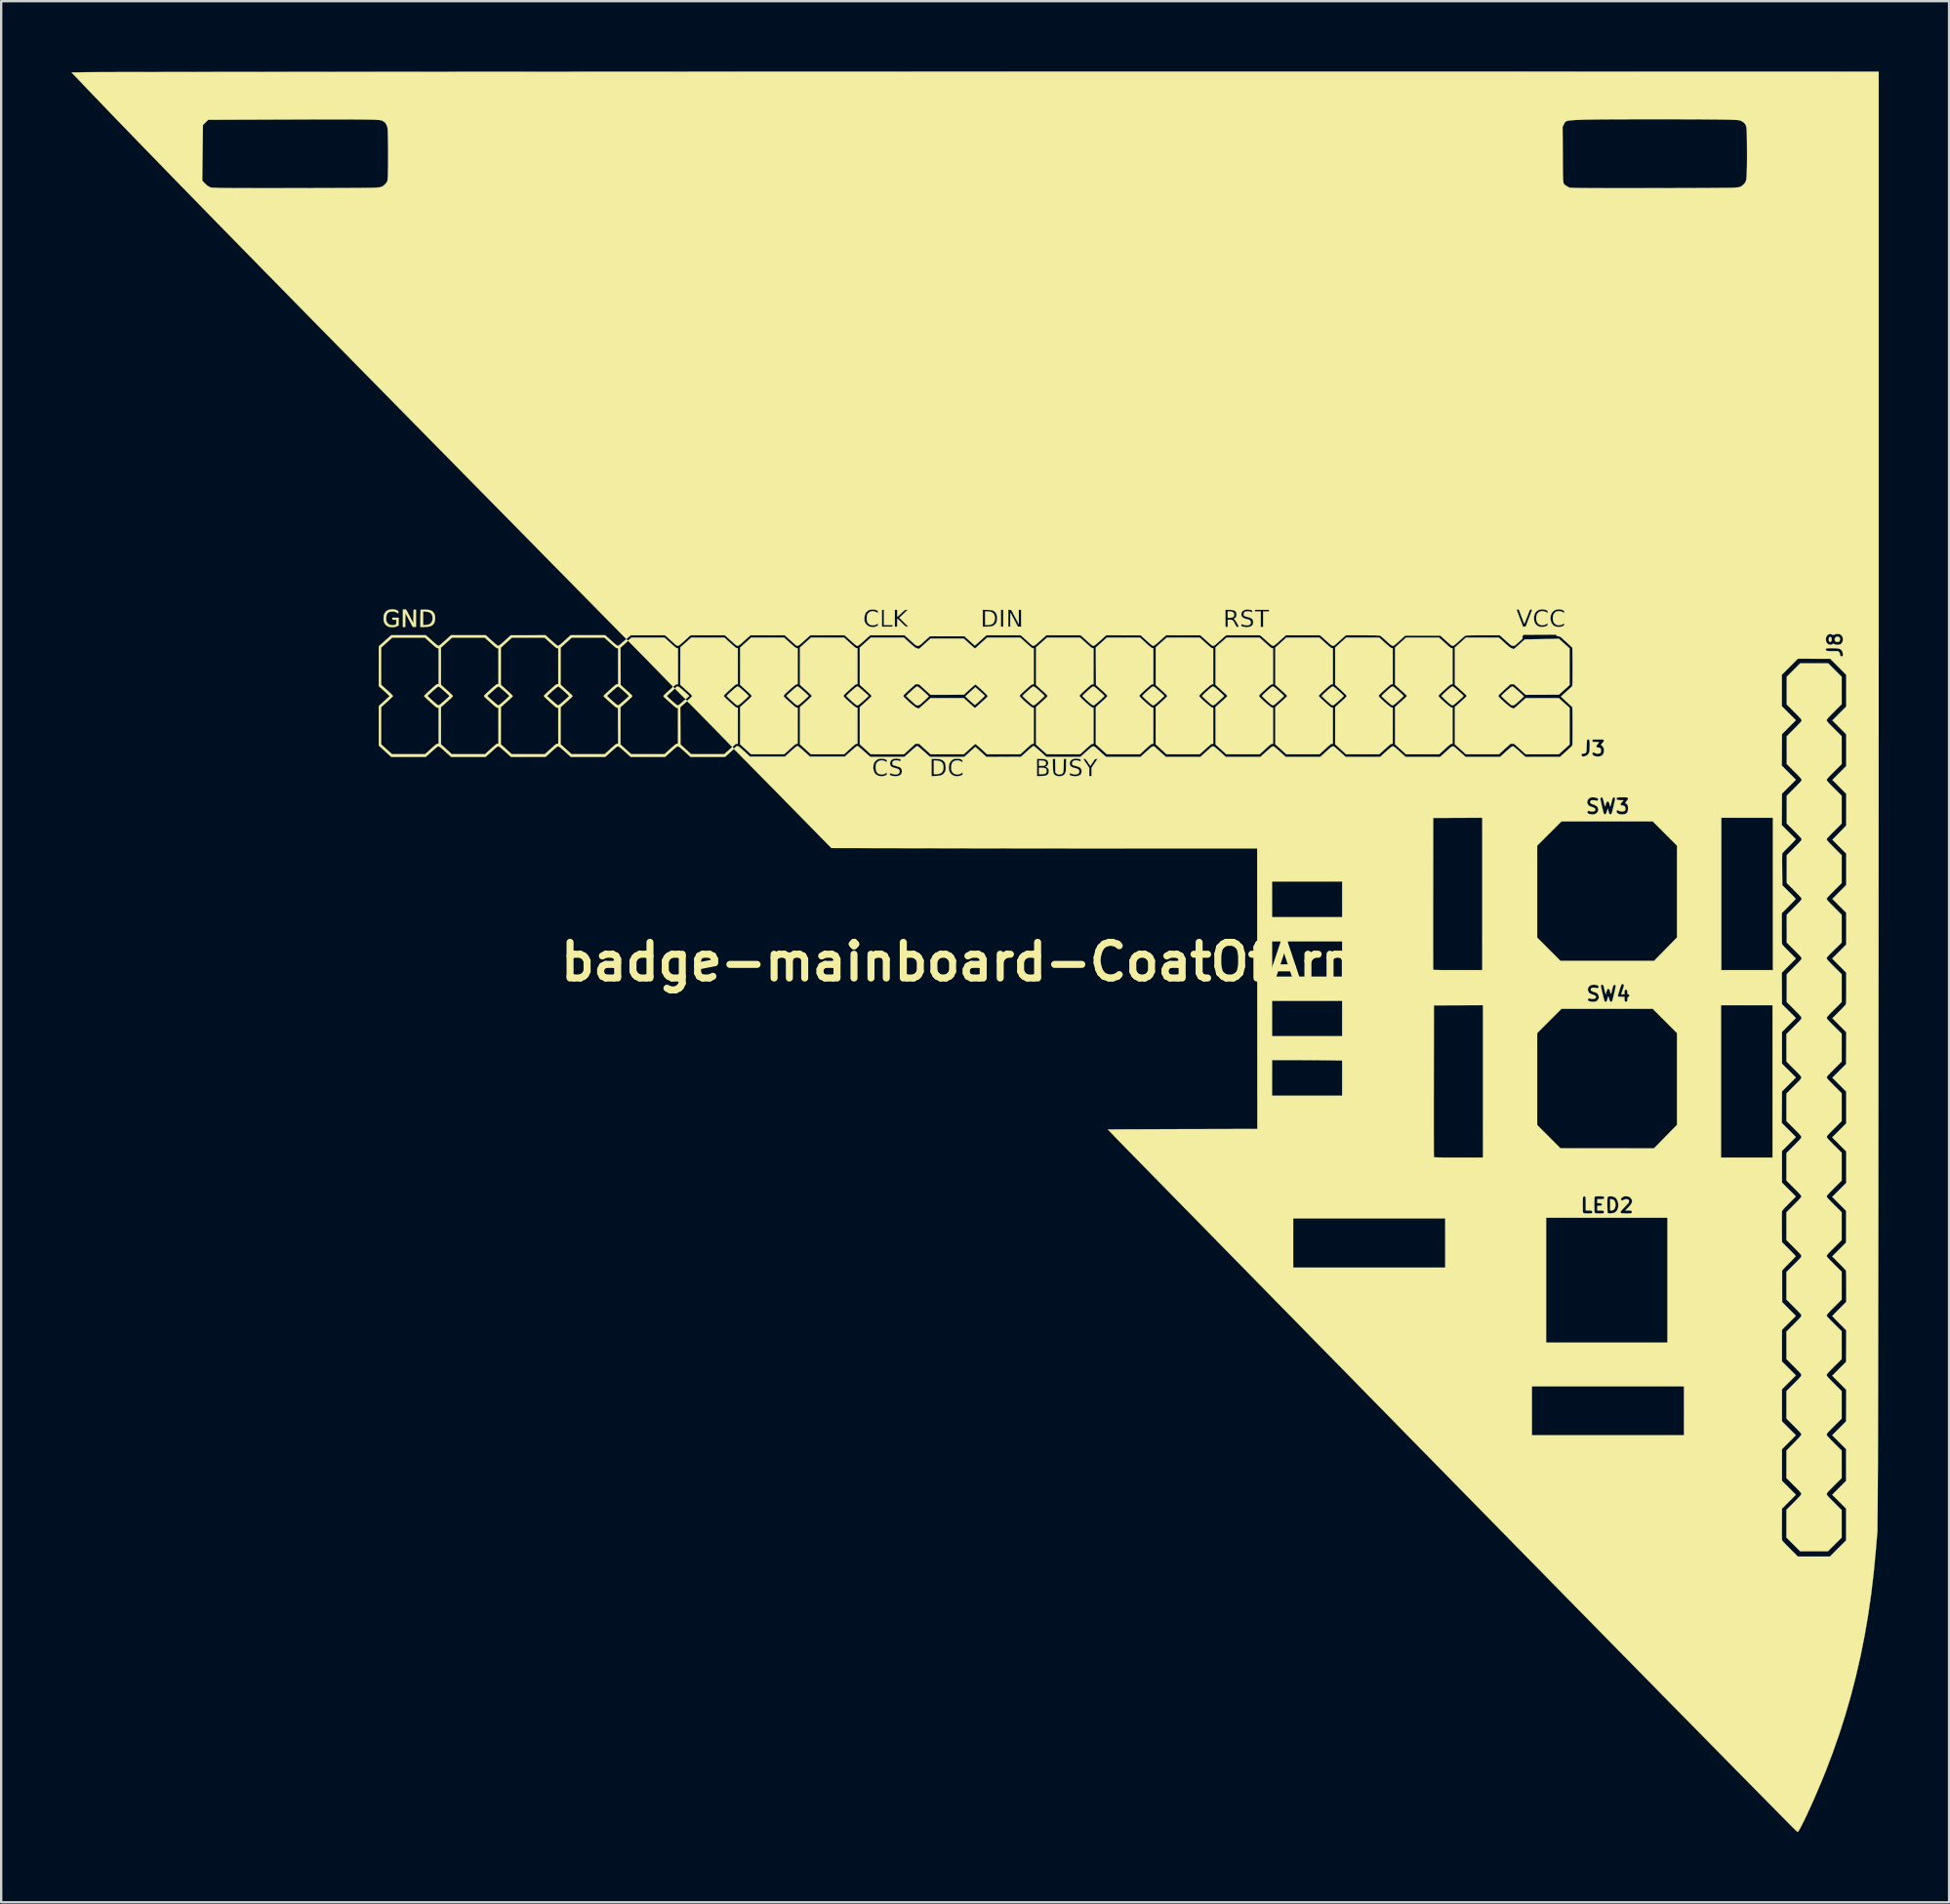
<source format=kicad_pcb>
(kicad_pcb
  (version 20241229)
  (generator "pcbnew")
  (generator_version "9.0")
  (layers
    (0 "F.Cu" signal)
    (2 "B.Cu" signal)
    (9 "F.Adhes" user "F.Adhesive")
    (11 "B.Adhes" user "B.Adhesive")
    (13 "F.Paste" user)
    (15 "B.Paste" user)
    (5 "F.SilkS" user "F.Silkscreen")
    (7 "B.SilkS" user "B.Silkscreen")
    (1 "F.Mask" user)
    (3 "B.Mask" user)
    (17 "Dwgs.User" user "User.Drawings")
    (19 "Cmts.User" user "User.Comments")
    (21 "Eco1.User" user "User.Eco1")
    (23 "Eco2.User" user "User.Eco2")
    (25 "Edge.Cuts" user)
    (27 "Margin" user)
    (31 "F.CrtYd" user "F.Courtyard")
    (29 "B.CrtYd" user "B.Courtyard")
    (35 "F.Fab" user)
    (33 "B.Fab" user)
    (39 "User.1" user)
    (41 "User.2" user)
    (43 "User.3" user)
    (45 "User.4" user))
  (footprint "badge-mainboard-CoatOfArms"
    (layer "F.Cu")
    (at 38.773 38.01)
    (property "Reference" "badge-mainboard-CoatOfArms" (at 0 0 0) (layer "F.SilkS") (effects (font (size 1.524 1.524) (thickness 0.3))))
    (attr through_hole)
    (fp_poly (pts (xy 2.645 -8.591) (xy 2.721 -8.584) (xy 2.772 -8.571) (xy 2.803 -8.55) (xy 2.819 -8.517) (xy 2.822 -8.479) (xy 2.817 -8.432) (xy 2.797 -8.399) (xy 2.761 -8.38) (xy 2.703 -8.37) (xy 2.643 -8.368) (xy 2.526 -8.368) (xy 2.526 -8.597) (xy 2.645 -8.591)) (stroke (width 0.01) (type solid)) (fill yes) (layer "F.SilkS"))
    (fp_poly (pts (xy -24.557 -15.042) (xy -24.49 -15.042) (xy -24.179 -14.453) (xy -24.172 -14.744) (xy -24.165 -15.035) (xy -24.067 -15.035) (xy -24.067 -14.302) (xy -24.205 -14.302) (xy -24.362 -14.597) (xy -24.518 -14.893) (xy -24.522 -14.594) (xy -24.526 -14.295) (xy -24.624 -14.295) (xy -24.624 -15.042) (xy -24.557 -15.042)) (stroke (width 0.01) (type solid)) (fill yes) (layer "F.SilkS"))
    (fp_poly (pts (xy 10.743 -14.951) (xy 10.802 -14.93) (xy 10.839 -14.893) (xy 10.851 -14.869) (xy 10.86 -14.805) (xy 10.843 -14.752) (xy 10.813 -14.718) (xy 10.784 -14.701) (xy 10.746 -14.693) (xy 10.689 -14.69) (xy 10.68 -14.69) (xy 10.583 -14.69) (xy 10.583 -14.958) (xy 10.661 -14.958) (xy 10.743 -14.951)) (stroke (width 0.01) (type solid)) (fill yes) (layer "F.SilkS"))
    (fp_poly (pts (xy 26.976 10.136) (xy 27.039 10.154) (xy 27.085 10.192) (xy 27.116 10.254) (xy 27.121 10.269) (xy 27.135 10.353) (xy 27.131 10.432) (xy 27.111 10.502) (xy 27.077 10.558) (xy 27.031 10.596) (xy 26.975 10.611) (xy 26.967 10.612) (xy 26.91 10.612) (xy 26.91 10.128) (xy 26.976 10.136)) (stroke (width 0.01) (type solid)) (fill yes) (layer "F.SilkS"))
    (fp_poly (pts (xy 36.336 -13.859) (xy 36.357 -13.823) (xy 36.364 -13.765) (xy 36.357 -13.707) (xy 36.335 -13.671) (xy 36.301 -13.66) (xy 36.267 -13.67) (xy 36.252 -13.687) (xy 36.242 -13.72) (xy 36.237 -13.762) (xy 36.237 -13.765) (xy 36.245 -13.824) (xy 36.266 -13.86) (xy 36.301 -13.871) (xy 36.336 -13.859)) (stroke (width 0.01) (type solid)) (fill yes) (layer "F.SilkS"))
    (fp_poly (pts (xy -1.844 -8.59) (xy -1.743 -8.577) (xy -1.666 -8.55) (xy -1.61 -8.507) (xy -1.574 -8.447) (xy -1.556 -8.366) (xy -1.552 -8.299) (xy -1.561 -8.203) (xy -1.589 -8.128) (xy -1.637 -8.073) (xy -1.704 -8.036) (xy -1.793 -8.018) (xy -1.852 -8.015) (xy -1.961 -8.015) (xy -1.961 -8.598) (xy -1.844 -8.59)) (stroke (width 0.01) (type solid)) (fill yes) (layer "F.SilkS"))
    (fp_poly (pts (xy 2.723 -8.28) (xy 2.783 -8.267) (xy 2.822 -8.244) (xy 2.843 -8.208) (xy 2.85 -8.157) (xy 2.85 -8.149) (xy 2.845 -8.096) (xy 2.825 -8.058) (xy 2.789 -8.033) (xy 2.732 -8.02) (xy 2.651 -8.015) (xy 2.639 -8.015) (xy 2.526 -8.015) (xy 2.526 -8.283) (xy 2.639 -8.283) (xy 2.723 -8.28)) (stroke (width 0.01) (type solid)) (fill yes) (layer "F.SilkS"))
    (fp_poly (pts (xy 0.321 -14.958) (xy 0.415 -14.952) (xy 0.489 -14.935) (xy 0.546 -14.905) (xy 0.573 -14.882) (xy 0.613 -14.823) (xy 0.638 -14.747) (xy 0.644 -14.66) (xy 0.636 -14.592) (xy 0.614 -14.515) (xy 0.579 -14.459) (xy 0.529 -14.419) (xy 0.46 -14.395) (xy 0.368 -14.383) (xy 0.35 -14.382) (xy 0.226 -14.376) (xy 0.226 -14.958) (xy 0.321 -14.958)) (stroke (width 0.01) (type solid)) (fill yes) (layer "F.SilkS"))
    (fp_poly (pts (xy 36.645 -13.878) (xy 36.665 -13.869) (xy 36.696 -13.848) (xy 36.711 -13.822) (xy 36.717 -13.78) (xy 36.717 -13.763) (xy 36.711 -13.71) (xy 36.688 -13.678) (xy 36.647 -13.662) (xy 36.604 -13.66) (xy 36.558 -13.662) (xy 36.53 -13.673) (xy 36.513 -13.691) (xy 36.492 -13.742) (xy 36.493 -13.791) (xy 36.513 -13.835) (xy 36.548 -13.867) (xy 36.594 -13.883) (xy 36.645 -13.878)) (stroke (width 0.01) (type solid)) (fill yes) (layer "F.SilkS"))
    (fp_poly (pts (xy -12.869 -11.748) (xy -12.83 -11.727) (xy -12.782 -11.69) (xy -12.719 -11.637) (xy -12.639 -11.567) (xy -12.624 -11.553) (xy -12.401 -11.352) (xy -12.475 -11.285) (xy -12.513 -11.252) (xy -12.543 -11.228) (xy -12.558 -11.218) (xy -12.558 -11.218) (xy -12.57 -11.228) (xy -12.599 -11.255) (xy -12.642 -11.296) (xy -12.696 -11.349) (xy -12.758 -11.41) (xy -12.791 -11.444) (xy -13.016 -11.669) (xy -12.976 -11.712) (xy -12.95 -11.737) (xy -12.925 -11.752) (xy -12.899 -11.756) (xy -12.869 -11.748)) (stroke (width 0.01) (type solid)) (fill yes) (layer "F.SilkS"))
    (fp_poly (pts (xy 0.008 -11.548) (xy 0.07 -11.492) (xy 0.126 -11.442) (xy 0.171 -11.401) (xy 0.202 -11.373) (xy 0.215 -11.361) (xy 0.215 -11.361) (xy 0.208 -11.35) (xy 0.183 -11.323) (xy 0.144 -11.285) (xy 0.096 -11.239) (xy 0.041 -11.187) (xy -0.016 -11.134) (xy -0.072 -11.083) (xy -0.124 -11.038) (xy -0.166 -11.001) (xy -0.196 -10.977) (xy -0.209 -10.968) (xy -0.222 -10.976) (xy -0.253 -11.001) (xy -0.297 -11.038) (xy -0.352 -11.086) (xy -0.414 -11.142) (xy -0.416 -11.144) (xy -0.478 -11.2) (xy -0.532 -11.25) (xy -0.575 -11.291) (xy -0.603 -11.319) (xy -0.614 -11.332) (xy -0.614 -11.332) (xy -0.604 -11.344) (xy -0.576 -11.372) (xy -0.534 -11.411) (xy -0.482 -11.46) (xy -0.437 -11.501) (xy -0.376 -11.556) (xy -0.319 -11.607) (xy -0.272 -11.65) (xy -0.238 -11.681) (xy -0.225 -11.693) (xy -0.19 -11.726) (xy 0.008 -11.548)) (stroke (width 0.01) (type solid)) (fill yes) (layer "F.SilkS"))
    (fp_poly (pts (xy -23.7 -15.035) (xy -23.592 -15.031) (xy -23.507 -15.021) (xy -23.44 -15.003) (xy -23.386 -14.976) (xy -23.341 -14.937) (xy -23.335 -14.931) (xy -23.291 -14.87) (xy -23.264 -14.801) (xy -23.251 -14.718) (xy -23.249 -14.668) (xy -23.259 -14.559) (xy -23.29 -14.47) (xy -23.341 -14.399) (xy -23.344 -14.397) (xy -23.386 -14.362) (xy -23.436 -14.336) (xy -23.497 -14.318) (xy -23.575 -14.306) (xy -23.674 -14.299) (xy -23.696 -14.298) (xy -23.876 -14.291) (xy -23.876 -14.375) (xy -23.763 -14.375) (xy -23.651 -14.383) (xy -23.581 -14.391) (xy -23.52 -14.404) (xy -23.485 -14.417) (xy -23.425 -14.461) (xy -23.383 -14.525) (xy -23.36 -14.606) (xy -23.358 -14.701) (xy -23.361 -14.733) (xy -23.381 -14.81) (xy -23.417 -14.869) (xy -23.472 -14.911) (xy -23.549 -14.939) (xy -23.648 -14.953) (xy -23.763 -14.962) (xy -23.763 -14.375) (xy -23.876 -14.375) (xy -23.873 -14.663) (xy -23.869 -15.035) (xy -23.7 -15.035)) (stroke (width 0.01) (type solid)) (fill yes) (layer "F.SilkS"))
    (fp_poly (pts (xy -5.207 -11.751) (xy -5.183 -11.739) (xy -5.15 -11.716) (xy -5.106 -11.681) (xy -5.047 -11.63) (xy -4.971 -11.562) (xy -4.962 -11.554) (xy -4.74 -11.354) (xy -4.772 -11.323) (xy -4.793 -11.303) (xy -4.831 -11.268) (xy -4.882 -11.222) (xy -4.941 -11.169) (xy -4.995 -11.121) (xy -5.067 -11.058) (xy -5.121 -11.012) (xy -5.161 -10.98) (xy -5.191 -10.962) (xy -5.213 -10.953) (xy -5.228 -10.951) (xy -5.247 -10.955) (xy -5.271 -10.967) (xy -5.304 -10.989) (xy -5.347 -11.025) (xy -5.406 -11.075) (xy -5.481 -11.143) (xy -5.482 -11.144) (xy -5.546 -11.203) (xy -5.603 -11.256) (xy -5.649 -11.301) (xy -5.681 -11.333) (xy -5.696 -11.35) (xy -5.696 -11.352) (xy -5.687 -11.365) (xy -5.66 -11.394) (xy -5.617 -11.436) (xy -5.563 -11.487) (xy -5.5 -11.545) (xy -5.483 -11.561) (xy -5.406 -11.629) (xy -5.346 -11.68) (xy -5.301 -11.716) (xy -5.268 -11.739) (xy -5.243 -11.751) (xy -5.225 -11.755) (xy -5.207 -11.751)) (stroke (width 0.01) (type solid)) (fill yes) (layer "F.SilkS"))
    (fp_poly (pts (xy -7.761 -11.75) (xy -7.735 -11.736) (xy -7.699 -11.711) (xy -7.651 -11.671) (xy -7.587 -11.616) (xy -7.524 -11.56) (xy -7.459 -11.501) (xy -7.402 -11.448) (xy -7.355 -11.405) (xy -7.322 -11.373) (xy -7.307 -11.356) (xy -7.306 -11.354) (xy -7.315 -11.342) (xy -7.342 -11.313) (xy -7.384 -11.272) (xy -7.439 -11.222) (xy -7.502 -11.164) (xy -7.521 -11.146) (xy -7.598 -11.079) (xy -7.657 -11.028) (xy -7.701 -10.992) (xy -7.734 -10.969) (xy -7.759 -10.956) (xy -7.778 -10.951) (xy -7.782 -10.951) (xy -7.801 -10.955) (xy -7.825 -10.967) (xy -7.857 -10.989) (xy -7.901 -11.024) (xy -7.959 -11.074) (xy -8.035 -11.142) (xy -8.041 -11.147) (xy -8.106 -11.206) (xy -8.162 -11.26) (xy -8.208 -11.304) (xy -8.239 -11.336) (xy -8.253 -11.353) (xy -8.254 -11.355) (xy -8.242 -11.367) (xy -8.213 -11.396) (xy -8.17 -11.437) (xy -8.115 -11.488) (xy -8.051 -11.546) (xy -8.035 -11.561) (xy -7.958 -11.629) (xy -7.898 -11.681) (xy -7.853 -11.717) (xy -7.82 -11.74) (xy -7.796 -11.751) (xy -7.78 -11.754) (xy -7.761 -11.75)) (stroke (width 0.01) (type solid)) (fill yes) (layer "F.SilkS"))
    (fp_poly (pts (xy -10.322 -11.751) (xy -10.303 -11.745) (xy -10.279 -11.732) (xy -10.247 -11.708) (xy -10.203 -11.672) (xy -10.146 -11.621) (xy -10.079 -11.561) (xy -10.015 -11.502) (xy -9.958 -11.448) (xy -9.912 -11.404) (xy -9.88 -11.371) (xy -9.865 -11.354) (xy -9.864 -11.352) (xy -9.874 -11.339) (xy -9.901 -11.31) (xy -9.944 -11.268) (xy -9.998 -11.217) (xy -10.062 -11.159) (xy -10.078 -11.144) (xy -10.154 -11.077) (xy -10.212 -11.026) (xy -10.256 -10.991) (xy -10.288 -10.968) (xy -10.312 -10.956) (xy -10.331 -10.951) (xy -10.336 -10.951) (xy -10.355 -10.955) (xy -10.379 -10.966) (xy -10.411 -10.989) (xy -10.455 -11.024) (xy -10.512 -11.074) (xy -10.587 -11.141) (xy -10.59 -11.144) (xy -10.655 -11.203) (xy -10.711 -11.256) (xy -10.757 -11.301) (xy -10.789 -11.333) (xy -10.804 -11.35) (xy -10.805 -11.352) (xy -10.796 -11.365) (xy -10.768 -11.394) (xy -10.726 -11.436) (xy -10.672 -11.487) (xy -10.609 -11.545) (xy -10.595 -11.557) (xy -10.518 -11.626) (xy -10.457 -11.678) (xy -10.412 -11.714) (xy -10.378 -11.737) (xy -10.352 -11.749) (xy -10.339 -11.752) (xy -10.322 -11.751)) (stroke (width 0.01) (type solid)) (fill yes) (layer "F.SilkS"))
    (fp_poly (pts (xy 15.078 -11.751) (xy 15.097 -11.745) (xy 15.121 -11.732) (xy 15.153 -11.708) (xy 15.197 -11.672) (xy 15.254 -11.621) (xy 15.321 -11.561) (xy 15.385 -11.502) (xy 15.442 -11.449) (xy 15.489 -11.404) (xy 15.521 -11.372) (xy 15.537 -11.355) (xy 15.538 -11.354) (xy 15.528 -11.341) (xy 15.501 -11.313) (xy 15.459 -11.271) (xy 15.404 -11.22) (xy 15.341 -11.162) (xy 15.323 -11.146) (xy 15.247 -11.078) (xy 15.188 -11.027) (xy 15.144 -10.991) (xy 15.111 -10.968) (xy 15.087 -10.955) (xy 15.068 -10.951) (xy 15.064 -10.951) (xy 15.045 -10.954) (xy 15.021 -10.966) (xy 14.989 -10.988) (xy 14.946 -11.023) (xy 14.888 -11.073) (xy 14.814 -11.14) (xy 14.81 -11.144) (xy 14.745 -11.203) (xy 14.689 -11.256) (xy 14.643 -11.3) (xy 14.611 -11.333) (xy 14.596 -11.35) (xy 14.595 -11.351) (xy 14.604 -11.365) (xy 14.632 -11.394) (xy 14.674 -11.436) (xy 14.728 -11.487) (xy 14.791 -11.545) (xy 14.805 -11.557) (xy 14.882 -11.626) (xy 14.943 -11.678) (xy 14.988 -11.714) (xy 15.022 -11.737) (xy 15.048 -11.749) (xy 15.061 -11.752) (xy 15.078 -11.751)) (stroke (width 0.01) (type solid)) (fill yes) (layer "F.SilkS"))
    (fp_poly (pts (xy 20.194 -11.751) (xy 20.22 -11.737) (xy 20.255 -11.712) (xy 20.303 -11.673) (xy 20.366 -11.618) (xy 20.412 -11.577) (xy 20.476 -11.52) (xy 20.534 -11.467) (xy 20.582 -11.423) (xy 20.617 -11.391) (xy 20.635 -11.375) (xy 20.642 -11.366) (xy 20.644 -11.356) (xy 20.638 -11.342) (xy 20.622 -11.321) (xy 20.593 -11.292) (xy 20.549 -11.251) (xy 20.487 -11.195) (xy 20.437 -11.15) (xy 20.36 -11.082) (xy 20.3 -11.03) (xy 20.255 -10.994) (xy 20.222 -10.97) (xy 20.197 -10.956) (xy 20.178 -10.951) (xy 20.172 -10.951) (xy 20.153 -10.955) (xy 20.129 -10.967) (xy 20.097 -10.989) (xy 20.053 -11.025) (xy 19.995 -11.075) (xy 19.919 -11.143) (xy 19.918 -11.144) (xy 19.854 -11.204) (xy 19.797 -11.257) (xy 19.752 -11.301) (xy 19.721 -11.334) (xy 19.707 -11.351) (xy 19.706 -11.352) (xy 19.716 -11.366) (xy 19.744 -11.395) (xy 19.787 -11.437) (xy 19.842 -11.489) (xy 19.905 -11.547) (xy 19.92 -11.561) (xy 19.997 -11.63) (xy 20.056 -11.681) (xy 20.101 -11.717) (xy 20.134 -11.74) (xy 20.158 -11.752) (xy 20.174 -11.755) (xy 20.194 -11.751)) (stroke (width 0.01) (type solid)) (fill yes) (layer "F.SilkS"))
    (fp_poly (pts (xy 2.311 -11.75) (xy 2.335 -11.739) (xy 2.366 -11.718) (xy 2.409 -11.684) (xy 2.466 -11.635) (xy 2.539 -11.57) (xy 2.552 -11.558) (xy 2.617 -11.499) (xy 2.674 -11.446) (xy 2.72 -11.402) (xy 2.752 -11.37) (xy 2.766 -11.352) (xy 2.767 -11.351) (xy 2.756 -11.338) (xy 2.728 -11.309) (xy 2.684 -11.268) (xy 2.629 -11.217) (xy 2.566 -11.159) (xy 2.55 -11.145) (xy 2.474 -11.077) (xy 2.416 -11.026) (xy 2.371 -10.991) (xy 2.339 -10.968) (xy 2.314 -10.955) (xy 2.295 -10.951) (xy 2.293 -10.951) (xy 2.275 -10.954) (xy 2.251 -10.966) (xy 2.22 -10.987) (xy 2.177 -11.021) (xy 2.121 -11.069) (xy 2.047 -11.135) (xy 2.036 -11.145) (xy 1.971 -11.204) (xy 1.914 -11.257) (xy 1.869 -11.301) (xy 1.837 -11.333) (xy 1.823 -11.351) (xy 1.822 -11.352) (xy 1.832 -11.366) (xy 1.86 -11.395) (xy 1.903 -11.437) (xy 1.958 -11.488) (xy 2.021 -11.546) (xy 2.037 -11.56) (xy 2.112 -11.628) (xy 2.171 -11.679) (xy 2.215 -11.714) (xy 2.247 -11.737) (xy 2.272 -11.749) (xy 2.29 -11.754) (xy 2.293 -11.754) (xy 2.311 -11.75)) (stroke (width 0.01) (type solid)) (fill yes) (layer "F.SilkS"))
    (fp_poly (pts (xy 4.865 -11.751) (xy 4.889 -11.74) (xy 4.92 -11.719) (xy 4.961 -11.686) (xy 5.017 -11.639) (xy 5.09 -11.574) (xy 5.105 -11.56) (xy 5.17 -11.501) (xy 5.227 -11.448) (xy 5.273 -11.404) (xy 5.305 -11.371) (xy 5.32 -11.354) (xy 5.321 -11.352) (xy 5.311 -11.339) (xy 5.283 -11.31) (xy 5.24 -11.269) (xy 5.185 -11.217) (xy 5.122 -11.159) (xy 5.105 -11.145) (xy 5.029 -11.077) (xy 4.971 -11.026) (xy 4.926 -10.991) (xy 4.894 -10.968) (xy 4.869 -10.955) (xy 4.851 -10.951) (xy 4.847 -10.951) (xy 4.829 -10.955) (xy 4.805 -10.966) (xy 4.773 -10.988) (xy 4.729 -11.023) (xy 4.672 -11.073) (xy 4.597 -11.139) (xy 4.591 -11.145) (xy 4.527 -11.204) (xy 4.47 -11.257) (xy 4.425 -11.301) (xy 4.393 -11.334) (xy 4.379 -11.351) (xy 4.379 -11.352) (xy 4.389 -11.366) (xy 4.417 -11.395) (xy 4.46 -11.437) (xy 4.515 -11.488) (xy 4.577 -11.546) (xy 4.592 -11.56) (xy 4.668 -11.628) (xy 4.726 -11.679) (xy 4.77 -11.714) (xy 4.803 -11.737) (xy 4.827 -11.75) (xy 4.846 -11.754) (xy 4.847 -11.754) (xy 4.865 -11.751)) (stroke (width 0.01) (type solid)) (fill yes) (layer "F.SilkS"))
    (fp_poly (pts (xy 7.42 -11.75) (xy 7.443 -11.739) (xy 7.475 -11.717) (xy 7.518 -11.683) (xy 7.575 -11.634) (xy 7.649 -11.568) (xy 7.66 -11.558) (xy 7.725 -11.499) (xy 7.782 -11.446) (xy 7.828 -11.402) (xy 7.86 -11.37) (xy 7.875 -11.352) (xy 7.875 -11.351) (xy 7.864 -11.338) (xy 7.836 -11.309) (xy 7.793 -11.268) (xy 7.738 -11.217) (xy 7.674 -11.159) (xy 7.658 -11.145) (xy 7.582 -11.077) (xy 7.524 -11.026) (xy 7.479 -10.991) (xy 7.447 -10.968) (xy 7.422 -10.955) (xy 7.403 -10.951) (xy 7.401 -10.951) (xy 7.383 -10.954) (xy 7.36 -10.965) (xy 7.329 -10.986) (xy 7.286 -11.02) (xy 7.231 -11.068) (xy 7.158 -11.134) (xy 7.147 -11.143) (xy 7.083 -11.202) (xy 7.027 -11.255) (xy 6.981 -11.3) (xy 6.95 -11.333) (xy 6.936 -11.35) (xy 6.936 -11.352) (xy 6.946 -11.366) (xy 6.973 -11.395) (xy 7.016 -11.438) (xy 7.07 -11.49) (xy 7.133 -11.548) (xy 7.147 -11.561) (xy 7.222 -11.629) (xy 7.28 -11.679) (xy 7.323 -11.715) (xy 7.356 -11.737) (xy 7.38 -11.75) (xy 7.398 -11.754) (xy 7.401 -11.754) (xy 7.42 -11.75)) (stroke (width 0.01) (type solid)) (fill yes) (layer "F.SilkS"))
    (fp_poly (pts (xy 9.973 -11.751) (xy 9.996 -11.74) (xy 10.027 -11.72) (xy 10.068 -11.687) (xy 10.123 -11.64) (xy 10.195 -11.576) (xy 10.214 -11.558) (xy 10.279 -11.499) (xy 10.336 -11.446) (xy 10.382 -11.402) (xy 10.414 -11.369) (xy 10.429 -11.352) (xy 10.43 -11.35) (xy 10.42 -11.338) (xy 10.391 -11.309) (xy 10.348 -11.268) (xy 10.293 -11.217) (xy 10.23 -11.16) (xy 10.213 -11.145) (xy 10.137 -11.077) (xy 10.079 -11.026) (xy 10.035 -10.991) (xy 10.002 -10.968) (xy 9.978 -10.955) (xy 9.959 -10.951) (xy 9.955 -10.951) (xy 9.937 -10.955) (xy 9.913 -10.966) (xy 9.881 -10.988) (xy 9.838 -11.023) (xy 9.78 -11.073) (xy 9.705 -11.139) (xy 9.699 -11.145) (xy 9.635 -11.204) (xy 9.578 -11.257) (xy 9.532 -11.301) (xy 9.501 -11.334) (xy 9.486 -11.351) (xy 9.486 -11.352) (xy 9.496 -11.366) (xy 9.524 -11.395) (xy 9.566 -11.436) (xy 9.621 -11.488) (xy 9.684 -11.546) (xy 9.699 -11.56) (xy 9.775 -11.628) (xy 9.834 -11.679) (xy 9.878 -11.714) (xy 9.911 -11.737) (xy 9.935 -11.75) (xy 9.954 -11.754) (xy 9.955 -11.754) (xy 9.973 -11.751)) (stroke (width 0.01) (type solid)) (fill yes) (layer "F.SilkS"))
    (fp_poly (pts (xy 12.527 -11.751) (xy 12.55 -11.741) (xy 12.58 -11.721) (xy 12.621 -11.688) (xy 12.676 -11.642) (xy 12.747 -11.579) (xy 12.771 -11.557) (xy 12.836 -11.498) (xy 12.893 -11.445) (xy 12.939 -11.401) (xy 12.971 -11.368) (xy 12.986 -11.351) (xy 12.986 -11.349) (xy 12.975 -11.337) (xy 12.946 -11.309) (xy 12.903 -11.268) (xy 12.847 -11.217) (xy 12.784 -11.159) (xy 12.767 -11.145) (xy 12.691 -11.077) (xy 12.633 -11.026) (xy 12.589 -10.991) (xy 12.556 -10.968) (xy 12.532 -10.955) (xy 12.513 -10.951) (xy 12.509 -10.951) (xy 12.491 -10.955) (xy 12.467 -10.966) (xy 12.435 -10.988) (xy 12.392 -11.023) (xy 12.334 -11.073) (xy 12.26 -11.139) (xy 12.253 -11.145) (xy 12.189 -11.204) (xy 12.132 -11.257) (xy 12.087 -11.301) (xy 12.055 -11.334) (xy 12.041 -11.351) (xy 12.041 -11.352) (xy 12.051 -11.366) (xy 12.079 -11.395) (xy 12.122 -11.437) (xy 12.177 -11.488) (xy 12.24 -11.546) (xy 12.255 -11.56) (xy 12.33 -11.628) (xy 12.389 -11.679) (xy 12.433 -11.715) (xy 12.465 -11.738) (xy 12.49 -11.75) (xy 12.509 -11.754) (xy 12.509 -11.754) (xy 12.527 -11.751)) (stroke (width 0.01) (type solid)) (fill yes) (layer "F.SilkS"))
    (fp_poly (pts (xy 17.636 -11.751) (xy 17.659 -11.74) (xy 17.69 -11.72) (xy 17.731 -11.687) (xy 17.786 -11.639) (xy 17.859 -11.575) (xy 17.875 -11.56) (xy 17.94 -11.501) (xy 17.997 -11.448) (xy 18.043 -11.404) (xy 18.075 -11.371) (xy 18.09 -11.354) (xy 18.09 -11.352) (xy 18.081 -11.339) (xy 18.053 -11.31) (xy 18.01 -11.269) (xy 17.955 -11.217) (xy 17.892 -11.16) (xy 17.876 -11.145) (xy 17.8 -11.077) (xy 17.741 -11.026) (xy 17.697 -10.991) (xy 17.664 -10.968) (xy 17.64 -10.955) (xy 17.621 -10.951) (xy 17.618 -10.951) (xy 17.599 -10.955) (xy 17.575 -10.966) (xy 17.543 -10.988) (xy 17.5 -11.023) (xy 17.442 -11.073) (xy 17.368 -11.139) (xy 17.362 -11.145) (xy 17.297 -11.204) (xy 17.24 -11.257) (xy 17.194 -11.3) (xy 17.162 -11.332) (xy 17.146 -11.348) (xy 17.146 -11.35) (xy 17.155 -11.362) (xy 17.182 -11.39) (xy 17.225 -11.432) (xy 17.279 -11.483) (xy 17.341 -11.541) (xy 17.359 -11.557) (xy 17.436 -11.626) (xy 17.495 -11.677) (xy 17.539 -11.713) (xy 17.572 -11.737) (xy 17.596 -11.749) (xy 17.615 -11.754) (xy 17.618 -11.754) (xy 17.636 -11.751)) (stroke (width 0.01) (type solid)) (fill yes) (layer "F.SilkS"))
    (fp_poly (pts (xy 22.747 -11.75) (xy 22.772 -11.737) (xy 22.808 -11.711) (xy 22.855 -11.673) (xy 22.918 -11.618) (xy 22.994 -11.55) (xy 23.06 -11.49) (xy 23.119 -11.435) (xy 23.167 -11.389) (xy 23.201 -11.355) (xy 23.218 -11.336) (xy 23.22 -11.333) (xy 23.21 -11.319) (xy 23.182 -11.291) (xy 23.139 -11.249) (xy 23.085 -11.198) (xy 23.023 -11.141) (xy 23.015 -11.135) (xy 22.945 -11.071) (xy 22.891 -11.024) (xy 22.852 -10.991) (xy 22.822 -10.97) (xy 22.799 -10.958) (xy 22.779 -10.952) (xy 22.758 -10.951) (xy 22.747 -10.951) (xy 22.725 -10.952) (xy 22.705 -10.956) (xy 22.683 -10.965) (xy 22.656 -10.983) (xy 22.621 -11.011) (xy 22.575 -11.051) (xy 22.512 -11.107) (xy 22.472 -11.144) (xy 22.408 -11.203) (xy 22.351 -11.256) (xy 22.305 -11.301) (xy 22.273 -11.333) (xy 22.258 -11.35) (xy 22.258 -11.352) (xy 22.267 -11.365) (xy 22.294 -11.394) (xy 22.337 -11.436) (xy 22.391 -11.487) (xy 22.455 -11.545) (xy 22.472 -11.561) (xy 22.55 -11.629) (xy 22.61 -11.681) (xy 22.656 -11.717) (xy 22.689 -11.74) (xy 22.713 -11.752) (xy 22.729 -11.754) (xy 22.747 -11.75)) (stroke (width 0.01) (type solid)) (fill yes) (layer "F.SilkS"))
    (fp_poly (pts (xy -2.654 -11.751) (xy -2.629 -11.738) (xy -2.595 -11.714) (xy -2.549 -11.677) (xy -2.488 -11.625) (xy -2.41 -11.555) (xy -2.406 -11.551) (xy -2.339 -11.49) (xy -2.281 -11.436) (xy -2.233 -11.39) (xy -2.199 -11.356) (xy -2.182 -11.336) (xy -2.18 -11.333) (xy -2.19 -11.32) (xy -2.218 -11.291) (xy -2.261 -11.249) (xy -2.315 -11.198) (xy -2.377 -11.141) (xy -2.384 -11.135) (xy -2.454 -11.071) (xy -2.507 -11.024) (xy -2.546 -10.991) (xy -2.576 -10.97) (xy -2.599 -10.958) (xy -2.619 -10.952) (xy -2.64 -10.951) (xy -2.652 -10.951) (xy -2.674 -10.952) (xy -2.695 -10.956) (xy -2.716 -10.965) (xy -2.743 -10.982) (xy -2.777 -11.01) (xy -2.824 -11.05) (xy -2.885 -11.106) (xy -2.928 -11.144) (xy -2.992 -11.203) (xy -3.049 -11.256) (xy -3.095 -11.299) (xy -3.128 -11.33) (xy -3.143 -11.345) (xy -3.144 -11.346) (xy -3.135 -11.358) (xy -3.108 -11.386) (xy -3.067 -11.427) (xy -3.013 -11.478) (xy -2.951 -11.536) (xy -2.93 -11.555) (xy -2.853 -11.625) (xy -2.793 -11.678) (xy -2.748 -11.715) (xy -2.714 -11.738) (xy -2.69 -11.751) (xy -2.672 -11.755) (xy -2.654 -11.751)) (stroke (width 0.01) (type solid)) (fill yes) (layer "F.SilkS"))
    (fp_poly (pts (xy -24.995 -15.043) (xy -24.929 -15.028) (xy -24.896 -15.015) (xy -24.854 -14.995) (xy -24.831 -14.979) (xy -24.823 -14.958) (xy -24.821 -14.929) (xy -24.821 -14.875) (xy -24.903 -14.917) (xy -24.948 -14.94) (xy -24.985 -14.952) (xy -25.026 -14.957) (xy -25.081 -14.956) (xy -25.092 -14.955) (xy -25.17 -14.947) (xy -25.226 -14.929) (xy -25.269 -14.897) (xy -25.306 -14.848) (xy -25.307 -14.846) (xy -25.325 -14.796) (xy -25.337 -14.73) (xy -25.341 -14.656) (xy -25.337 -14.586) (xy -25.33 -14.549) (xy -25.297 -14.477) (xy -25.243 -14.421) (xy -25.173 -14.385) (xy -25.09 -14.369) (xy -25.027 -14.372) (xy -24.969 -14.381) (xy -24.933 -14.395) (xy -24.914 -14.418) (xy -24.907 -14.459) (xy -24.906 -14.507) (xy -24.906 -14.605) (xy -24.991 -14.605) (xy -25.038 -14.606) (xy -25.063 -14.609) (xy -25.073 -14.62) (xy -25.075 -14.64) (xy -25.075 -14.647) (xy -25.075 -14.69) (xy -24.806 -14.69) (xy -24.81 -14.524) (xy -24.814 -14.358) (xy -24.88 -14.325) (xy -24.962 -14.297) (xy -25.057 -14.285) (xy -25.151 -14.289) (xy -25.228 -14.306) (xy -25.311 -14.348) (xy -25.375 -14.408) (xy -25.418 -14.477) (xy -25.434 -14.516) (xy -25.444 -14.558) (xy -25.448 -14.61) (xy -25.449 -14.668) (xy -25.447 -14.734) (xy -25.443 -14.782) (xy -25.432 -14.82) (xy -25.415 -14.859) (xy -25.41 -14.869) (xy -25.358 -14.946) (xy -25.291 -15.001) (xy -25.207 -15.034) (xy -25.105 -15.048) (xy -25.075 -15.048) (xy -24.995 -15.043)) (stroke (width 0.01) (type solid)) (fill yes) (layer "F.SilkS"))
    (fp_poly (pts (xy -8.104 -13.617) (xy -8.02 -13.542) (xy -7.954 -13.485) (xy -7.903 -13.443) (xy -7.865 -13.414) (xy -7.838 -13.398) (xy -7.819 -13.392) (xy -7.814 -13.391) (xy -7.775 -13.391) (xy -7.775 -11.855) (xy -7.818 -11.851) (xy -7.842 -11.84) (xy -7.882 -11.813) (xy -7.935 -11.773) (xy -7.996 -11.724) (xy -8.062 -11.667) (xy -8.13 -11.607) (xy -8.197 -11.547) (xy -8.257 -11.489) (xy -8.309 -11.437) (xy -8.349 -11.394) (xy -8.373 -11.363) (xy -8.378 -11.35) (xy -8.366 -11.329) (xy -8.332 -11.292) (xy -8.278 -11.237) (xy -8.204 -11.167) (xy -8.114 -11.086) (xy -8.027 -11.009) (xy -7.959 -10.95) (xy -7.906 -10.906) (xy -7.867 -10.877) (xy -7.839 -10.859) (xy -7.819 -10.852) (xy -7.814 -10.852) (xy -7.775 -10.851) (xy -7.775 -9.313) (xy -7.814 -9.313) (xy -7.832 -9.309) (xy -7.857 -9.295) (xy -7.892 -9.27) (xy -7.939 -9.231) (xy -8.002 -9.177) (xy -8.082 -9.106) (xy -8.102 -9.087) (xy -8.352 -8.862) (xy -9.765 -8.862) (xy -9.998 -9.075) (xy -10.231 -9.287) (xy -10.231 -10.878) (xy -9.984 -11.1) (xy -9.893 -11.183) (xy -9.824 -11.248) (xy -9.775 -11.298) (xy -9.746 -11.332) (xy -9.737 -11.351) (xy -9.737 -11.351) (xy -9.747 -11.372) (xy -9.778 -11.408) (xy -9.83 -11.461) (xy -9.903 -11.53) (xy -9.984 -11.604) (xy -10.231 -11.827) (xy -10.231 -13.417) (xy -9.995 -13.63) (xy -9.76 -13.843) (xy -8.355 -13.843) (xy -8.104 -13.617)) (stroke (width 0.01) (type solid)) (fill yes) (layer "F.SilkS"))
    (fp_poly (pts (xy 6.13 -13.842) (xy 6.837 -13.842) (xy 7.084 -13.617) (xy 7.167 -13.541) (xy 7.233 -13.484) (xy 7.284 -13.442) (xy 7.321 -13.414) (xy 7.348 -13.398) (xy 7.367 -13.392) (xy 7.37 -13.392) (xy 7.408 -13.391) (xy 7.408 -11.853) (xy 7.367 -11.853) (xy 7.35 -11.85) (xy 7.328 -11.84) (xy 7.298 -11.819) (xy 7.257 -11.787) (xy 7.204 -11.741) (xy 7.134 -11.68) (xy 7.067 -11.619) (xy 6.978 -11.537) (xy 6.909 -11.472) (xy 6.859 -11.422) (xy 6.827 -11.386) (xy 6.811 -11.362) (xy 6.809 -11.354) (xy 6.819 -11.333) (xy 6.848 -11.299) (xy 6.892 -11.252) (xy 6.947 -11.198) (xy 7.01 -11.139) (xy 7.077 -11.078) (xy 7.145 -11.018) (xy 7.21 -10.963) (xy 7.269 -10.916) (xy 7.318 -10.879) (xy 7.354 -10.857) (xy 7.369 -10.851) (xy 7.408 -10.851) (xy 7.408 -9.313) (xy 7.368 -9.313) (xy 7.351 -9.31) (xy 7.327 -9.298) (xy 7.295 -9.275) (xy 7.252 -9.24) (xy 7.194 -9.19) (xy 7.12 -9.124) (xy 7.08 -9.088) (xy 6.832 -8.862) (xy 5.421 -8.862) (xy 4.953 -9.287) (xy 4.953 -10.879) (xy 5.2 -11.102) (xy 5.283 -11.176) (xy 5.346 -11.235) (xy 5.391 -11.28) (xy 5.422 -11.313) (xy 5.438 -11.336) (xy 5.444 -11.352) (xy 5.444 -11.355) (xy 5.432 -11.375) (xy 5.4 -11.411) (xy 5.35 -11.462) (xy 5.283 -11.526) (xy 5.201 -11.601) (xy 5.2 -11.602) (xy 4.96 -11.819) (xy 4.953 -13.418) (xy 5.423 -13.843) (xy 6.13 -13.842)) (stroke (width 0.01) (type solid)) (fill yes) (layer "F.SilkS"))
    (fp_poly (pts (xy 9.593 -13.656) (xy 9.679 -13.578) (xy 9.748 -13.517) (xy 9.8 -13.471) (xy 9.84 -13.438) (xy 9.869 -13.415) (xy 9.891 -13.401) (xy 9.907 -13.394) (xy 9.921 -13.392) (xy 9.928 -13.391) (xy 9.962 -13.391) (xy 9.962 -11.853) (xy 9.923 -11.853) (xy 9.9 -11.844) (xy 9.86 -11.818) (xy 9.809 -11.779) (xy 9.748 -11.729) (xy 9.681 -11.673) (xy 9.613 -11.613) (xy 9.547 -11.552) (xy 9.485 -11.493) (xy 9.433 -11.441) (xy 9.393 -11.397) (xy 9.368 -11.366) (xy 9.363 -11.352) (xy 9.373 -11.332) (xy 9.402 -11.297) (xy 9.446 -11.251) (xy 9.501 -11.196) (xy 9.564 -11.137) (xy 9.632 -11.076) (xy 9.7 -11.017) (xy 9.765 -10.962) (xy 9.824 -10.915) (xy 9.873 -10.879) (xy 9.908 -10.857) (xy 9.924 -10.852) (xy 9.962 -10.851) (xy 9.962 -9.313) (xy 9.924 -9.313) (xy 9.906 -9.309) (xy 9.881 -9.295) (xy 9.845 -9.27) (xy 9.798 -9.231) (xy 9.735 -9.177) (xy 9.655 -9.105) (xy 9.635 -9.087) (xy 9.385 -8.862) (xy 7.973 -8.862) (xy 7.74 -9.074) (xy 7.507 -9.287) (xy 7.507 -10.879) (xy 7.754 -11.101) (xy 7.844 -11.183) (xy 7.913 -11.248) (xy 7.962 -11.298) (xy 7.991 -11.332) (xy 8 -11.351) (xy 8.001 -11.352) (xy 7.989 -11.372) (xy 7.957 -11.41) (xy 7.902 -11.464) (xy 7.825 -11.536) (xy 7.754 -11.599) (xy 7.509 -11.818) (xy 7.509 -12.622) (xy 7.509 -13.427) (xy 7.976 -13.843) (xy 9.386 -13.843) (xy 9.593 -13.656)) (stroke (width 0.01) (type solid)) (fill yes) (layer "F.SilkS"))
    (fp_poly (pts (xy 17.297 -13.617) (xy 17.381 -13.542) (xy 17.448 -13.484) (xy 17.499 -13.442) (xy 17.536 -13.414) (xy 17.564 -13.398) (xy 17.583 -13.392) (xy 17.586 -13.392) (xy 17.625 -13.391) (xy 17.625 -11.853) (xy 17.585 -11.853) (xy 17.568 -11.85) (xy 17.544 -11.838) (xy 17.512 -11.815) (xy 17.468 -11.78) (xy 17.41 -11.73) (xy 17.335 -11.664) (xy 17.285 -11.619) (xy 17.197 -11.538) (xy 17.129 -11.475) (xy 17.08 -11.426) (xy 17.047 -11.39) (xy 17.029 -11.365) (xy 17.025 -11.352) (xy 17.035 -11.332) (xy 17.064 -11.297) (xy 17.108 -11.251) (xy 17.164 -11.196) (xy 17.227 -11.137) (xy 17.294 -11.076) (xy 17.362 -11.017) (xy 17.427 -10.962) (xy 17.486 -10.915) (xy 17.535 -10.879) (xy 17.571 -10.857) (xy 17.586 -10.852) (xy 17.625 -10.851) (xy 17.625 -9.313) (xy 17.586 -9.313) (xy 17.568 -9.309) (xy 17.543 -9.295) (xy 17.508 -9.269) (xy 17.46 -9.23) (xy 17.397 -9.176) (xy 17.317 -9.104) (xy 17.298 -9.087) (xy 17.049 -8.862) (xy 15.635 -8.862) (xy 15.402 -9.075) (xy 15.169 -9.287) (xy 15.169 -10.877) (xy 15.417 -11.1) (xy 15.5 -11.176) (xy 15.563 -11.235) (xy 15.609 -11.28) (xy 15.639 -11.313) (xy 15.655 -11.336) (xy 15.661 -11.352) (xy 15.66 -11.354) (xy 15.649 -11.373) (xy 15.618 -11.408) (xy 15.569 -11.458) (xy 15.506 -11.519) (xy 15.429 -11.59) (xy 15.413 -11.605) (xy 15.169 -11.827) (xy 15.169 -13.418) (xy 15.404 -13.63) (xy 15.639 -13.843) (xy 17.047 -13.843) (xy 17.297 -13.617)) (stroke (width 0.01) (type solid)) (fill yes) (layer "F.SilkS"))
    (fp_poly (pts (xy 4.463 -13.677) (xy 4.553 -13.596) (xy 4.626 -13.531) (xy 4.682 -13.481) (xy 4.725 -13.445) (xy 4.758 -13.42) (xy 4.781 -13.404) (xy 4.799 -13.395) (xy 4.813 -13.392) (xy 4.82 -13.391) (xy 4.854 -13.391) (xy 4.854 -11.853) (xy 4.812 -11.853) (xy 4.795 -11.85) (xy 4.773 -11.84) (xy 4.743 -11.82) (xy 4.703 -11.788) (xy 4.65 -11.742) (xy 4.58 -11.681) (xy 4.512 -11.62) (xy 4.426 -11.541) (xy 4.36 -11.479) (xy 4.311 -11.431) (xy 4.278 -11.395) (xy 4.26 -11.37) (xy 4.255 -11.354) (xy 4.255 -11.354) (xy 4.265 -11.333) (xy 4.294 -11.298) (xy 4.338 -11.252) (xy 4.393 -11.197) (xy 4.456 -11.138) (xy 4.523 -11.077) (xy 4.592 -11.017) (xy 4.657 -10.962) (xy 4.716 -10.915) (xy 4.765 -10.879) (xy 4.8 -10.857) (xy 4.815 -10.852) (xy 4.854 -10.851) (xy 4.854 -9.313) (xy 4.815 -9.313) (xy 4.798 -9.309) (xy 4.773 -9.296) (xy 4.739 -9.272) (xy 4.693 -9.234) (xy 4.632 -9.182) (xy 4.554 -9.112) (xy 4.527 -9.088) (xy 4.277 -8.862) (xy 2.857 -8.864) (xy 2.629 -9.071) (xy 2.401 -9.278) (xy 2.4 -10.079) (xy 2.399 -10.879) (xy 2.646 -11.101) (xy 2.736 -11.183) (xy 2.805 -11.248) (xy 2.854 -11.298) (xy 2.882 -11.332) (xy 2.892 -11.351) (xy 2.892 -11.352) (xy 2.881 -11.372) (xy 2.848 -11.41) (xy 2.794 -11.464) (xy 2.717 -11.536) (xy 2.646 -11.599) (xy 2.401 -11.818) (xy 2.401 -12.622) (xy 2.401 -13.427) (xy 2.87 -13.843) (xy 4.279 -13.843) (xy 4.463 -13.677)) (stroke (width 0.01) (type solid)) (fill yes) (layer "F.SilkS"))
    (fp_poly (pts (xy 14.744 -13.617) (xy 14.828 -13.542) (xy 14.894 -13.484) (xy 14.945 -13.442) (xy 14.982 -13.414) (xy 15.009 -13.398) (xy 15.028 -13.392) (xy 15.032 -13.392) (xy 15.071 -13.391) (xy 15.071 -11.853) (xy 15.029 -11.853) (xy 15.012 -11.85) (xy 14.99 -11.84) (xy 14.961 -11.82) (xy 14.921 -11.789) (xy 14.868 -11.744) (xy 14.8 -11.683) (xy 14.729 -11.619) (xy 14.657 -11.553) (xy 14.593 -11.492) (xy 14.539 -11.439) (xy 14.498 -11.397) (xy 14.473 -11.369) (xy 14.467 -11.359) (xy 14.474 -11.342) (xy 14.499 -11.311) (xy 14.544 -11.264) (xy 14.609 -11.202) (xy 14.694 -11.123) (xy 14.728 -11.093) (xy 14.814 -11.015) (xy 14.883 -10.954) (xy 14.936 -10.91) (xy 14.975 -10.879) (xy 15.004 -10.861) (xy 15.024 -10.852) (xy 15.032 -10.851) (xy 15.071 -10.851) (xy 15.071 -9.313) (xy 15.031 -9.313) (xy 15.014 -9.309) (xy 14.99 -9.297) (xy 14.956 -9.273) (xy 14.911 -9.235) (xy 14.851 -9.183) (xy 14.774 -9.114) (xy 14.746 -9.088) (xy 14.499 -8.863) (xy 13.791 -8.862) (xy 13.084 -8.862) (xy 12.85 -9.074) (xy 12.615 -9.287) (xy 12.615 -10.878) (xy 12.861 -11.099) (xy 12.932 -11.163) (xy 12.994 -11.221) (xy 13.047 -11.271) (xy 13.087 -11.309) (xy 13.11 -11.333) (xy 13.115 -11.339) (xy 13.117 -11.349) (xy 13.114 -11.359) (xy 13.105 -11.374) (xy 13.087 -11.395) (xy 13.057 -11.425) (xy 13.014 -11.465) (xy 12.956 -11.519) (xy 12.879 -11.588) (xy 12.845 -11.62) (xy 12.615 -11.827) (xy 12.615 -13.418) (xy 13.085 -13.843) (xy 14.494 -13.843) (xy 14.744 -13.617)) (stroke (width 0.01) (type solid)) (fill yes) (layer "F.SilkS"))
    (fp_poly (pts (xy -5.597 -13.663) (xy -5.51 -13.584) (xy -5.44 -13.522) (xy -5.387 -13.475) (xy -5.347 -13.441) (xy -5.317 -13.418) (xy -5.296 -13.403) (xy -5.28 -13.395) (xy -5.267 -13.392) (xy -5.256 -13.391) (xy -5.221 -13.391) (xy -5.221 -11.853) (xy -5.26 -11.853) (xy -5.278 -11.849) (xy -5.302 -11.837) (xy -5.335 -11.813) (xy -5.381 -11.776) (xy -5.44 -11.725) (xy -5.517 -11.657) (xy -5.56 -11.618) (xy -5.652 -11.534) (xy -5.723 -11.467) (xy -5.774 -11.415) (xy -5.806 -11.379) (xy -5.82 -11.357) (xy -5.821 -11.352) (xy -5.81 -11.332) (xy -5.782 -11.298) (xy -5.738 -11.252) (xy -5.683 -11.198) (xy -5.62 -11.139) (xy -5.552 -11.078) (xy -5.484 -11.019) (xy -5.419 -10.964) (xy -5.36 -10.916) (xy -5.311 -10.88) (xy -5.276 -10.857) (xy -5.26 -10.852) (xy -5.221 -10.851) (xy -5.221 -9.313) (xy -5.26 -9.313) (xy -5.278 -9.309) (xy -5.303 -9.294) (xy -5.339 -9.268) (xy -5.387 -9.229) (xy -5.451 -9.173) (xy -5.532 -9.101) (xy -5.546 -9.088) (xy -5.793 -8.863) (xy -6.501 -8.862) (xy -7.209 -8.862) (xy -7.676 -9.287) (xy -7.676 -10.878) (xy -7.43 -11.099) (xy -7.36 -11.163) (xy -7.297 -11.221) (xy -7.244 -11.271) (xy -7.205 -11.309) (xy -7.182 -11.334) (xy -7.177 -11.34) (xy -7.175 -11.35) (xy -7.18 -11.363) (xy -7.193 -11.381) (xy -7.215 -11.406) (xy -7.25 -11.441) (xy -7.3 -11.487) (xy -7.366 -11.548) (xy -7.451 -11.625) (xy -7.461 -11.634) (xy -7.676 -11.827) (xy -7.676 -13.419) (xy -7.441 -13.631) (xy -7.205 -13.843) (xy -5.797 -13.843) (xy -5.597 -13.663)) (stroke (width 0.01) (type solid)) (fill yes) (layer "F.SilkS"))
    (fp_poly (pts (xy 19.802 -13.663) (xy 19.89 -13.584) (xy 19.959 -13.522) (xy 20.013 -13.475) (xy 20.053 -13.441) (xy 20.083 -13.418) (xy 20.104 -13.403) (xy 20.12 -13.395) (xy 20.133 -13.392) (xy 20.144 -13.391) (xy 20.179 -13.391) (xy 20.179 -11.853) (xy 20.139 -11.853) (xy 20.122 -11.85) (xy 20.098 -11.838) (xy 20.066 -11.815) (xy 20.022 -11.78) (xy 19.964 -11.73) (xy 19.889 -11.664) (xy 19.839 -11.619) (xy 19.751 -11.538) (xy 19.683 -11.474) (xy 19.633 -11.425) (xy 19.601 -11.389) (xy 19.583 -11.364) (xy 19.579 -11.352) (xy 19.59 -11.332) (xy 19.619 -11.297) (xy 19.662 -11.25) (xy 19.718 -11.196) (xy 19.781 -11.137) (xy 19.848 -11.076) (xy 19.916 -11.017) (xy 19.981 -10.962) (xy 20.04 -10.915) (xy 20.089 -10.879) (xy 20.125 -10.857) (xy 20.14 -10.851) (xy 20.179 -10.851) (xy 20.179 -9.313) (xy 20.14 -9.313) (xy 20.122 -9.309) (xy 20.097 -9.294) (xy 20.061 -9.268) (xy 20.013 -9.229) (xy 19.949 -9.173) (xy 19.868 -9.101) (xy 19.854 -9.088) (xy 19.607 -8.863) (xy 18.899 -8.862) (xy 18.191 -8.862) (xy 17.724 -9.287) (xy 17.724 -10.878) (xy 17.97 -11.099) (xy 18.04 -11.163) (xy 18.103 -11.221) (xy 18.155 -11.271) (xy 18.195 -11.309) (xy 18.218 -11.333) (xy 18.223 -11.34) (xy 18.225 -11.349) (xy 18.222 -11.361) (xy 18.211 -11.377) (xy 18.191 -11.399) (xy 18.159 -11.431) (xy 18.114 -11.474) (xy 18.053 -11.53) (xy 17.973 -11.602) (xy 17.946 -11.627) (xy 17.724 -11.828) (xy 17.724 -13.419) (xy 17.959 -13.631) (xy 18.194 -13.843) (xy 19.602 -13.843) (xy 19.802 -13.663)) (stroke (width 0.01) (type solid)) (fill yes) (layer "F.SilkS"))
    (fp_poly (pts (xy 12.147 -13.656) (xy 12.234 -13.578) (xy 12.302 -13.517) (xy 12.354 -13.471) (xy 12.394 -13.438) (xy 12.423 -13.415) (xy 12.445 -13.401) (xy 12.461 -13.394) (xy 12.475 -13.392) (xy 12.482 -13.391) (xy 12.517 -13.391) (xy 12.517 -11.853) (xy 12.476 -11.853) (xy 12.459 -11.85) (xy 12.436 -11.839) (xy 12.405 -11.817) (xy 12.362 -11.784) (xy 12.307 -11.736) (xy 12.235 -11.673) (xy 12.176 -11.62) (xy 12.089 -11.541) (xy 12.023 -11.479) (xy 11.974 -11.431) (xy 11.941 -11.395) (xy 11.923 -11.37) (xy 11.917 -11.354) (xy 11.917 -11.353) (xy 11.927 -11.332) (xy 11.956 -11.297) (xy 12 -11.251) (xy 12.055 -11.196) (xy 12.119 -11.137) (xy 12.186 -11.076) (xy 12.254 -11.017) (xy 12.319 -10.962) (xy 12.378 -10.915) (xy 12.427 -10.879) (xy 12.462 -10.857) (xy 12.478 -10.852) (xy 12.517 -10.851) (xy 12.517 -9.313) (xy 12.478 -9.313) (xy 12.46 -9.309) (xy 12.435 -9.295) (xy 12.399 -9.269) (xy 12.351 -9.229) (xy 12.288 -9.174) (xy 12.208 -9.102) (xy 12.192 -9.088) (xy 11.945 -8.863) (xy 11.232 -8.863) (xy 10.52 -8.864) (xy 10.064 -9.278) (xy 10.062 -10.078) (xy 10.061 -10.878) (xy 10.307 -11.099) (xy 10.377 -11.162) (xy 10.44 -11.22) (xy 10.493 -11.27) (xy 10.532 -11.308) (xy 10.556 -11.332) (xy 10.56 -11.339) (xy 10.563 -11.348) (xy 10.561 -11.358) (xy 10.552 -11.372) (xy 10.536 -11.391) (xy 10.508 -11.419) (xy 10.467 -11.458) (xy 10.411 -11.509) (xy 10.338 -11.576) (xy 10.291 -11.619) (xy 10.061 -11.827) (xy 10.062 -12.627) (xy 10.063 -13.427) (xy 10.298 -13.635) (xy 10.532 -13.843) (xy 11.94 -13.843) (xy 12.147 -13.656)) (stroke (width 0.01) (type solid)) (fill yes) (layer "F.SilkS"))
    (fp_poly (pts (xy 22.404 -13.617) (xy 22.49 -13.541) (xy 22.557 -13.482) (xy 22.609 -13.44) (xy 22.647 -13.412) (xy 22.674 -13.396) (xy 22.692 -13.391) (xy 22.727 -13.384) (xy 22.747 -13.37) (xy 22.771 -13.352) (xy 22.784 -13.349) (xy 22.799 -13.358) (xy 22.832 -13.384) (xy 22.88 -13.423) (xy 22.938 -13.473) (xy 23.003 -13.531) (xy 23.032 -13.557) (xy 23.261 -13.765) (xy 23.903 -13.775) (xy 24.039 -13.777) (xy 24.168 -13.779) (xy 24.289 -13.782) (xy 24.397 -13.784) (xy 24.489 -13.786) (xy 24.561 -13.787) (xy 24.612 -13.789) (xy 24.632 -13.789) (xy 24.718 -13.794) (xy 24.946 -13.589) (xy 25.173 -13.384) (xy 25.173 -12.601) (xy 25.173 -11.818) (xy 24.716 -11.403) (xy 23.3 -11.402) (xy 22.8 -11.853) (xy 22.654 -11.853) (xy 22.394 -11.618) (xy 22.307 -11.538) (xy 22.24 -11.475) (xy 22.19 -11.427) (xy 22.157 -11.391) (xy 22.139 -11.366) (xy 22.133 -11.349) (xy 22.144 -11.329) (xy 22.173 -11.294) (xy 22.217 -11.248) (xy 22.272 -11.194) (xy 22.335 -11.135) (xy 22.402 -11.074) (xy 22.47 -11.015) (xy 22.535 -10.96) (xy 22.594 -10.913) (xy 22.642 -10.878) (xy 22.677 -10.856) (xy 22.692 -10.851) (xy 22.727 -10.844) (xy 22.747 -10.83) (xy 22.771 -10.812) (xy 22.783 -10.809) (xy 22.799 -10.818) (xy 22.832 -10.844) (xy 22.88 -10.883) (xy 22.939 -10.934) (xy 23.006 -10.993) (xy 23.053 -11.035) (xy 23.304 -11.261) (xy 24.01 -11.26) (xy 24.716 -11.26) (xy 24.945 -11.052) (xy 25.174 -10.844) (xy 25.174 -9.278) (xy 24.945 -9.07) (xy 24.716 -8.863) (xy 24.009 -8.862) (xy 23.302 -8.862) (xy 22.803 -9.313) (xy 22.729 -9.313) (xy 22.655 -9.313) (xy 22.406 -9.087) (xy 22.157 -8.862) (xy 20.748 -8.862) (xy 20.513 -9.075) (xy 20.278 -9.287) (xy 20.278 -10.878) (xy 20.532 -11.107) (xy 20.602 -11.171) (xy 20.665 -11.229) (xy 20.718 -11.278) (xy 20.757 -11.316) (xy 20.781 -11.34) (xy 20.786 -11.347) (xy 20.782 -11.358) (xy 20.768 -11.375) (xy 20.744 -11.402) (xy 20.706 -11.439) (xy 20.653 -11.489) (xy 20.582 -11.553) (xy 20.493 -11.634) (xy 20.278 -11.828) (xy 20.278 -13.419) (xy 20.75 -13.843) (xy 22.153 -13.843) (xy 22.404 -13.617)) (stroke (width 0.01) (type solid)) (fill yes) (layer "F.SilkS"))
    (fp_poly (pts (xy 1.924 -13.663) (xy 2.012 -13.584) (xy 2.081 -13.522) (xy 2.134 -13.475) (xy 2.175 -13.441) (xy 2.204 -13.418) (xy 2.226 -13.403) (xy 2.242 -13.395) (xy 2.255 -13.392) (xy 2.265 -13.391) (xy 2.3 -13.391) (xy 2.3 -11.853) (xy 2.26 -11.853) (xy 2.243 -11.85) (xy 2.219 -11.838) (xy 2.188 -11.816) (xy 2.144 -11.782) (xy 2.087 -11.733) (xy 2.014 -11.668) (xy 1.96 -11.619) (xy 1.872 -11.54) (xy 1.805 -11.477) (xy 1.756 -11.428) (xy 1.723 -11.392) (xy 1.705 -11.367) (xy 1.7 -11.353) (xy 1.711 -11.333) (xy 1.74 -11.298) (xy 1.784 -11.251) (xy 1.839 -11.197) (xy 1.902 -11.138) (xy 1.969 -11.077) (xy 2.037 -11.017) (xy 2.103 -10.962) (xy 2.161 -10.915) (xy 2.21 -10.879) (xy 2.246 -10.857) (xy 2.261 -10.852) (xy 2.3 -10.851) (xy 2.3 -9.313) (xy 2.261 -9.313) (xy 2.244 -9.309) (xy 2.218 -9.295) (xy 2.183 -9.269) (xy 2.135 -9.229) (xy 2.072 -9.174) (xy 1.991 -9.102) (xy 1.976 -9.088) (xy 1.729 -8.863) (xy 1.019 -8.862) (xy 0.31 -8.862) (xy 0.07 -9.081) (xy 0.001 -9.143) (xy -0.062 -9.198) (xy -0.116 -9.244) (xy -0.156 -9.278) (xy -0.181 -9.296) (xy -0.187 -9.299) (xy -0.202 -9.29) (xy -0.235 -9.264) (xy -0.282 -9.225) (xy -0.34 -9.174) (xy -0.406 -9.115) (xy -0.445 -9.081) (xy -0.684 -8.862) (xy -2.098 -8.862) (xy -2.348 -9.088) (xy -2.597 -9.313) (xy -2.671 -9.313) (xy -2.745 -9.312) (xy -2.992 -9.087) (xy -3.239 -8.862) (xy -4.652 -8.862) (xy -4.887 -9.075) (xy -5.122 -9.287) (xy -5.122 -10.876) (xy -4.868 -11.104) (xy -4.798 -11.169) (xy -4.734 -11.228) (xy -4.682 -11.278) (xy -4.642 -11.317) (xy -4.619 -11.343) (xy -4.615 -11.35) (xy -3.267 -11.35) (xy -3.256 -11.33) (xy -3.227 -11.295) (xy -3.184 -11.25) (xy -3.128 -11.195) (xy -3.065 -11.137) (xy -2.998 -11.076) (xy -2.93 -11.016) (xy -2.865 -10.962) (xy -2.807 -10.915) (xy -2.758 -10.879) (xy -2.723 -10.857) (xy -2.708 -10.851) (xy -2.673 -10.844) (xy -2.653 -10.83) (xy -2.63 -10.812) (xy -2.618 -10.809) (xy -2.603 -10.818) (xy -2.571 -10.844) (xy -2.523 -10.883) (xy -2.465 -10.934) (xy -2.398 -10.993) (xy -2.351 -11.035) (xy -2.101 -11.261) (xy -1.393 -11.26) (xy -0.684 -11.26) (xy -0.452 -11.048) (xy -0.384 -10.987) (xy -0.323 -10.933) (xy -0.271 -10.889) (xy -0.233 -10.856) (xy -0.211 -10.839) (xy -0.207 -10.837) (xy -0.193 -10.846) (xy -0.163 -10.871) (xy -0.119 -10.909) (xy -0.067 -10.956) (xy -0.038 -10.982) (xy 0.029 -11.043) (xy 0.1 -11.108) (xy 0.167 -11.169) (xy 0.222 -11.218) (xy 0.23 -11.225) (xy 0.284 -11.275) (xy 0.318 -11.312) (xy 0.334 -11.338) (xy 0.336 -11.353) (xy 0.325 -11.37) (xy 0.296 -11.401) (xy 0.253 -11.445) (xy 0.199 -11.498) (xy 0.139 -11.556) (xy 0.075 -11.616) (xy 0.01 -11.675) (xy -0.051 -11.729) (xy -0.105 -11.776) (xy -0.148 -11.812) (xy -0.178 -11.834) (xy -0.188 -11.839) (xy -0.203 -11.83) (xy -0.235 -11.804) (xy -0.282 -11.765) (xy -0.34 -11.714) (xy -0.406 -11.656) (xy -0.445 -11.621) (xy -0.684 -11.403) (xy -1.392 -11.402) (xy -2.1 -11.402) (xy -2.599 -11.853) (xy -2.746 -11.853) (xy -3.006 -11.618) (xy -3.094 -11.537) (xy -3.162 -11.473) (xy -3.212 -11.424) (xy -3.245 -11.388) (xy -3.262 -11.363) (xy -3.267 -11.35) (xy -4.615 -11.35) (xy -4.614 -11.351) (xy -4.624 -11.365) (xy -4.653 -11.395) (xy -4.696 -11.438) (xy -4.752 -11.491) (xy -4.818 -11.552) (xy -4.868 -11.598) (xy -5.122 -11.827) (xy -5.122 -13.417) (xy -4.886 -13.63) (xy -4.65 -13.843) (xy -3.244 -13.843) (xy -2.997 -13.621) (xy -2.912 -13.545) (xy -2.844 -13.487) (xy -2.793 -13.444) (xy -2.754 -13.416) (xy -2.726 -13.4) (xy -2.706 -13.394) (xy -2.668 -13.384) (xy -2.642 -13.369) (xy -2.632 -13.361) (xy -2.62 -13.358) (xy -2.604 -13.363) (xy -2.58 -13.377) (xy -2.548 -13.401) (xy -2.503 -13.439) (xy -2.444 -13.491) (xy -2.368 -13.56) (xy -2.325 -13.599) (xy -2.103 -13.801) (xy -1.394 -13.801) (xy -0.684 -13.801) (xy -0.466 -13.602) (xy -0.399 -13.542) (xy -0.338 -13.488) (xy -0.286 -13.443) (xy -0.248 -13.41) (xy -0.225 -13.392) (xy -0.223 -13.391) (xy -0.198 -13.386) (xy -0.172 -13.403) (xy -0.168 -13.407) (xy -0.149 -13.425) (xy -0.112 -13.459) (xy -0.061 -13.505) (xy -0.001 -13.56) (xy 0.067 -13.621) (xy 0.088 -13.64) (xy 0.314 -13.843) (xy 1.725 -13.843) (xy 1.924 -13.663)) (stroke (width 0.01) (type solid)) (fill yes) (layer "F.SilkS"))
    (fp_poly (pts (xy 36.788 -12.171) (xy 36.788 -11) (xy 36.47 -10.682) (xy 36.382 -10.593) (xy 36.311 -10.521) (xy 36.257 -10.465) (xy 36.216 -10.421) (xy 36.188 -10.388) (xy 36.169 -10.363) (xy 36.159 -10.344) (xy 36.154 -10.328) (xy 36.153 -10.314) (xy 36.154 -10.299) (xy 36.159 -10.283) (xy 36.171 -10.264) (xy 36.19 -10.238) (xy 36.22 -10.204) (xy 36.261 -10.159) (xy 36.317 -10.102) (xy 36.389 -10.029) (xy 36.47 -9.948) (xy 36.788 -9.631) (xy 36.788 -8.445) (xy 36.47 -8.128) (xy 36.381 -8.038) (xy 36.309 -7.966) (xy 36.254 -7.908) (xy 36.213 -7.864) (xy 36.185 -7.831) (xy 36.166 -7.805) (xy 36.156 -7.787) (xy 36.153 -7.772) (xy 36.153 -7.768) (xy 36.155 -7.754) (xy 36.163 -7.736) (xy 36.179 -7.713) (xy 36.205 -7.682) (xy 36.242 -7.64) (xy 36.293 -7.587) (xy 36.36 -7.518) (xy 36.445 -7.433) (xy 36.47 -7.408) (xy 36.788 -7.091) (xy 36.788 -5.905) (xy 36.47 -5.588) (xy 36.38 -5.498) (xy 36.309 -5.425) (xy 36.254 -5.368) (xy 36.213 -5.324) (xy 36.184 -5.29) (xy 36.166 -5.265) (xy 36.156 -5.246) (xy 36.153 -5.231) (xy 36.153 -5.229) (xy 36.155 -5.214) (xy 36.163 -5.196) (xy 36.18 -5.173) (xy 36.206 -5.141) (xy 36.245 -5.098) (xy 36.297 -5.043) (xy 36.365 -4.974) (xy 36.452 -4.887) (xy 36.47 -4.868) (xy 36.788 -4.549) (xy 36.788 -3.365) (xy 36.47 -3.048) (xy 36.38 -2.958) (xy 36.309 -2.885) (xy 36.254 -2.828) (xy 36.213 -2.784) (xy 36.184 -2.75) (xy 36.166 -2.725) (xy 36.156 -2.706) (xy 36.153 -2.691) (xy 36.153 -2.689) (xy 36.155 -2.674) (xy 36.163 -2.656) (xy 36.18 -2.633) (xy 36.206 -2.601) (xy 36.245 -2.558) (xy 36.297 -2.503) (xy 36.365 -2.434) (xy 36.452 -2.347) (xy 36.47 -2.328) (xy 36.788 -2.009) (xy 36.788 -0.821) (xy 36.47 -0.512) (xy 36.381 -0.425) (xy 36.31 -0.355) (xy 36.256 -0.3) (xy 36.215 -0.257) (xy 36.187 -0.225) (xy 36.169 -0.201) (xy 36.158 -0.182) (xy 36.154 -0.166) (xy 36.153 -0.154) (xy 36.154 -0.139) (xy 36.16 -0.123) (xy 36.171 -0.103) (xy 36.191 -0.077) (xy 36.221 -0.042) (xy 36.264 0.003) (xy 36.321 0.061) (xy 36.394 0.135) (xy 36.47 0.212) (xy 36.788 0.529) (xy 36.788 1.714) (xy 36.474 2.028) (xy 36.384 2.118) (xy 36.313 2.19) (xy 36.258 2.247) (xy 36.217 2.292) (xy 36.189 2.326) (xy 36.17 2.351) (xy 36.16 2.371) (xy 36.156 2.387) (xy 36.156 2.388) (xy 36.156 2.402) (xy 36.16 2.417) (xy 36.169 2.435) (xy 36.187 2.459) (xy 36.214 2.49) (xy 36.253 2.532) (xy 36.306 2.587) (xy 36.375 2.657) (xy 36.462 2.744) (xy 36.47 2.752) (xy 36.788 3.069) (xy 36.788 4.255) (xy 36.47 4.572) (xy 36.381 4.661) (xy 36.311 4.731) (xy 36.257 4.787) (xy 36.217 4.83) (xy 36.188 4.863) (xy 36.17 4.887) (xy 36.16 4.906) (xy 36.156 4.921) (xy 36.156 4.935) (xy 36.156 4.936) (xy 36.159 4.951) (xy 36.169 4.971) (xy 36.187 4.996) (xy 36.214 5.029) (xy 36.254 5.072) (xy 36.308 5.128) (xy 36.378 5.199) (xy 36.465 5.288) (xy 36.474 5.296) (xy 36.788 5.61) (xy 36.788 6.795) (xy 36.47 7.112) (xy 36.381 7.201) (xy 36.311 7.271) (xy 36.257 7.327) (xy 36.217 7.37) (xy 36.188 7.403) (xy 36.17 7.427) (xy 36.16 7.446) (xy 36.156 7.461) (xy 36.156 7.475) (xy 36.156 7.476) (xy 36.159 7.491) (xy 36.169 7.511) (xy 36.187 7.536) (xy 36.214 7.569) (xy 36.254 7.612) (xy 36.308 7.668) (xy 36.378 7.739) (xy 36.465 7.828) (xy 36.474 7.836) (xy 36.788 8.15) (xy 36.788 9.335) (xy 36.47 9.652) (xy 36.381 9.742) (xy 36.309 9.814) (xy 36.254 9.871) (xy 36.214 9.915) (xy 36.185 9.949) (xy 36.167 9.974) (xy 36.157 9.993) (xy 36.153 10.008) (xy 36.153 10.013) (xy 36.155 10.027) (xy 36.162 10.044) (xy 36.178 10.067) (xy 36.202 10.097) (xy 36.239 10.137) (xy 36.288 10.189) (xy 36.354 10.256) (xy 36.437 10.339) (xy 36.47 10.373) (xy 36.788 10.689) (xy 36.788 11.876) (xy 36.47 12.191) (xy 36.381 12.281) (xy 36.31 12.352) (xy 36.255 12.409) (xy 36.214 12.453) (xy 36.185 12.486) (xy 36.167 12.511) (xy 36.157 12.53) (xy 36.153 12.545) (xy 36.153 12.551) (xy 36.155 12.565) (xy 36.162 12.582) (xy 36.177 12.605) (xy 36.201 12.635) (xy 36.237 12.674) (xy 36.286 12.726) (xy 36.351 12.792) (xy 36.433 12.874) (xy 36.47 12.912) (xy 36.788 13.229) (xy 36.788 14.414) (xy 36.474 14.728) (xy 36.384 14.818) (xy 36.313 14.89) (xy 36.258 14.947) (xy 36.217 14.992) (xy 36.189 15.026) (xy 36.17 15.051) (xy 36.16 15.071) (xy 36.156 15.087) (xy 36.156 15.088) (xy 36.156 15.102) (xy 36.16 15.117) (xy 36.169 15.135) (xy 36.187 15.159) (xy 36.214 15.19) (xy 36.253 15.232) (xy 36.306 15.287) (xy 36.375 15.357) (xy 36.462 15.444) (xy 36.47 15.452) (xy 36.788 15.769) (xy 36.788 16.955) (xy 36.47 17.272) (xy 36.382 17.361) (xy 36.311 17.432) (xy 36.257 17.488) (xy 36.216 17.531) (xy 36.188 17.564) (xy 36.169 17.589) (xy 36.159 17.609) (xy 36.154 17.625) (xy 36.153 17.638) (xy 36.154 17.653) (xy 36.159 17.669) (xy 36.171 17.689) (xy 36.19 17.715) (xy 36.22 17.749) (xy 36.262 17.794) (xy 36.317 17.851) (xy 36.39 17.924) (xy 36.47 18.005) (xy 36.788 18.324) (xy 36.788 19.495) (xy 36.47 19.812) (xy 36.382 19.901) (xy 36.311 19.972) (xy 36.257 20.028) (xy 36.216 20.071) (xy 36.188 20.104) (xy 36.169 20.129) (xy 36.159 20.149) (xy 36.154 20.165) (xy 36.153 20.178) (xy 36.154 20.193) (xy 36.159 20.209) (xy 36.171 20.229) (xy 36.19 20.255) (xy 36.22 20.289) (xy 36.262 20.334) (xy 36.317 20.391) (xy 36.39 20.464) (xy 36.47 20.545) (xy 36.788 20.864) (xy 36.788 22.035) (xy 36.47 22.352) (xy 36.382 22.441) (xy 36.311 22.512) (xy 36.257 22.568) (xy 36.216 22.611) (xy 36.188 22.644) (xy 36.169 22.669) (xy 36.159 22.689) (xy 36.154 22.705) (xy 36.153 22.718) (xy 36.154 22.733) (xy 36.159 22.749) (xy 36.171 22.769) (xy 36.19 22.795) (xy 36.22 22.829) (xy 36.262 22.874) (xy 36.317 22.931) (xy 36.39 23.004) (xy 36.47 23.085) (xy 36.788 23.404) (xy 36.788 24.575) (xy 36.494 24.868) (xy 36.201 25.16) (xy 35.016 25.16) (xy 34.724 24.867) (xy 34.431 24.574) (xy 34.431 23.39) (xy 34.745 23.076) (xy 34.835 22.986) (xy 34.906 22.914) (xy 34.961 22.856) (xy 35.002 22.812) (xy 35.03 22.778) (xy 35.049 22.752) (xy 35.059 22.733) (xy 35.063 22.717) (xy 35.063 22.716) (xy 35.063 22.702) (xy 35.059 22.687) (xy 35.05 22.669) (xy 35.032 22.645) (xy 35.005 22.613) (xy 34.966 22.571) (xy 34.913 22.517) (xy 34.844 22.447) (xy 34.757 22.36) (xy 34.749 22.352) (xy 34.431 22.035) (xy 34.431 20.862) (xy 34.748 20.538) (xy 34.838 20.446) (xy 34.909 20.372) (xy 34.964 20.314) (xy 35.005 20.268) (xy 35.034 20.234) (xy 35.052 20.208) (xy 35.062 20.189) (xy 35.066 20.174) (xy 35.066 20.172) (xy 35.064 20.158) (xy 35.056 20.14) (xy 35.04 20.117) (xy 35.015 20.086) (xy 34.978 20.046) (xy 34.928 19.993) (xy 34.861 19.925) (xy 34.777 19.841) (xy 34.749 19.812) (xy 34.431 19.495) (xy 34.431 18.324) (xy 34.749 18.005) (xy 34.837 17.916) (xy 34.908 17.845) (xy 34.962 17.789) (xy 35.002 17.745) (xy 35.031 17.712) (xy 35.049 17.687) (xy 35.06 17.667) (xy 35.065 17.652) (xy 35.066 17.638) (xy 35.065 17.623) (xy 35.059 17.607) (xy 35.048 17.587) (xy 35.029 17.562) (xy 34.999 17.528) (xy 34.957 17.483) (xy 34.901 17.426) (xy 34.829 17.353) (xy 34.749 17.272) (xy 34.431 16.955) (xy 34.431 15.784) (xy 34.749 15.465) (xy 34.837 15.376) (xy 34.908 15.305) (xy 34.962 15.249) (xy 35.002 15.205) (xy 35.031 15.172) (xy 35.049 15.147) (xy 35.06 15.127) (xy 35.065 15.112) (xy 35.066 15.098) (xy 35.065 15.083) (xy 35.059 15.067) (xy 35.048 15.047) (xy 35.029 15.022) (xy 34.999 14.988) (xy 34.957 14.943) (xy 34.901 14.886) (xy 34.829 14.813) (xy 34.749 14.732) (xy 34.431 14.415) (xy 34.431 13.239) (xy 34.749 12.924) (xy 34.837 12.836) (xy 34.908 12.765) (xy 34.962 12.709) (xy 35.003 12.666) (xy 35.031 12.633) (xy 35.05 12.608) (xy 35.06 12.589) (xy 35.065 12.573) (xy 35.066 12.559) (xy 35.065 12.544) (xy 35.06 12.528) (xy 35.049 12.508) (xy 35.03 12.483) (xy 35.001 12.449) (xy 34.96 12.405) (xy 34.905 12.349) (xy 34.833 12.277) (xy 34.749 12.192) (xy 34.431 11.875) (xy 34.431 10.69) (xy 34.745 10.376) (xy 34.835 10.286) (xy 34.906 10.214) (xy 34.961 10.156) (xy 35.002 10.112) (xy 35.03 10.078) (xy 35.049 10.052) (xy 35.059 10.033) (xy 35.063 10.017) (xy 35.063 10.016) (xy 35.063 10.002) (xy 35.059 9.987) (xy 35.05 9.969) (xy 35.032 9.945) (xy 35.005 9.913) (xy 34.966 9.871) (xy 34.913 9.817) (xy 34.844 9.747) (xy 34.757 9.66) (xy 34.749 9.652) (xy 34.431 9.335) (xy 34.431 8.164) (xy 34.749 7.845) (xy 34.837 7.756) (xy 34.908 7.685) (xy 34.962 7.629) (xy 35.002 7.585) (xy 35.031 7.552) (xy 35.049 7.527) (xy 35.06 7.507) (xy 35.065 7.492) (xy 35.066 7.478) (xy 35.065 7.463) (xy 35.059 7.447) (xy 35.048 7.427) (xy 35.029 7.402) (xy 34.999 7.368) (xy 34.957 7.323) (xy 34.901 7.266) (xy 34.829 7.193) (xy 34.749 7.112) (xy 34.431 6.795) (xy 34.431 5.624) (xy 34.749 5.305) (xy 34.837 5.216) (xy 34.908 5.145) (xy 34.962 5.088) (xy 35.003 5.045) (xy 35.031 5.012) (xy 35.05 4.987) (xy 35.06 4.967) (xy 35.065 4.951) (xy 35.066 4.939) (xy 35.065 4.924) (xy 35.059 4.907) (xy 35.048 4.887) (xy 35.028 4.861) (xy 34.998 4.827) (xy 34.955 4.781) (xy 34.899 4.723) (xy 34.826 4.649) (xy 34.749 4.572) (xy 34.431 4.253) (xy 34.431 3.083) (xy 34.735 2.78) (xy 34.813 2.702) (xy 34.884 2.63) (xy 34.947 2.564) (xy 34.998 2.51) (xy 35.036 2.468) (xy 35.057 2.442) (xy 35.06 2.438) (xy 35.073 2.399) (xy 35.073 2.366) (xy 35.061 2.348) (xy 35.031 2.313) (xy 34.987 2.264) (xy 34.93 2.203) (xy 34.863 2.133) (xy 34.788 2.057) (xy 34.755 2.024) (xy 34.445 1.715) (xy 34.445 0.53) (xy 34.763 0.211) (xy 34.853 0.121) (xy 34.925 0.047) (xy 34.98 -0.011) (xy 35.021 -0.055) (xy 35.05 -0.089) (xy 35.068 -0.115) (xy 35.077 -0.133) (xy 35.08 -0.148) (xy 35.08 -0.148) (xy 35.078 -0.162) (xy 35.068 -0.181) (xy 35.051 -0.206) (xy 35.023 -0.239) (xy 34.982 -0.284) (xy 34.927 -0.341) (xy 34.856 -0.414) (xy 34.767 -0.503) (xy 34.763 -0.508) (xy 34.445 -0.826) (xy 34.445 -2.01) (xy 34.763 -2.329) (xy 34.853 -2.419) (xy 34.925 -2.493) (xy 34.98 -2.551) (xy 35.021 -2.595) (xy 35.05 -2.629) (xy 35.068 -2.655) (xy 35.077 -2.673) (xy 35.08 -2.688) (xy 35.08 -2.688) (xy 35.078 -2.702) (xy 35.068 -2.721) (xy 35.051 -2.746) (xy 35.023 -2.779) (xy 34.982 -2.824) (xy 34.927 -2.881) (xy 34.856 -2.954) (xy 34.767 -3.043) (xy 34.763 -3.048) (xy 34.445 -3.366) (xy 34.445 -4.55) (xy 34.763 -4.869) (xy 34.853 -4.959) (xy 34.925 -5.033) (xy 34.98 -5.091) (xy 35.021 -5.135) (xy 35.05 -5.169) (xy 35.068 -5.195) (xy 35.077 -5.213) (xy 35.08 -5.228) (xy 35.08 -5.228) (xy 35.078 -5.242) (xy 35.068 -5.261) (xy 35.051 -5.286) (xy 35.023 -5.319) (xy 34.982 -5.364) (xy 34.927 -5.421) (xy 34.856 -5.494) (xy 34.767 -5.583) (xy 34.763 -5.588) (xy 34.445 -5.906) (xy 34.445 -7.09) (xy 34.763 -7.409) (xy 34.853 -7.499) (xy 34.925 -7.573) (xy 34.98 -7.631) (xy 35.021 -7.675) (xy 35.05 -7.709) (xy 35.068 -7.735) (xy 35.077 -7.753) (xy 35.08 -7.768) (xy 35.08 -7.768) (xy 35.078 -7.782) (xy 35.068 -7.801) (xy 35.051 -7.826) (xy 35.023 -7.859) (xy 34.982 -7.904) (xy 34.927 -7.961) (xy 34.856 -8.034) (xy 34.767 -8.123) (xy 34.763 -8.128) (xy 34.445 -8.446) (xy 34.445 -9.63) (xy 34.763 -9.949) (xy 34.853 -10.039) (xy 34.925 -10.113) (xy 34.98 -10.171) (xy 35.021 -10.215) (xy 35.05 -10.249) (xy 35.068 -10.275) (xy 35.077 -10.293) (xy 35.08 -10.308) (xy 35.08 -10.308) (xy 35.078 -10.322) (xy 35.068 -10.341) (xy 35.051 -10.366) (xy 35.023 -10.399) (xy 34.982 -10.444) (xy 34.927 -10.501) (xy 34.856 -10.574) (xy 34.767 -10.663) (xy 34.763 -10.668) (xy 34.445 -10.986) (xy 34.445 -12.171) (xy 35.017 -12.742) (xy 36.216 -12.742) (xy 36.788 -12.171)) (stroke (width 0.01) (type solid)) (fill yes) (layer "F.SilkS"))
    (fp_poly (pts (xy 11.991 -38.005) (xy 12.869 -38.005) (xy 13.741 -38.005) (xy 14.607 -38.005) (xy 15.466 -38.005) (xy 16.317 -38.005) (xy 17.161 -38.005) (xy 17.996 -38.005) (xy 18.277 -38.005) (xy 38.368 -38.001) (xy 38.368 -18.03) (xy 38.368 -16.968) (xy 38.368 -15.911) (xy 38.368 -14.859) (xy 38.368 -13.812) (xy 38.367 -12.771) (xy 38.367 -11.736) (xy 38.367 -10.708) (xy 38.367 -9.687) (xy 38.366 -8.674) (xy 38.366 -7.669) (xy 38.366 -6.672) (xy 38.365 -5.684) (xy 38.365 -4.705) (xy 38.365 -3.736) (xy 38.364 -2.777) (xy 38.364 -1.828) (xy 38.363 -0.891) (xy 38.363 0.036) (xy 38.362 0.95) (xy 38.362 1.852) (xy 38.361 2.742) (xy 38.36 3.619) (xy 38.36 4.482) (xy 38.359 5.332) (xy 38.358 6.167) (xy 38.358 6.987) (xy 38.357 7.793) (xy 38.356 8.583) (xy 38.355 9.356) (xy 38.355 10.114) (xy 38.354 10.855) (xy 38.353 11.578) (xy 38.352 12.284) (xy 38.351 12.972) (xy 38.35 13.641) (xy 38.349 14.291) (xy 38.348 14.922) (xy 38.347 15.534) (xy 38.347 16.125) (xy 38.346 16.695) (xy 38.345 17.245) (xy 38.344 17.773) (xy 38.343 18.279) (xy 38.341 18.763) (xy 38.34 19.225) (xy 38.339 19.663) (xy 38.338 20.078) (xy 38.337 20.469) (xy 38.336 20.835) (xy 38.335 21.177) (xy 38.334 21.493) (xy 38.333 21.784) (xy 38.331 22.049) (xy 38.33 22.287) (xy 38.329 22.499) (xy 38.328 22.683) (xy 38.327 22.839) (xy 38.327 22.867) (xy 38.314 24.306) (xy 38.242 25.167) (xy 38.154 26.094) (xy 38.046 27.002) (xy 37.917 27.893) (xy 37.767 28.768) (xy 37.595 29.629) (xy 37.401 30.477) (xy 37.186 31.313) (xy 36.948 32.139) (xy 36.688 32.957) (xy 36.405 33.767) (xy 36.114 34.531) (xy 36.037 34.722) (xy 35.957 34.917) (xy 35.875 35.114) (xy 35.792 35.311) (xy 35.708 35.507) (xy 35.624 35.7) (xy 35.541 35.888) (xy 35.459 36.069) (xy 35.38 36.242) (xy 35.305 36.405) (xy 35.233 36.556) (xy 35.166 36.694) (xy 35.105 36.816) (xy 35.051 36.922) (xy 35.004 37.008) (xy 34.964 37.075) (xy 34.934 37.119) (xy 34.913 37.139) (xy 34.909 37.14) (xy 34.894 37.131) (xy 34.864 37.105) (xy 34.821 37.065) (xy 34.768 37.015) (xy 34.727 36.975) (xy 34.677 36.924) (xy 34.607 36.854) (xy 34.519 36.765) (xy 34.414 36.659) (xy 34.291 36.535) (xy 34.153 36.395) (xy 33.999 36.239) (xy 33.83 36.068) (xy 33.647 35.883) (xy 33.451 35.684) (xy 33.242 35.472) (xy 33.022 35.249) (xy 32.791 35.014) (xy 32.549 34.768) (xy 32.297 34.513) (xy 32.037 34.248) (xy 31.768 33.976) (xy 31.492 33.695) (xy 31.209 33.408) (xy 30.921 33.114) (xy 30.626 32.815) (xy 30.328 32.512) (xy 30.025 32.204) (xy 29.719 31.893) (xy 29.411 31.58) (xy 29.101 31.265) (xy 28.791 30.948) (xy 28.479 30.632) (xy 28.169 30.316) (xy 27.86 30.001) (xy 27.552 29.688) (xy 27.247 29.378) (xy 26.946 29.071) (xy 26.649 28.769) (xy 26.356 28.471) (xy 26.069 28.178) (xy 25.788 27.892) (xy 25.515 27.614) (xy 25.249 27.342) (xy 24.991 27.08) (xy 24.991 27.079) (xy 24.907 26.994) (xy 24.805 26.89) (xy 24.686 26.769) (xy 24.552 26.632) (xy 24.403 26.48) (xy 24.241 26.315) (xy 24.067 26.137) (xy 23.883 25.95) (xy 23.69 25.753) (xy 23.489 25.548) (xy 23.282 25.337) (xy 23.07 25.121) (xy 22.854 24.901) (xy 22.637 24.679) (xy 22.418 24.456) (xy 22.199 24.234) (xy 22.077 24.109) (xy 21.936 23.965) (xy 21.777 23.803) (xy 21.599 23.622) (xy 21.404 23.423) (xy 21.193 23.207) (xy 20.966 22.976) (xy 20.724 22.73) (xy 20.469 22.469) (xy 20.2 22.195) (xy 19.919 21.908) (xy 19.626 21.61) (xy 19.323 21.301) (xy 19.011 20.982) (xy 18.689 20.654) (xy 18.359 20.318) (xy 18.022 19.974) (xy 17.678 19.623) (xy 17.329 19.267) (xy 16.975 18.906) (xy 16.617 18.541) (xy 16.256 18.173) (xy 16.203 18.119) (xy 23.566 18.119) (xy 23.566 20.207) (xy 30.057 20.207) (xy 30.057 18.119) (xy 23.566 18.119) (xy 16.203 18.119) (xy 15.893 17.802) (xy 15.528 17.43) (xy 15.163 17.058) (xy 14.798 16.685) (xy 14.434 16.314) (xy 14.071 15.944) (xy 13.928 15.797) (xy 13.575 15.437) (xy 13.222 15.078) (xy 12.872 14.721) (xy 12.524 14.366) (xy 12.179 14.014) (xy 11.838 13.666) (xy 11.501 13.322) (xy 11.17 12.984) (xy 10.844 12.652) (xy 10.525 12.327) (xy 10.213 12.009) (xy 9.91 11.699) (xy 9.614 11.398) (xy 9.329 11.106) (xy 9.176 10.95) (xy 13.377 10.95) (xy 13.377 13.053) (xy 19.868 13.053) (xy 19.868 10.95) (xy 13.377 10.95) (xy 9.176 10.95) (xy 9.148 10.922) (xy 24.172 10.922) (xy 24.172 16.256) (xy 29.351 16.256) (xy 29.351 10.922) (xy 24.172 10.922) (xy 9.148 10.922) (xy 9.053 10.825) (xy 8.788 10.554) (xy 8.609 10.372) (xy 25.739 10.372) (xy 25.739 10.478) (xy 25.74 10.559) (xy 25.742 10.619) (xy 25.744 10.661) (xy 25.749 10.69) (xy 25.754 10.707) (xy 25.761 10.716) (xy 25.777 10.727) (xy 25.805 10.733) (xy 25.849 10.737) (xy 25.914 10.738) (xy 25.943 10.739) (xy 26.009 10.738) (xy 26.067 10.736) (xy 26.108 10.733) (xy 26.126 10.73) (xy 26.144 10.71) (xy 26.148 10.678) (xy 26.139 10.646) (xy 26.121 10.626) (xy 26.094 10.619) (xy 26.048 10.614) (xy 25.992 10.612) (xy 25.979 10.612) (xy 25.866 10.612) (xy 25.866 10.372) (xy 26.233 10.372) (xy 26.233 10.478) (xy 26.234 10.559) (xy 26.235 10.619) (xy 26.238 10.661) (xy 26.242 10.69) (xy 26.248 10.707) (xy 26.255 10.716) (xy 26.271 10.727) (xy 26.299 10.733) (xy 26.343 10.737) (xy 26.408 10.738) (xy 26.437 10.739) (xy 26.503 10.738) (xy 26.56 10.736) (xy 26.602 10.733) (xy 26.619 10.73) (xy 26.637 10.71) (xy 26.642 10.678) (xy 26.633 10.646) (xy 26.614 10.626) (xy 26.588 10.619) (xy 26.542 10.614) (xy 26.486 10.612) (xy 26.473 10.612) (xy 26.36 10.612) (xy 26.36 10.415) (xy 26.455 10.411) (xy 26.506 10.408) (xy 26.535 10.403) (xy 26.549 10.393) (xy 26.554 10.376) (xy 26.555 10.374) (xy 26.552 10.338) (xy 26.531 10.315) (xy 26.489 10.303) (xy 26.442 10.301) (xy 26.36 10.301) (xy 26.36 10.273) (xy 26.785 10.273) (xy 26.786 10.384) (xy 26.786 10.397) (xy 26.788 10.502) (xy 26.79 10.582) (xy 26.792 10.641) (xy 26.796 10.681) (xy 26.801 10.707) (xy 26.807 10.721) (xy 26.811 10.726) (xy 26.842 10.734) (xy 26.891 10.737) (xy 26.951 10.734) (xy 27.012 10.727) (xy 27.066 10.715) (xy 27.1 10.703) (xy 27.117 10.691) (xy 27.346 10.691) (xy 27.357 10.714) (xy 27.392 10.728) (xy 27.451 10.735) (xy 27.535 10.738) (xy 27.597 10.739) (xy 27.679 10.738) (xy 27.738 10.737) (xy 27.778 10.735) (xy 27.802 10.731) (xy 27.817 10.724) (xy 27.825 10.714) (xy 27.827 10.71) (xy 27.837 10.67) (xy 27.823 10.637) (xy 27.795 10.62) (xy 27.766 10.616) (xy 27.718 10.613) (xy 27.662 10.612) (xy 27.658 10.612) (xy 27.553 10.612) (xy 27.681 10.481) (xy 27.756 10.399) (xy 27.807 10.329) (xy 27.836 10.266) (xy 27.844 10.209) (xy 27.831 10.155) (xy 27.809 10.117) (xy 27.76 10.058) (xy 27.702 10.023) (xy 27.63 10.007) (xy 27.587 10.005) (xy 27.532 10.006) (xy 27.493 10.014) (xy 27.46 10.03) (xy 27.433 10.048) (xy 27.39 10.083) (xy 27.368 10.111) (xy 27.366 10.138) (xy 27.375 10.159) (xy 27.401 10.184) (xy 27.439 10.184) (xy 27.483 10.162) (xy 27.485 10.16) (xy 27.525 10.139) (xy 27.583 10.132) (xy 27.594 10.132) (xy 27.656 10.138) (xy 27.694 10.159) (xy 27.711 10.196) (xy 27.709 10.24) (xy 27.703 10.263) (xy 27.69 10.288) (xy 27.667 10.319) (xy 27.631 10.36) (xy 27.579 10.414) (xy 27.524 10.47) (xy 27.447 10.549) (xy 27.391 10.61) (xy 27.357 10.657) (xy 27.346 10.691) (xy 27.117 10.691) (xy 27.162 10.657) (xy 27.209 10.592) (xy 27.242 10.51) (xy 27.257 10.419) (xy 27.254 10.322) (xy 27.235 10.236) (xy 27.195 10.144) (xy 27.142 10.076) (xy 27.074 10.032) (xy 26.989 10.01) (xy 26.91 10.008) (xy 26.872 10.01) (xy 26.842 10.014) (xy 26.82 10.025) (xy 26.804 10.044) (xy 26.794 10.075) (xy 26.788 10.122) (xy 26.785 10.187) (xy 26.785 10.273) (xy 26.36 10.273) (xy 26.36 10.132) (xy 26.486 10.132) (xy 26.561 10.129) (xy 26.613 10.12) (xy 26.643 10.104) (xy 26.655 10.078) (xy 26.656 10.068) (xy 26.651 10.043) (xy 26.634 10.025) (xy 26.601 10.014) (xy 26.548 10.007) (xy 26.472 10.005) (xy 26.444 10.005) (xy 26.368 10.006) (xy 26.316 10.008) (xy 26.282 10.013) (xy 26.261 10.022) (xy 26.255 10.027) (xy 26.247 10.038) (xy 26.242 10.056) (xy 26.238 10.086) (xy 26.235 10.13) (xy 26.234 10.193) (xy 26.233 10.276) (xy 26.233 10.372) (xy 25.866 10.372) (xy 25.866 10.33) (xy 25.865 10.232) (xy 25.864 10.158) (xy 25.862 10.104) (xy 25.859 10.068) (xy 25.853 10.044) (xy 25.846 10.03) (xy 25.843 10.027) (xy 25.818 10.009) (xy 25.802 10.005) (xy 25.777 10.014) (xy 25.761 10.027) (xy 25.754 10.038) (xy 25.748 10.056) (xy 25.744 10.086) (xy 25.741 10.13) (xy 25.74 10.193) (xy 25.739 10.276) (xy 25.739 10.372) (xy 8.609 10.372) (xy 8.534 10.296) (xy 8.293 10.05) (xy 8.064 9.816) (xy 7.849 9.597) (xy 7.648 9.392) (xy 7.463 9.203) (xy 7.292 9.029) (xy 7.139 8.872) (xy 7.002 8.733) (xy 6.883 8.611) (xy 6.782 8.508) (xy 6.707 8.432) (xy 6.552 8.274) (xy 6.403 8.121) (xy 6.26 7.975) (xy 6.126 7.837) (xy 6 7.709) (xy 5.885 7.59) (xy 5.782 7.484) (xy 5.691 7.39) (xy 5.614 7.31) (xy 5.552 7.246) (xy 5.507 7.198) (xy 5.479 7.167) (xy 5.469 7.156) (xy 5.469 7.156) (xy 5.484 7.155) (xy 5.525 7.154) (xy 5.592 7.154) (xy 5.684 7.153) (xy 5.799 7.152) (xy 5.935 7.151) (xy 6.093 7.15) (xy 6.27 7.149) (xy 6.464 7.148) (xy 6.676 7.148) (xy 6.904 7.147) (xy 7.145 7.146) (xy 7.4 7.145) (xy 7.667 7.144) (xy 7.944 7.143) (xy 8.231 7.142) (xy 8.525 7.141) (xy 8.661 7.141) (xy 11.846 7.133) (xy 11.846 6.763) (xy 11.846 6.722) (xy 11.846 6.655) (xy 11.846 6.561) (xy 11.846 6.501) (xy 19.377 6.501) (xy 19.377 6.752) (xy 19.377 6.989) (xy 19.377 7.211) (xy 19.377 7.417) (xy 19.378 7.606) (xy 19.378 7.775) (xy 19.378 7.925) (xy 19.379 8.054) (xy 19.379 8.16) (xy 19.38 8.242) (xy 19.38 8.299) (xy 19.381 8.331) (xy 19.381 8.336) (xy 19.388 8.34) (xy 19.407 8.343) (xy 19.439 8.345) (xy 19.486 8.347) (xy 19.55 8.349) (xy 19.632 8.351) (xy 19.733 8.352) (xy 19.857 8.353) (xy 20.003 8.353) (xy 20.174 8.354) (xy 20.37 8.354) (xy 20.432 8.354) (xy 21.477 8.354) (xy 21.477 3.041) (xy 23.791 3.041) (xy 23.791 6.964) (xy 24.289 7.461) (xy 24.786 7.959) (xy 26.783 7.959) (xy 28.78 7.958) (xy 29.76 6.959) (xy 29.76 3.041) (xy 29.242 2.522) (xy 28.723 2.004) (xy 24.829 2.004) (xy 23.791 3.041) (xy 21.477 3.041) (xy 21.477 1.849) (xy 31.637 1.849) (xy 31.637 8.354) (xy 33.838 8.354) (xy 33.838 1.849) (xy 31.637 1.849) (xy 21.477 1.849) (xy 21.477 1.848) (xy 20.429 1.852) (xy 19.382 1.856) (xy 19.378 5.087) (xy 19.378 5.387) (xy 19.377 5.68) (xy 19.377 5.964) (xy 19.377 6.238) (xy 19.377 6.501) (xy 11.846 6.501) (xy 11.846 6.442) (xy 11.846 6.299) (xy 11.846 6.133) (xy 11.846 5.944) (xy 11.846 5.735) (xy 11.845 5.506) (xy 11.845 5.258) (xy 11.845 4.992) (xy 11.845 4.709) (xy 11.845 4.411) (xy 11.845 4.191) (xy 12.474 4.191) (xy 12.474 5.715) (xy 15.466 5.715) (xy 15.466 4.21) (xy 14.723 4.2) (xy 14.546 4.198) (xy 14.349 4.197) (xy 14.138 4.195) (xy 13.922 4.193) (xy 13.707 4.192) (xy 13.502 4.191) (xy 13.312 4.191) (xy 13.227 4.191) (xy 12.474 4.191) (xy 11.845 4.191) (xy 11.845 4.097) (xy 11.844 3.77) (xy 11.844 3.43) (xy 11.844 3.078) (xy 11.844 2.716) (xy 11.844 2.344) (xy 11.843 1.963) (xy 11.843 1.665) (xy 12.474 1.665) (xy 12.474 3.175) (xy 15.466 3.175) (xy 15.466 1.665) (xy 12.474 1.665) (xy 11.843 1.665) (xy 11.843 1.575) (xy 11.843 1.203) (xy 25.954 1.203) (xy 25.976 1.266) (xy 25.979 1.27) (xy 26.006 1.313) (xy 26.04 1.345) (xy 26.088 1.371) (xy 26.157 1.395) (xy 26.163 1.397) (xy 26.237 1.426) (xy 26.284 1.457) (xy 26.303 1.491) (xy 26.294 1.528) (xy 26.275 1.552) (xy 26.241 1.57) (xy 26.19 1.58) (xy 26.132 1.581) (xy 26.076 1.572) (xy 26.055 1.566) (xy 26.009 1.559) (xy 25.974 1.571) (xy 25.955 1.599) (xy 25.957 1.638) (xy 25.958 1.641) (xy 25.981 1.664) (xy 26.024 1.683) (xy 26.081 1.697) (xy 26.145 1.705) (xy 26.209 1.706) (xy 26.265 1.699) (xy 26.302 1.687) (xy 26.353 1.649) (xy 26.396 1.598) (xy 26.421 1.543) (xy 26.424 1.534) (xy 26.422 1.478) (xy 26.404 1.418) (xy 26.373 1.365) (xy 26.349 1.34) (xy 26.317 1.322) (xy 26.269 1.301) (xy 26.217 1.284) (xy 26.149 1.26) (xy 26.106 1.237) (xy 26.083 1.21) (xy 26.077 1.182) (xy 26.088 1.14) (xy 26.121 1.114) (xy 26.176 1.102) (xy 26.204 1.101) (xy 26.259 1.104) (xy 26.31 1.111) (xy 26.332 1.117) (xy 26.365 1.126) (xy 26.386 1.12) (xy 26.403 1.103) (xy 26.421 1.065) (xy 26.412 1.033) (xy 26.407 1.029) (xy 26.515 1.029) (xy 26.519 1.073) (xy 26.53 1.134) (xy 26.548 1.216) (xy 26.572 1.322) (xy 26.578 1.347) (xy 26.601 1.439) (xy 26.622 1.522) (xy 26.641 1.593) (xy 26.656 1.647) (xy 26.667 1.68) (xy 26.671 1.687) (xy 26.701 1.705) (xy 26.735 1.702) (xy 26.752 1.69) (xy 26.763 1.667) (xy 26.778 1.627) (xy 26.791 1.58) (xy 26.805 1.532) (xy 26.818 1.495) (xy 26.826 1.477) (xy 26.834 1.484) (xy 26.845 1.512) (xy 26.858 1.557) (xy 26.86 1.566) (xy 26.884 1.641) (xy 26.91 1.689) (xy 26.939 1.708) (xy 26.97 1.7) (xy 26.984 1.688) (xy 26.994 1.667) (xy 27.008 1.624) (xy 27.025 1.564) (xy 27.045 1.49) (xy 27.053 1.457) (xy 27.237 1.457) (xy 27.241 1.471) (xy 27.25 1.481) (xy 27.271 1.487) (xy 27.309 1.49) (xy 27.369 1.492) (xy 27.379 1.493) (xy 27.517 1.497) (xy 27.517 1.58) (xy 27.521 1.642) (xy 27.534 1.679) (xy 27.539 1.685) (xy 27.573 1.705) (xy 27.608 1.703) (xy 27.627 1.689) (xy 27.636 1.666) (xy 27.643 1.625) (xy 27.646 1.588) (xy 27.65 1.54) (xy 27.657 1.514) (xy 27.669 1.501) (xy 27.686 1.496) (xy 27.711 1.485) (xy 27.72 1.461) (xy 27.721 1.439) (xy 27.718 1.405) (xy 27.705 1.39) (xy 27.683 1.386) (xy 27.662 1.381) (xy 27.65 1.37) (xy 27.644 1.344) (xy 27.641 1.298) (xy 27.641 1.295) (xy 27.636 1.244) (xy 27.627 1.213) (xy 27.611 1.193) (xy 27.606 1.189) (xy 27.581 1.177) (xy 27.562 1.184) (xy 27.546 1.198) (xy 27.527 1.225) (xy 27.518 1.263) (xy 27.517 1.305) (xy 27.517 1.383) (xy 27.378 1.383) (xy 27.44 1.196) (xy 27.466 1.117) (xy 27.483 1.059) (xy 27.492 1.019) (xy 27.493 0.993) (xy 27.489 0.977) (xy 27.465 0.953) (xy 27.431 0.945) (xy 27.4 0.956) (xy 27.393 0.963) (xy 27.382 0.986) (xy 27.365 1.029) (xy 27.344 1.088) (xy 27.321 1.157) (xy 27.298 1.23) (xy 27.276 1.301) (xy 27.257 1.365) (xy 27.244 1.416) (xy 27.237 1.449) (xy 27.237 1.457) (xy 27.053 1.457) (xy 27.065 1.408) (xy 27.084 1.323) (xy 27.103 1.239) (xy 27.119 1.161) (xy 27.131 1.093) (xy 27.139 1.042) (xy 27.141 1.01) (xy 27.14 1.003) (xy 27.112 0.981) (xy 27.078 0.979) (xy 27.051 0.995) (xy 27.041 1.017) (xy 27.026 1.06) (xy 27.009 1.119) (xy 26.991 1.188) (xy 26.987 1.204) (xy 26.969 1.282) (xy 26.955 1.333) (xy 26.944 1.358) (xy 26.934 1.357) (xy 26.923 1.332) (xy 26.909 1.282) (xy 26.896 1.231) (xy 26.875 1.182) (xy 26.846 1.154) (xy 26.811 1.15) (xy 26.805 1.152) (xy 26.791 1.168) (xy 26.774 1.204) (xy 26.756 1.25) (xy 26.739 1.3) (xy 26.729 1.344) (xy 26.726 1.367) (xy 26.723 1.382) (xy 26.715 1.372) (xy 26.703 1.336) (xy 26.686 1.275) (xy 26.666 1.193) (xy 26.663 1.178) (xy 26.647 1.112) (xy 26.631 1.054) (xy 26.619 1.012) (xy 26.61 0.991) (xy 26.61 0.991) (xy 26.586 0.977) (xy 26.563 0.974) (xy 26.542 0.976) (xy 26.526 0.984) (xy 26.518 1) (xy 26.515 1.029) (xy 26.407 1.029) (xy 26.375 1.006) (xy 26.349 0.996) (xy 26.256 0.975) (xy 26.168 0.975) (xy 26.09 0.994) (xy 26.025 1.033) (xy 25.98 1.087) (xy 25.955 1.147) (xy 25.954 1.203) (xy 11.843 1.203) (xy 11.843 1.18) (xy 11.843 0.78) (xy 11.843 0.776) (xy 11.842 -0.875) (xy 12.474 -0.875) (xy 12.474 0.635) (xy 15.466 0.635) (xy 15.466 -0.875) (xy 12.474 -0.875) (xy 11.842 -0.875) (xy 11.841 -1.5) (xy 19.349 -1.5) (xy 19.349 -1.249) (xy 19.349 -1.012) (xy 19.349 -0.79) (xy 19.349 -0.584) (xy 19.349 -0.395) (xy 19.35 -0.226) (xy 19.35 -0.076) (xy 19.35 0.053) (xy 19.351 0.159) (xy 19.351 0.241) (xy 19.352 0.298) (xy 19.353 0.33) (xy 19.353 0.335) (xy 19.36 0.339) (xy 19.378 0.342) (xy 19.41 0.344) (xy 19.458 0.346) (xy 19.521 0.348) (xy 19.603 0.35) (xy 19.705 0.351) (xy 19.828 0.352) (xy 19.975 0.352) (xy 20.145 0.353) (xy 20.342 0.353) (xy 20.404 0.353) (xy 21.449 0.353) (xy 21.449 -4.96) (xy 23.791 -4.96) (xy 23.791 -1.037) (xy 24.289 -0.54) (xy 24.786 -0.042) (xy 28.78 -0.042) (xy 29.27 -0.542) (xy 29.76 -1.042) (xy 29.76 -4.96) (xy 29.242 -5.479) (xy 28.723 -5.997) (xy 24.829 -5.997) (xy 23.791 -4.96) (xy 21.449 -4.96) (xy 21.449 -6.152) (xy 31.651 -6.152) (xy 31.651 0.353) (xy 33.853 0.353) (xy 33.853 -6.152) (xy 31.651 -6.152) (xy 21.449 -6.152) (xy 21.449 -6.153) (xy 20.401 -6.149) (xy 19.353 -6.145) (xy 19.35 -2.914) (xy 19.349 -2.614) (xy 19.349 -2.321) (xy 19.349 -2.037) (xy 19.349 -1.763) (xy 19.349 -1.5) (xy 11.841 -1.5) (xy 11.84 -3.429) (xy 12.474 -3.429) (xy 12.474 -1.905) (xy 15.466 -1.905) (xy 15.466 -3.429) (xy 12.474 -3.429) (xy 11.84 -3.429) (xy 11.839 -4.84) (xy 7.538 -4.84) (xy 7.153 -4.84) (xy 6.743 -4.84) (xy 6.311 -4.84) (xy 5.858 -4.841) (xy 5.388 -4.841) (xy 4.903 -4.841) (xy 4.406 -4.842) (xy 3.901 -4.842) (xy 3.388 -4.843) (xy 2.872 -4.843) (xy 2.355 -4.844) (xy 1.84 -4.844) (xy 1.329 -4.845) (xy 0.825 -4.846) (xy 0.331 -4.846) (xy -0.15 -4.847) (xy -0.616 -4.848) (xy -1.064 -4.849) (xy -1.491 -4.849) (xy -1.55 -4.85) (xy -6.336 -4.859) (xy -6.939 -5.474) (xy -7.217 -5.757) (xy -7.488 -6.034) (xy -7.752 -6.302) (xy -8.007 -6.562) (xy -8.254 -6.813) (xy -8.293 -6.853) (xy 25.929 -6.853) (xy 25.93 -6.798) (xy 25.948 -6.738) (xy 25.98 -6.686) (xy 26.005 -6.662) (xy 26.037 -6.645) (xy 26.086 -6.625) (xy 26.142 -6.606) (xy 26.144 -6.605) (xy 26.209 -6.582) (xy 26.249 -6.558) (xy 26.27 -6.53) (xy 26.275 -6.497) (xy 26.266 -6.467) (xy 26.252 -6.446) (xy 26.221 -6.43) (xy 26.172 -6.421) (xy 26.114 -6.421) (xy 26.056 -6.429) (xy 26.024 -6.438) (xy 25.99 -6.448) (xy 25.969 -6.443) (xy 25.949 -6.422) (xy 25.949 -6.422) (xy 25.931 -6.395) (xy 25.932 -6.374) (xy 25.941 -6.359) (xy 25.978 -6.327) (xy 26.04 -6.305) (xy 26.124 -6.295) (xy 26.149 -6.295) (xy 26.206 -6.296) (xy 26.247 -6.304) (xy 26.284 -6.322) (xy 26.299 -6.331) (xy 26.358 -6.383) (xy 26.392 -6.445) (xy 26.398 -6.514) (xy 26.381 -6.58) (xy 26.352 -6.629) (xy 26.308 -6.667) (xy 26.244 -6.699) (xy 26.191 -6.717) (xy 26.117 -6.744) (xy 26.071 -6.773) (xy 26.052 -6.806) (xy 26.057 -6.844) (xy 26.071 -6.869) (xy 26.089 -6.887) (xy 26.114 -6.897) (xy 26.155 -6.9) (xy 26.176 -6.9) (xy 26.229 -6.898) (xy 26.276 -6.892) (xy 26.297 -6.886) (xy 26.344 -6.878) (xy 26.379 -6.89) (xy 26.397 -6.919) (xy 26.395 -6.958) (xy 26.384 -6.969) (xy 26.489 -6.969) (xy 26.491 -6.945) (xy 26.499 -6.899) (xy 26.512 -6.837) (xy 26.528 -6.762) (xy 26.547 -6.679) (xy 26.567 -6.595) (xy 26.587 -6.513) (xy 26.605 -6.439) (xy 26.622 -6.378) (xy 26.636 -6.333) (xy 26.644 -6.312) (xy 26.645 -6.311) (xy 26.672 -6.296) (xy 26.705 -6.303) (xy 26.732 -6.329) (xy 26.736 -6.336) (xy 26.75 -6.369) (xy 26.766 -6.417) (xy 26.777 -6.456) (xy 26.801 -6.54) (xy 26.819 -6.484) (xy 26.836 -6.431) (xy 26.851 -6.375) (xy 26.853 -6.369) (xy 26.873 -6.321) (xy 26.902 -6.299) (xy 26.94 -6.301) (xy 26.95 -6.307) (xy 26.96 -6.318) (xy 26.97 -6.338) (xy 26.982 -6.369) (xy 26.995 -6.416) (xy 26.998 -6.426) (xy 27.176 -6.426) (xy 27.185 -6.388) (xy 27.218 -6.35) (xy 27.27 -6.317) (xy 27.319 -6.301) (xy 27.383 -6.294) (xy 27.453 -6.294) (xy 27.517 -6.303) (xy 27.566 -6.32) (xy 27.57 -6.322) (xy 27.619 -6.361) (xy 27.651 -6.412) (xy 27.668 -6.478) (xy 27.672 -6.548) (xy 27.669 -6.613) (xy 27.661 -6.66) (xy 27.646 -6.696) (xy 27.644 -6.699) (xy 27.623 -6.729) (xy 27.607 -6.745) (xy 27.605 -6.746) (xy 27.586 -6.754) (xy 27.568 -6.766) (xy 27.555 -6.778) (xy 27.554 -6.791) (xy 27.565 -6.811) (xy 27.592 -6.845) (xy 27.607 -6.862) (xy 27.639 -6.904) (xy 27.663 -6.941) (xy 27.672 -6.966) (xy 27.672 -6.966) (xy 27.669 -6.988) (xy 27.66 -7.004) (xy 27.639 -7.015) (xy 27.602 -7.022) (xy 27.548 -7.026) (xy 27.47 -7.027) (xy 27.425 -7.027) (xy 27.336 -7.027) (xy 27.271 -7.024) (xy 27.227 -7.019) (xy 27.199 -7.01) (xy 27.184 -6.996) (xy 27.179 -6.976) (xy 27.178 -6.962) (xy 27.185 -6.935) (xy 27.207 -6.917) (xy 27.248 -6.906) (xy 27.311 -6.901) (xy 27.354 -6.9) (xy 27.475 -6.9) (xy 27.411 -6.822) (xy 27.377 -6.78) (xy 27.357 -6.753) (xy 27.35 -6.735) (xy 27.353 -6.72) (xy 27.362 -6.702) (xy 27.382 -6.682) (xy 27.42 -6.675) (xy 27.433 -6.675) (xy 27.493 -6.663) (xy 27.534 -6.631) (xy 27.556 -6.579) (xy 27.559 -6.541) (xy 27.553 -6.486) (xy 27.533 -6.449) (xy 27.495 -6.429) (xy 27.434 -6.421) (xy 27.413 -6.421) (xy 27.354 -6.423) (xy 27.314 -6.433) (xy 27.287 -6.449) (xy 27.246 -6.473) (xy 27.213 -6.473) (xy 27.195 -6.46) (xy 27.176 -6.426) (xy 26.998 -6.426) (xy 27.012 -6.48) (xy 27.032 -6.564) (xy 27.058 -6.673) (xy 27.066 -6.707) (xy 27.088 -6.807) (xy 27.104 -6.883) (xy 27.113 -6.939) (xy 27.114 -6.977) (xy 27.109 -7.001) (xy 27.097 -7.016) (xy 27.078 -7.023) (xy 27.068 -7.025) (xy 27.047 -7.023) (xy 27.029 -7.009) (xy 27.012 -6.979) (xy 26.995 -6.93) (xy 26.975 -6.86) (xy 26.959 -6.791) (xy 26.943 -6.727) (xy 26.929 -6.677) (xy 26.917 -6.645) (xy 26.909 -6.635) (xy 26.909 -6.635) (xy 26.9 -6.658) (xy 26.889 -6.699) (xy 26.881 -6.735) (xy 26.86 -6.8) (xy 26.833 -6.839) (xy 26.804 -6.853) (xy 26.774 -6.842) (xy 26.748 -6.804) (xy 26.732 -6.761) (xy 26.718 -6.711) (xy 26.705 -6.666) (xy 26.699 -6.646) (xy 26.694 -6.637) (xy 26.687 -6.645) (xy 26.676 -6.672) (xy 26.662 -6.721) (xy 26.644 -6.795) (xy 26.641 -6.807) (xy 26.618 -6.896) (xy 26.598 -6.96) (xy 26.58 -7.001) (xy 26.561 -7.023) (xy 26.542 -7.028) (xy 26.519 -7.019) (xy 26.518 -7.019) (xy 26.497 -6.993) (xy 26.489 -6.969) (xy 26.384 -6.969) (xy 26.374 -6.981) (xy 26.331 -7.001) (xy 26.275 -7.016) (xy 26.212 -7.025) (xy 26.148 -7.026) (xy 26.09 -7.02) (xy 26.05 -7.007) (xy 25.999 -6.969) (xy 25.956 -6.918) (xy 25.931 -6.863) (xy 25.929 -6.853) (xy -8.293 -6.853) (xy -8.491 -7.055) (xy -8.718 -7.286) (xy -8.935 -7.506) (xy -9.14 -7.715) (xy -9.333 -7.911) (xy -9.514 -8.095) (xy -9.681 -8.265) (xy -9.759 -8.344) (xy -4.548 -8.344) (xy -4.546 -8.246) (xy -4.526 -8.153) (xy -4.491 -8.071) (xy -4.441 -8.008) (xy -4.425 -7.994) (xy -4.344 -7.949) (xy -4.251 -7.926) (xy -4.153 -7.925) (xy -4.056 -7.947) (xy -4.026 -7.958) (xy -3.989 -7.977) (xy -3.971 -7.995) (xy -3.966 -8.017) (xy -3.838 -8.017) (xy -3.837 -7.991) (xy -3.828 -7.973) (xy -3.808 -7.96) (xy -3.769 -7.948) (xy -3.722 -7.937) (xy -3.63 -7.925) (xy -3.539 -7.927) (xy -3.46 -7.944) (xy -3.43 -7.956) (xy -3.372 -7.995) (xy -3.338 -8.047) (xy -3.325 -8.116) (xy -3.325 -8.135) (xy -3.331 -8.198) (xy -3.349 -8.247) (xy -3.382 -8.285) (xy -3.435 -8.316) (xy -3.51 -8.342) (xy -3.563 -8.356) (xy -3.622 -8.373) (xy -3.672 -8.391) (xy -3.706 -8.407) (xy -3.714 -8.413) (xy -3.736 -8.453) (xy -3.736 -8.501) (xy -3.716 -8.546) (xy -3.706 -8.558) (xy -3.665 -8.587) (xy -3.615 -8.602) (xy -3.552 -8.602) (xy -3.47 -8.588) (xy -3.404 -8.571) (xy -3.382 -8.568) (xy -3.374 -8.583) (xy -3.373 -8.604) (xy -3.375 -8.631) (xy -3.389 -8.647) (xy -3.421 -8.659) (xy -3.435 -8.663) (xy -3.446 -8.664) (xy -2.06 -8.664) (xy -2.06 -7.926) (xy -1.887 -7.935) (xy -1.814 -7.94) (xy -1.746 -7.946) (xy -1.691 -7.954) (xy -1.658 -7.961) (xy -1.595 -7.993) (xy -1.537 -8.043) (xy -1.491 -8.103) (xy -1.468 -8.156) (xy -1.458 -8.218) (xy -1.455 -8.292) (xy -1.458 -8.341) (xy -1.323 -8.341) (xy -1.32 -8.228) (xy -1.295 -8.13) (xy -1.25 -8.049) (xy -1.186 -7.986) (xy -1.105 -7.944) (xy -1.01 -7.924) (xy -0.932 -7.924) (xy -0.874 -7.934) (xy -0.816 -7.95) (xy -0.795 -7.958) (xy -0.757 -7.977) (xy -0.739 -7.995) (xy -0.734 -8.022) (xy -0.734 -8.036) (xy -0.734 -8.086) (xy -0.791 -8.048) (xy -0.861 -8.016) (xy -0.94 -8.001) (xy -1.019 -8.005) (xy -1.09 -8.027) (xy -1.129 -8.053) (xy -1.171 -8.095) (xy -1.198 -8.141) (xy -1.214 -8.198) (xy -1.22 -8.274) (xy -1.22 -8.297) (xy -1.214 -8.394) (xy -1.193 -8.47) (xy -1.156 -8.527) (xy -1.112 -8.563) (xy -1.036 -8.593) (xy -0.951 -8.602) (xy -0.867 -8.588) (xy -0.793 -8.553) (xy -0.788 -8.55) (xy -0.755 -8.529) (xy -0.739 -8.527) (xy -0.735 -8.548) (xy -0.736 -8.569) (xy -0.752 -8.612) (xy -0.792 -8.643) (xy -0.855 -8.662) (xy -0.875 -8.664) (xy 2.441 -8.664) (xy 2.441 -7.927) (xy 2.621 -7.933) (xy 2.715 -7.938) (xy 2.784 -7.946) (xy 2.829 -7.956) (xy 2.843 -7.962) (xy 2.898 -8) (xy 2.931 -8.047) (xy 2.946 -8.112) (xy 2.946 -8.116) (xy 2.943 -8.193) (xy 2.916 -8.255) (xy 2.866 -8.3) (xy 2.857 -8.306) (xy 2.81 -8.331) (xy 2.849 -8.35) (xy 2.89 -8.384) (xy 2.914 -8.434) (xy 2.922 -8.492) (xy 2.911 -8.549) (xy 2.89 -8.586) (xy 2.86 -8.618) (xy 2.823 -8.64) (xy 2.774 -8.654) (xy 2.708 -8.662) (xy 2.619 -8.664) (xy 2.604 -8.664) (xy 3.116 -8.664) (xy 3.121 -8.378) (xy 3.123 -8.27) (xy 3.127 -8.186) (xy 3.133 -8.122) (xy 3.142 -8.074) (xy 3.155 -8.038) (xy 3.173 -8.01) (xy 3.198 -7.986) (xy 3.219 -7.969) (xy 3.282 -7.938) (xy 3.359 -7.924) (xy 3.441 -7.925) (xy 3.521 -7.944) (xy 3.556 -7.958) (xy 3.604 -7.994) (xy 3.615 -8.011) (xy 3.838 -8.011) (xy 3.84 -7.981) (xy 3.849 -7.965) (xy 3.872 -7.955) (xy 3.912 -7.946) (xy 3.96 -7.936) (xy 4 -7.928) (xy 4.015 -7.925) (xy 4.062 -7.921) (xy 4.124 -7.927) (xy 4.188 -7.939) (xy 4.241 -7.956) (xy 4.251 -7.96) (xy 4.304 -8.001) (xy 4.336 -8.059) (xy 4.346 -8.135) (xy 4.339 -8.2) (xy 4.316 -8.253) (xy 4.275 -8.294) (xy 4.211 -8.327) (xy 4.124 -8.354) (xy 4.098 -8.361) (xy 4.027 -8.379) (xy 3.98 -8.398) (xy 3.952 -8.42) (xy 3.941 -8.448) (xy 3.94 -8.484) (xy 3.956 -8.538) (xy 3.993 -8.577) (xy 4.048 -8.6) (xy 4.118 -8.605) (xy 4.198 -8.591) (xy 4.223 -8.583) (xy 4.304 -8.556) (xy 4.304 -8.601) (xy 4.301 -8.63) (xy 4.289 -8.646) (xy 4.259 -8.658) (xy 4.241 -8.663) (xy 4.231 -8.664) (xy 4.416 -8.664) (xy 4.544 -8.474) (xy 4.671 -8.284) (xy 4.671 -7.93) (xy 4.77 -7.93) (xy 4.77 -8.289) (xy 4.83 -8.377) (xy 34.233 -8.377) (xy 34.533 -8.076) (xy 34.833 -7.775) (xy 34.537 -7.479) (xy 34.241 -7.182) (xy 34.237 -6.51) (xy 34.233 -5.837) (xy 34.83 -5.237) (xy 34.751 -5.148) (xy 34.716 -5.109) (xy 34.665 -5.056) (xy 34.603 -4.993) (xy 34.536 -4.925) (xy 34.472 -4.861) (xy 34.409 -4.799) (xy 34.353 -4.742) (xy 34.307 -4.693) (xy 34.274 -4.657) (xy 34.257 -4.636) (xy 34.256 -4.635) (xy 34.252 -4.617) (xy 34.249 -4.577) (xy 34.247 -4.516) (xy 34.246 -4.432) (xy 34.245 -4.323) (xy 34.246 -4.188) (xy 34.247 -4.027) (xy 34.248 -3.936) (xy 34.255 -3.267) (xy 34.54 -2.985) (xy 34.614 -2.912) (xy 34.681 -2.845) (xy 34.738 -2.787) (xy 34.783 -2.74) (xy 34.813 -2.706) (xy 34.826 -2.69) (xy 34.826 -2.689) (xy 34.817 -2.676) (xy 34.789 -2.645) (xy 34.747 -2.6) (xy 34.692 -2.543) (xy 34.627 -2.476) (xy 34.555 -2.402) (xy 34.53 -2.377) (xy 34.234 -2.08) (xy 34.234 -1.427) (xy 34.234 -1.251) (xy 34.235 -1.102) (xy 34.236 -0.98) (xy 34.238 -0.884) (xy 34.241 -0.813) (xy 34.245 -0.767) (xy 34.249 -0.744) (xy 34.249 -0.743) (xy 34.263 -0.726) (xy 34.294 -0.691) (xy 34.34 -0.642) (xy 34.397 -0.582) (xy 34.464 -0.513) (xy 34.537 -0.439) (xy 34.549 -0.427) (xy 34.833 -0.141) (xy 34.533 0.16) (xy 34.233 0.461) (xy 34.237 1.133) (xy 34.241 1.806) (xy 34.537 2.102) (xy 34.833 2.399) (xy 34.537 2.695) (xy 34.241 2.992) (xy 34.241 4.346) (xy 34.537 4.642) (xy 34.833 4.939) (xy 34.537 5.235) (xy 34.241 5.532) (xy 34.237 6.204) (xy 34.233 6.877) (xy 34.833 7.479) (xy 34.537 7.776) (xy 34.241 8.072) (xy 34.241 9.426) (xy 34.537 9.722) (xy 34.833 10.019) (xy 34.541 10.312) (xy 34.454 10.4) (xy 34.385 10.47) (xy 34.333 10.526) (xy 34.294 10.569) (xy 34.268 10.602) (xy 34.251 10.627) (xy 34.243 10.647) (xy 34.241 10.654) (xy 34.239 10.678) (xy 34.238 10.727) (xy 34.237 10.799) (xy 34.236 10.889) (xy 34.236 10.994) (xy 34.236 11.113) (xy 34.236 11.241) (xy 34.236 11.335) (xy 34.241 11.966) (xy 34.533 12.259) (xy 34.608 12.334) (xy 34.675 12.403) (xy 34.733 12.463) (xy 34.779 12.511) (xy 34.811 12.546) (xy 34.825 12.564) (xy 34.826 12.566) (xy 34.817 12.579) (xy 34.79 12.61) (xy 34.747 12.655) (xy 34.693 12.712) (xy 34.628 12.778) (xy 34.556 12.851) (xy 34.538 12.869) (xy 34.464 12.944) (xy 34.397 13.013) (xy 34.339 13.074) (xy 34.293 13.123) (xy 34.262 13.159) (xy 34.248 13.178) (xy 34.247 13.18) (xy 34.246 13.198) (xy 34.246 13.241) (xy 34.246 13.307) (xy 34.246 13.392) (xy 34.246 13.495) (xy 34.246 13.611) (xy 34.246 13.738) (xy 34.246 13.863) (xy 34.248 14.526) (xy 34.54 14.82) (xy 34.833 15.113) (xy 34.537 15.41) (xy 34.241 15.706) (xy 34.241 17.06) (xy 34.537 17.357) (xy 34.833 17.653) (xy 34.537 17.949) (xy 34.241 18.246) (xy 34.241 19.614) (xy 34.537 19.911) (xy 34.833 20.207) (xy 34.537 20.504) (xy 34.241 20.8) (xy 34.241 22.154) (xy 34.537 22.451) (xy 34.833 22.747) (xy 34.537 23.044) (xy 34.241 23.34) (xy 34.237 23.999) (xy 34.236 24.179) (xy 34.236 24.332) (xy 34.237 24.457) (xy 34.238 24.555) (xy 34.241 24.628) (xy 34.244 24.674) (xy 34.248 24.695) (xy 34.261 24.714) (xy 34.293 24.75) (xy 34.339 24.8) (xy 34.398 24.862) (xy 34.466 24.933) (xy 34.543 25.011) (xy 34.591 25.059) (xy 34.919 25.386) (xy 36.287 25.386) (xy 36.633 25.04) (xy 36.978 24.694) (xy 36.978 23.34) (xy 36.682 23.044) (xy 36.386 22.747) (xy 36.682 22.451) (xy 36.978 22.154) (xy 36.978 20.8) (xy 36.682 20.504) (xy 36.386 20.207) (xy 36.682 19.911) (xy 36.978 19.614) (xy 36.982 18.942) (xy 36.986 18.269) (xy 36.386 17.667) (xy 36.682 17.371) (xy 36.978 17.074) (xy 36.982 16.402) (xy 36.986 15.729) (xy 36.689 15.431) (xy 36.615 15.356) (xy 36.547 15.286) (xy 36.488 15.226) (xy 36.442 15.177) (xy 36.409 15.141) (xy 36.394 15.122) (xy 36.393 15.12) (xy 36.402 15.107) (xy 36.429 15.077) (xy 36.472 15.032) (xy 36.526 14.975) (xy 36.591 14.908) (xy 36.664 14.834) (xy 36.689 14.809) (xy 36.985 14.512) (xy 36.985 13.859) (xy 36.985 13.683) (xy 36.984 13.534) (xy 36.983 13.412) (xy 36.98 13.316) (xy 36.978 13.245) (xy 36.974 13.199) (xy 36.97 13.176) (xy 36.97 13.175) (xy 36.956 13.158) (xy 36.925 13.123) (xy 36.879 13.074) (xy 36.822 13.014) (xy 36.755 12.945) (xy 36.681 12.87) (xy 36.67 12.859) (xy 36.386 12.573) (xy 36.978 11.98) (xy 36.978 10.626) (xy 36.682 10.33) (xy 36.386 10.033) (xy 36.686 9.733) (xy 36.985 9.432) (xy 36.985 8.094) (xy 36.686 7.794) (xy 36.386 7.493) (xy 36.686 7.192) (xy 36.985 6.892) (xy 36.985 5.54) (xy 36.393 4.945) (xy 36.686 4.653) (xy 36.978 4.36) (xy 36.982 3.681) (xy 36.986 3.001) (xy 36.393 2.405) (xy 36.669 2.131) (xy 36.742 2.057) (xy 36.81 1.988) (xy 36.869 1.926) (xy 36.916 1.875) (xy 36.949 1.838) (xy 36.965 1.818) (xy 36.965 1.818) (xy 36.97 1.804) (xy 36.974 1.783) (xy 36.977 1.75) (xy 36.98 1.705) (xy 36.982 1.645) (xy 36.983 1.567) (xy 36.984 1.468) (xy 36.985 1.348) (xy 36.985 1.203) (xy 36.985 1.12) (xy 36.985 0.46) (xy 36.686 0.16) (xy 36.386 -0.141) (xy 36.686 -0.442) (xy 36.985 -0.742) (xy 36.985 -2.094) (xy 36.689 -2.391) (xy 36.393 -2.688) (xy 36.985 -3.282) (xy 36.985 -4.621) (xy 36.689 -4.918) (xy 36.394 -5.214) (xy 36.689 -5.517) (xy 36.984 -5.821) (xy 36.985 -6.497) (xy 36.985 -7.174) (xy 36.689 -7.471) (xy 36.393 -7.768) (xy 36.985 -8.362) (xy 36.985 -9.714) (xy 36.689 -10.011) (xy 36.393 -10.308) (xy 36.985 -10.902) (xy 36.985 -12.254) (xy 36.643 -12.597) (xy 36.301 -12.939) (xy 35.61 -12.941) (xy 34.92 -12.942) (xy 34.577 -12.598) (xy 34.234 -12.254) (xy 34.234 -10.916) (xy 34.833 -10.315) (xy 34.537 -10.019) (xy 34.241 -9.722) (xy 34.237 -9.05) (xy 34.233 -8.377) (xy 4.83 -8.377) (xy 4.897 -8.476) (xy 5.025 -8.664) (xy 4.971 -8.664) (xy 4.949 -8.663) (xy 4.93 -8.658) (xy 4.912 -8.644) (xy 4.89 -8.618) (xy 4.861 -8.576) (xy 4.821 -8.516) (xy 4.784 -8.46) (xy 4.752 -8.413) (xy 4.73 -8.381) (xy 4.72 -8.368) (xy 4.72 -8.368) (xy 4.711 -8.379) (xy 4.689 -8.409) (xy 4.658 -8.453) (xy 4.62 -8.508) (xy 4.615 -8.516) (xy 4.573 -8.577) (xy 4.542 -8.619) (xy 4.52 -8.645) (xy 4.501 -8.658) (xy 4.483 -8.663) (xy 4.465 -8.664) (xy 4.416 -8.664) (xy 4.231 -8.664) (xy 4.142 -8.678) (xy 4.052 -8.676) (xy 3.974 -8.656) (xy 3.91 -8.621) (xy 3.865 -8.571) (xy 3.841 -8.509) (xy 3.838 -8.477) (xy 3.848 -8.411) (xy 3.877 -8.358) (xy 3.929 -8.317) (xy 4.005 -8.286) (xy 4.076 -8.268) (xy 4.157 -8.245) (xy 4.211 -8.213) (xy 4.241 -8.17) (xy 4.247 -8.129) (xy 4.236 -8.074) (xy 4.202 -8.034) (xy 4.15 -8.01) (xy 4.081 -8.001) (xy 3.999 -8.009) (xy 3.905 -8.034) (xy 3.863 -8.05) (xy 3.846 -8.053) (xy 3.839 -8.038) (xy 3.838 -8.011) (xy 3.615 -8.011) (xy 3.641 -8.051) (xy 3.643 -8.053) (xy 3.654 -8.079) (xy 3.663 -8.105) (xy 3.669 -8.135) (xy 3.674 -8.175) (xy 3.677 -8.229) (xy 3.679 -8.303) (xy 3.681 -8.393) (xy 3.686 -8.664) (xy 3.586 -8.664) (xy 3.581 -8.393) (xy 3.579 -8.286) (xy 3.575 -8.203) (xy 3.569 -8.142) (xy 3.56 -8.097) (xy 3.548 -8.065) (xy 3.53 -8.043) (xy 3.508 -8.027) (xy 3.498 -8.021) (xy 3.46 -8.009) (xy 3.41 -8.002) (xy 3.388 -8.001) (xy 3.338 -8.004) (xy 3.302 -8.018) (xy 3.27 -8.042) (xy 3.224 -8.083) (xy 3.22 -8.374) (xy 3.216 -8.664) (xy 3.116 -8.664) (xy 2.604 -8.664) (xy 2.441 -8.664) (xy -0.875 -8.664) (xy -0.943 -8.671) (xy -0.975 -8.671) (xy -1.037 -8.67) (xy -1.079 -8.666) (xy -1.113 -8.657) (xy -1.147 -8.639) (xy -1.164 -8.629) (xy -1.235 -8.568) (xy -1.286 -8.489) (xy -1.317 -8.393) (xy -1.323 -8.341) (xy -1.458 -8.341) (xy -1.459 -8.37) (xy -1.47 -8.442) (xy -1.486 -8.496) (xy -1.488 -8.5) (xy -1.532 -8.561) (xy -1.596 -8.61) (xy -1.674 -8.644) (xy -1.695 -8.649) (xy -1.74 -8.656) (xy -1.803 -8.661) (xy -1.874 -8.664) (xy -1.913 -8.664) (xy -2.06 -8.664) (xy -3.446 -8.664) (xy -3.517 -8.676) (xy -3.601 -8.677) (xy -3.678 -8.666) (xy -3.711 -8.656) (xy -3.773 -8.617) (xy -3.813 -8.562) (xy -3.83 -8.492) (xy -3.83 -8.481) (xy -3.826 -8.421) (xy -3.809 -8.374) (xy -3.776 -8.338) (xy -3.724 -8.308) (xy -3.648 -8.282) (xy -3.608 -8.272) (xy -3.552 -8.255) (xy -3.502 -8.238) (xy -3.469 -8.224) (xy -3.466 -8.222) (xy -3.433 -8.186) (xy -3.421 -8.139) (xy -3.428 -8.09) (xy -3.454 -8.046) (xy -3.487 -8.022) (xy -3.546 -8.004) (xy -3.622 -8.003) (xy -3.709 -8.016) (xy -3.799 -8.044) (xy -3.814 -8.05) (xy -3.831 -8.053) (xy -3.838 -8.036) (xy -3.838 -8.017) (xy -3.966 -8.017) (xy -3.965 -8.022) (xy -3.965 -8.035) (xy -3.965 -8.085) (xy -4.016 -8.05) (xy -4.085 -8.016) (xy -4.163 -8.002) (xy -4.232 -8.004) (xy -4.311 -8.023) (xy -4.371 -8.063) (xy -4.413 -8.125) (xy -4.438 -8.208) (xy -4.445 -8.301) (xy -4.44 -8.387) (xy -4.426 -8.452) (xy -4.399 -8.503) (xy -4.362 -8.541) (xy -4.29 -8.584) (xy -4.209 -8.602) (xy -4.123 -8.595) (xy -4.037 -8.563) (xy -4.025 -8.556) (xy -3.965 -8.522) (xy -3.965 -8.569) (xy -3.969 -8.602) (xy -3.986 -8.624) (xy -4.018 -8.642) (xy -4.088 -8.665) (xy -4.171 -8.675) (xy -4.256 -8.673) (xy -4.33 -8.658) (xy -4.403 -8.62) (xy -4.466 -8.561) (xy -4.513 -8.488) (xy -4.531 -8.442) (xy -4.548 -8.344) (xy -9.759 -8.344) (xy -9.835 -8.421) (xy -9.974 -8.562) (xy -10.099 -8.688) (xy -10.207 -8.798) (xy -10.3 -8.891) (xy -10.375 -8.967) (xy -10.433 -9.025) (xy -10.473 -9.064) (xy -10.494 -9.085) (xy -10.497 -9.087) (xy -10.51 -9.078) (xy -10.54 -9.053) (xy -10.583 -9.014) (xy -10.637 -8.966) (xy -10.689 -8.918) (xy -10.873 -8.75) (xy -11.609 -8.749) (xy -12.346 -8.749) (xy -12.595 -8.975) (xy -12.675 -9.048) (xy -12.738 -9.103) (xy -12.787 -9.144) (xy -12.823 -9.172) (xy -12.85 -9.189) (xy -12.871 -9.198) (xy -12.888 -9.2) (xy -12.888 -9.2) (xy -12.905 -9.198) (xy -12.926 -9.189) (xy -12.953 -9.172) (xy -12.99 -9.144) (xy -13.038 -9.103) (xy -13.102 -9.048) (xy -13.183 -8.975) (xy -13.183 -8.975) (xy -13.434 -8.749) (xy -14.901 -8.749) (xy -15.152 -8.975) (xy -15.234 -9.048) (xy -15.298 -9.104) (xy -15.347 -9.145) (xy -15.384 -9.173) (xy -15.412 -9.19) (xy -15.432 -9.199) (xy -15.445 -9.2) (xy -15.47 -9.195) (xy -15.5 -9.179) (xy -15.541 -9.149) (xy -15.596 -9.101) (xy -15.608 -9.091) (xy -15.671 -9.033) (xy -15.745 -8.967) (xy -15.818 -8.902) (xy -15.858 -8.865) (xy -15.988 -8.749) (xy -17.455 -8.749) (xy -17.706 -8.975) (xy -17.788 -9.048) (xy -17.852 -9.104) (xy -17.901 -9.145) (xy -17.938 -9.173) (xy -17.966 -9.19) (xy -17.986 -9.199) (xy -17.999 -9.2) (xy -18.016 -9.198) (xy -18.038 -9.188) (xy -18.067 -9.169) (xy -18.105 -9.138) (xy -18.157 -9.094) (xy -18.224 -9.034) (xy -18.289 -8.975) (xy -18.535 -8.75) (xy -19.272 -8.75) (xy -20.009 -8.749) (xy -20.26 -8.974) (xy -20.342 -9.048) (xy -20.406 -9.104) (xy -20.456 -9.145) (xy -20.493 -9.173) (xy -20.52 -9.19) (xy -20.54 -9.198) (xy -20.553 -9.2) (xy -20.576 -9.195) (xy -20.604 -9.181) (xy -20.641 -9.154) (xy -20.692 -9.111) (xy -20.736 -9.071) (xy -20.802 -9.012) (xy -20.872 -8.949) (xy -20.938 -8.889) (xy -20.987 -8.846) (xy -21.096 -8.749) (xy -21.83 -8.749) (xy -22.564 -8.749) (xy -22.693 -8.865) (xy -22.76 -8.925) (xy -22.834 -8.992) (xy -22.905 -9.056) (xy -22.944 -9.091) (xy -23.002 -9.141) (xy -23.044 -9.174) (xy -23.076 -9.193) (xy -23.102 -9.2) (xy -23.107 -9.2) (xy -23.132 -9.195) (xy -23.162 -9.18) (xy -23.202 -9.15) (xy -23.256 -9.104) (xy -23.27 -9.091) (xy -23.334 -9.033) (xy -23.407 -8.967) (xy -23.48 -8.902) (xy -23.521 -8.865) (xy -23.65 -8.749) (xy -25.12 -8.749) (xy -25.387 -8.99) (xy -25.654 -9.232) (xy -25.654 -10.921) (xy -25.425 -11.127) (xy -25.358 -11.188) (xy -25.298 -11.243) (xy -25.249 -11.288) (xy -25.213 -11.321) (xy -25.194 -11.34) (xy -25.192 -11.343) (xy -25.201 -11.355) (xy -25.228 -11.382) (xy -25.271 -11.423) (xy -25.325 -11.474) (xy -25.389 -11.533) (xy -25.421 -11.562) (xy -25.654 -11.771) (xy -25.654 -12.62) (xy -25.654 -13.416) (xy -25.555 -13.416) (xy -25.555 -11.829) (xy -25.301 -11.599) (xy -25.216 -11.522) (xy -25.147 -11.457) (xy -25.096 -11.405) (xy -25.063 -11.369) (xy -25.05 -11.349) (xy -25.05 -11.347) (xy -25.062 -11.332) (xy -25.091 -11.3) (xy -25.136 -11.256) (xy -25.193 -11.202) (xy -25.259 -11.141) (xy -25.305 -11.099) (xy -25.555 -10.873) (xy -25.555 -10.08) (xy -25.555 -9.287) (xy -25.088 -8.862) (xy -23.679 -8.862) (xy -23.43 -9.088) (xy -23.347 -9.162) (xy -23.281 -9.219) (xy -23.231 -9.261) (xy -23.194 -9.289) (xy -23.167 -9.306) (xy -23.147 -9.313) (xy -23.14 -9.313) (xy -23.1 -9.313) (xy -23.1 -10.851) (xy -23.146 -10.852) (xy -23.163 -10.854) (xy -23.183 -10.862) (xy -23.209 -10.879) (xy -23.244 -10.905) (xy -23.29 -10.944) (xy -23.351 -10.997) (xy -23.429 -11.067) (xy -23.453 -11.089) (xy -23.524 -11.154) (xy -23.589 -11.215) (xy -23.644 -11.267) (xy -23.685 -11.309) (xy -23.711 -11.337) (xy -23.718 -11.347) (xy -23.714 -11.352) (xy -23.58 -11.352) (xy -23.57 -11.342) (xy -23.542 -11.315) (xy -23.499 -11.276) (xy -23.444 -11.226) (xy -23.381 -11.168) (xy -23.36 -11.149) (xy -23.274 -11.073) (xy -23.207 -11.016) (xy -23.157 -10.977) (xy -23.123 -10.956) (xy -23.106 -10.95) (xy -23.083 -10.958) (xy -23.046 -10.983) (xy -22.992 -11.025) (xy -22.92 -11.086) (xy -22.854 -11.144) (xy -22.789 -11.203) (xy -22.731 -11.255) (xy -22.684 -11.299) (xy -22.652 -11.33) (xy -22.636 -11.347) (xy -22.635 -11.348) (xy -22.645 -11.36) (xy -22.673 -11.388) (xy -22.715 -11.429) (xy -22.769 -11.48) (xy -22.833 -11.538) (xy -22.853 -11.556) (xy -22.938 -11.632) (xy -23.005 -11.689) (xy -23.054 -11.727) (xy -23.088 -11.749) (xy -23.106 -11.755) (xy -23.127 -11.747) (xy -23.164 -11.723) (xy -23.216 -11.681) (xy -23.286 -11.622) (xy -23.36 -11.556) (xy -23.425 -11.497) (xy -23.483 -11.444) (xy -23.53 -11.401) (xy -23.563 -11.37) (xy -23.579 -11.354) (xy -23.58 -11.352) (xy -23.714 -11.352) (xy -23.709 -11.363) (xy -23.68 -11.395) (xy -23.634 -11.442) (xy -23.572 -11.502) (xy -23.496 -11.573) (xy -23.454 -11.611) (xy -23.369 -11.687) (xy -23.302 -11.746) (xy -23.251 -11.79) (xy -23.212 -11.82) (xy -23.183 -11.84) (xy -23.161 -11.85) (xy -23.145 -11.853) (xy -23.143 -11.853) (xy -23.1 -11.853) (xy -23.1 -13.391) (xy -23.142 -13.391) (xy -23.159 -13.395) (xy -23.181 -13.405) (xy -23.195 -13.415) (xy -23.001 -13.415) (xy -23.001 -11.829) (xy -22.747 -11.599) (xy -22.676 -11.535) (xy -22.613 -11.475) (xy -22.561 -11.424) (xy -22.521 -11.384) (xy -22.498 -11.358) (xy -22.493 -11.35) (xy -22.494 -11.342) (xy -22.499 -11.332) (xy -22.51 -11.319) (xy -22.528 -11.299) (xy -22.557 -11.271) (xy -22.599 -11.232) (xy -22.656 -11.181) (xy -22.73 -11.115) (xy -22.8 -11.052) (xy -23.001 -10.873) (xy -23.001 -10.08) (xy -23.001 -9.287) (xy -22.768 -9.074) (xy -22.535 -8.862) (xy -21.123 -8.862) (xy -20.873 -9.088) (xy -20.79 -9.163) (xy -20.724 -9.22) (xy -20.674 -9.262) (xy -20.636 -9.29) (xy -20.609 -9.306) (xy -20.59 -9.313) (xy -20.585 -9.313) (xy -20.546 -9.313) (xy -20.546 -10.851) (xy -20.589 -10.851) (xy -20.607 -10.854) (xy -20.629 -10.864) (xy -20.658 -10.883) (xy -20.697 -10.913) (xy -20.749 -10.957) (xy -20.816 -11.016) (xy -20.875 -11.069) (xy -20.962 -11.147) (xy -21.031 -11.208) (xy -21.082 -11.256) (xy -21.119 -11.291) (xy -21.143 -11.316) (xy -21.156 -11.335) (xy -21.161 -11.348) (xy -21.161 -11.352) (xy -21.026 -11.352) (xy -21.016 -11.341) (xy -20.988 -11.315) (xy -20.945 -11.275) (xy -20.89 -11.226) (xy -20.826 -11.168) (xy -20.804 -11.149) (xy -20.717 -11.072) (xy -20.649 -11.015) (xy -20.599 -10.976) (xy -20.565 -10.955) (xy -20.549 -10.95) (xy -20.527 -10.959) (xy -20.489 -10.984) (xy -20.434 -11.027) (xy -20.361 -11.089) (xy -20.299 -11.144) (xy -20.234 -11.203) (xy -20.177 -11.256) (xy -20.13 -11.301) (xy -20.098 -11.333) (xy -20.083 -11.351) (xy -20.082 -11.352) (xy -20.093 -11.366) (xy -20.121 -11.395) (xy -20.164 -11.436) (xy -20.218 -11.487) (xy -20.282 -11.545) (xy -20.299 -11.561) (xy -20.383 -11.635) (xy -20.449 -11.69) (xy -20.498 -11.727) (xy -20.531 -11.749) (xy -20.55 -11.755) (xy -20.571 -11.747) (xy -20.605 -11.725) (xy -20.654 -11.687) (xy -20.72 -11.631) (xy -20.804 -11.557) (xy -20.805 -11.555) (xy -20.871 -11.496) (xy -20.928 -11.443) (xy -20.975 -11.4) (xy -21.008 -11.369) (xy -21.024 -11.353) (xy -21.026 -11.352) (xy -21.161 -11.352) (xy -21.16 -11.358) (xy -21.154 -11.368) (xy -21.151 -11.373) (xy -21.135 -11.39) (xy -21.102 -11.423) (xy -21.053 -11.469) (xy -20.994 -11.524) (xy -20.926 -11.586) (xy -20.881 -11.627) (xy -20.798 -11.701) (xy -20.733 -11.757) (xy -20.684 -11.799) (xy -20.647 -11.827) (xy -20.447 -11.827) (xy -20.193 -11.598) (xy -20.122 -11.534) (xy -20.059 -11.475) (xy -20.006 -11.424) (xy -19.967 -11.384) (xy -19.944 -11.358) (xy -19.939 -11.35) (xy -19.94 -11.342) (xy -19.945 -11.332) (xy -19.955 -11.319) (xy -19.974 -11.299) (xy -20.003 -11.271) (xy -20.045 -11.233) (xy -20.102 -11.181) (xy -20.175 -11.115) (xy -20.246 -11.052) (xy -20.446 -10.873) (xy -20.447 -10.079) (xy -20.447 -9.286) (xy -19.977 -8.862) (xy -18.569 -8.862) (xy -18.322 -9.088) (xy -18.24 -9.162) (xy -18.176 -9.218) (xy -18.127 -9.26) (xy -18.09 -9.288) (xy -18.063 -9.304) (xy -18.043 -9.312) (xy -18.033 -9.313) (xy -17.992 -9.313) (xy -17.992 -10.851) (xy -18.036 -10.851) (xy -18.055 -10.855) (xy -18.079 -10.865) (xy -18.111 -10.887) (xy -18.153 -10.92) (xy -18.21 -10.97) (xy -18.264 -11.017) (xy -18.36 -11.104) (xy -18.437 -11.173) (xy -18.496 -11.228) (xy -18.541 -11.27) (xy -18.572 -11.302) (xy -18.591 -11.325) (xy -18.602 -11.342) (xy -18.603 -11.349) (xy -18.474 -11.349) (xy -18.253 -11.15) (xy -18.166 -11.073) (xy -18.098 -11.015) (xy -18.047 -10.976) (xy -18.013 -10.955) (xy -17.998 -10.95) (xy -17.975 -10.959) (xy -17.936 -10.985) (xy -17.879 -11.03) (xy -17.804 -11.094) (xy -17.746 -11.144) (xy -17.681 -11.203) (xy -17.623 -11.255) (xy -17.576 -11.299) (xy -17.544 -11.33) (xy -17.528 -11.346) (xy -17.527 -11.348) (xy -17.537 -11.36) (xy -17.564 -11.387) (xy -17.607 -11.428) (xy -17.661 -11.479) (xy -17.723 -11.538) (xy -17.743 -11.556) (xy -17.825 -11.629) (xy -17.888 -11.684) (xy -17.936 -11.722) (xy -17.97 -11.745) (xy -17.993 -11.754) (xy -17.996 -11.755) (xy -18.019 -11.745) (xy -18.059 -11.718) (xy -18.114 -11.675) (xy -18.181 -11.619) (xy -18.258 -11.552) (xy -18.341 -11.476) (xy -18.428 -11.394) (xy -18.434 -11.388) (xy -18.474 -11.349) (xy -18.603 -11.349) (xy -18.604 -11.355) (xy -18.602 -11.365) (xy -18.597 -11.372) (xy -18.581 -11.389) (xy -18.548 -11.422) (xy -18.499 -11.468) (xy -18.44 -11.523) (xy -18.372 -11.586) (xy -18.327 -11.627) (xy -18.245 -11.7) (xy -18.18 -11.757) (xy -18.131 -11.798) (xy -18.094 -11.826) (xy -18.066 -11.844) (xy -18.046 -11.852) (xy -18.034 -11.853) (xy -17.992 -11.853) (xy -17.992 -13.391) (xy -18.035 -13.391) (xy -18.052 -13.394) (xy -18.073 -13.404) (xy -18.088 -13.413) (xy -17.893 -13.413) (xy -17.893 -11.827) (xy -17.639 -11.598) (xy -17.568 -11.534) (xy -17.505 -11.475) (xy -17.452 -11.424) (xy -17.413 -11.385) (xy -17.39 -11.359) (xy -17.385 -11.351) (xy -17.386 -11.344) (xy -17.389 -11.335) (xy -17.398 -11.323) (xy -17.415 -11.306) (xy -17.441 -11.28) (xy -17.479 -11.245) (xy -17.532 -11.196) (xy -17.602 -11.134) (xy -17.678 -11.066) (xy -17.893 -10.873) (xy -17.893 -10.08) (xy -17.893 -9.287) (xy -17.424 -8.862) (xy -16.017 -8.862) (xy -15.767 -9.088) (xy -15.684 -9.162) (xy -15.619 -9.219) (xy -15.569 -9.261) (xy -15.532 -9.289) (xy -15.505 -9.305) (xy -15.485 -9.313) (xy -15.478 -9.313) (xy -15.437 -9.313) (xy -15.441 -10.079) (xy -15.445 -10.844) (xy -15.486 -10.849) (xy -15.508 -10.857) (xy -15.541 -10.878) (xy -15.588 -10.914) (xy -15.65 -10.966) (xy -15.73 -11.035) (xy -15.768 -11.07) (xy -15.855 -11.148) (xy -15.923 -11.209) (xy -15.974 -11.256) (xy -16.011 -11.291) (xy -16.035 -11.317) (xy -16.048 -11.335) (xy -16.053 -11.348) (xy -16.053 -11.352) (xy -15.917 -11.352) (xy -15.907 -11.341) (xy -15.879 -11.315) (xy -15.837 -11.276) (xy -15.782 -11.226) (xy -15.719 -11.168) (xy -15.697 -11.149) (xy -15.612 -11.073) (xy -15.545 -11.016) (xy -15.495 -10.977) (xy -15.461 -10.956) (xy -15.443 -10.95) (xy -15.421 -10.958) (xy -15.384 -10.983) (xy -15.33 -11.025) (xy -15.258 -11.086) (xy -15.192 -11.144) (xy -15.126 -11.203) (xy -15.069 -11.255) (xy -15.022 -11.299) (xy -14.989 -11.33) (xy -14.974 -11.347) (xy -14.973 -11.348) (xy -14.983 -11.36) (xy -15.01 -11.388) (xy -15.052 -11.429) (xy -15.106 -11.48) (xy -15.169 -11.538) (xy -15.185 -11.553) (xy -15.272 -11.631) (xy -15.341 -11.689) (xy -15.391 -11.728) (xy -15.425 -11.748) (xy -15.437 -11.752) (xy -15.454 -11.75) (xy -15.474 -11.742) (xy -15.502 -11.724) (xy -15.54 -11.694) (xy -15.592 -11.65) (xy -15.66 -11.589) (xy -15.696 -11.556) (xy -15.762 -11.497) (xy -15.82 -11.444) (xy -15.867 -11.4) (xy -15.9 -11.369) (xy -15.916 -11.353) (xy -15.917 -11.352) (xy -16.053 -11.352) (xy -16.052 -11.358) (xy -16.046 -11.368) (xy -16.043 -11.373) (xy -16.027 -11.39) (xy -15.993 -11.423) (xy -15.945 -11.469) (xy -15.885 -11.524) (xy -15.817 -11.586) (xy -15.772 -11.627) (xy -15.69 -11.701) (xy -15.625 -11.757) (xy -15.576 -11.799) (xy -15.538 -11.827) (xy -15.511 -11.844) (xy -15.491 -11.852) (xy -15.479 -11.853) (xy -15.438 -11.853) (xy -15.438 -13.391) (xy -15.48 -13.391) (xy -15.498 -13.394) (xy -15.519 -13.404) (xy -15.533 -13.414) (xy -15.339 -13.414) (xy -15.335 -12.616) (xy -15.332 -11.819) (xy -15.092 -11.602) (xy -15.023 -11.539) (xy -14.96 -11.481) (xy -14.908 -11.432) (xy -14.868 -11.394) (xy -14.845 -11.371) (xy -14.841 -11.365) (xy -14.837 -11.337) (xy -14.841 -11.326) (xy -14.854 -11.312) (xy -14.885 -11.282) (xy -14.932 -11.238) (xy -14.99 -11.185) (xy -15.056 -11.125) (xy -15.095 -11.09) (xy -15.339 -10.873) (xy -15.338 -9.278) (xy -15.109 -9.071) (xy -14.88 -8.863) (xy -14.17 -8.863) (xy -13.461 -8.862) (xy -13.212 -9.088) (xy -13.128 -9.162) (xy -13.063 -9.22) (xy -13.013 -9.262) (xy -12.975 -9.29) (xy -12.948 -9.306) (xy -12.928 -9.313) (xy -12.923 -9.313) (xy -12.883 -9.313) (xy -12.883 -10.837) (xy -12.918 -10.837) (xy -12.931 -10.838) (xy -12.945 -10.842) (xy -12.962 -10.851) (xy -12.985 -10.867) (xy -12.992 -10.873) (xy -12.785 -10.873) (xy -12.778 -9.279) (xy -12.547 -9.071) (xy -12.317 -8.862) (xy -10.908 -8.862) (xy -10.74 -9.013) (xy -10.683 -9.065) (xy -10.634 -9.11) (xy -10.597 -9.145) (xy -10.575 -9.167) (xy -10.57 -9.172) (xy -10.58 -9.183) (xy -10.607 -9.213) (xy -10.652 -9.259) (xy -10.711 -9.32) (xy -10.783 -9.395) (xy -10.867 -9.481) (xy -10.961 -9.577) (xy -11.063 -9.682) (xy -11.172 -9.793) (xy -11.286 -9.91) (xy -11.403 -10.03) (xy -11.522 -10.151) (xy -11.641 -10.272) (xy -11.759 -10.392) (xy -11.873 -10.508) (xy -11.983 -10.619) (xy -12.086 -10.724) (xy -12.181 -10.82) (xy -12.266 -10.906) (xy -12.34 -10.98) (xy -12.401 -11.041) (xy -12.447 -11.087) (xy -12.477 -11.116) (xy -12.489 -11.127) (xy -12.489 -11.127) (xy -12.502 -11.118) (xy -12.533 -11.093) (xy -12.576 -11.057) (xy -12.627 -11.012) (xy -12.642 -11) (xy -12.785 -10.873) (xy -12.992 -10.873) (xy -13.017 -10.892) (xy -13.06 -10.929) (xy -13.116 -10.978) (xy -13.19 -11.043) (xy -13.257 -11.104) (xy -13.336 -11.174) (xy -13.396 -11.229) (xy -13.44 -11.27) (xy -13.471 -11.3) (xy -13.49 -11.321) (xy -13.5 -11.336) (xy -13.504 -11.347) (xy -13.504 -11.353) (xy -13.494 -11.367) (xy -13.466 -11.396) (xy -13.423 -11.438) (xy -13.369 -11.489) (xy -13.306 -11.546) (xy -13.3 -11.551) (xy -13.237 -11.608) (xy -13.182 -11.659) (xy -13.137 -11.701) (xy -13.108 -11.73) (xy -13.096 -11.744) (xy -13.095 -11.745) (xy -13.105 -11.756) (xy -13.133 -11.786) (xy -13.178 -11.834) (xy -13.239 -11.897) (xy -13.315 -11.975) (xy -13.404 -12.067) (xy -13.504 -12.17) (xy -13.615 -12.284) (xy -13.735 -12.407) (xy -13.863 -12.538) (xy -13.998 -12.675) (xy -14.137 -12.818) (xy -14.28 -12.964) (xy -14.426 -13.112) (xy -14.573 -13.262) (xy -14.72 -13.411) (xy -14.865 -13.558) (xy -14.867 -13.559) (xy -15.012 -13.706) (xy -15.175 -13.56) (xy -15.339 -13.414) (xy -15.533 -13.414) (xy -15.548 -13.424) (xy -15.588 -13.454) (xy -15.64 -13.498) (xy -15.707 -13.558) (xy -15.773 -13.617) (xy -16.023 -13.843) (xy -17.42 -13.842) (xy -17.893 -13.413) (xy -18.088 -13.413) (xy -18.102 -13.423) (xy -18.141 -13.453) (xy -18.192 -13.497) (xy -18.259 -13.556) (xy -18.327 -13.617) (xy -18.576 -13.843) (xy -19.974 -13.842) (xy -20.21 -13.627) (xy -20.446 -13.413) (xy -20.447 -12.62) (xy -20.447 -11.827) (xy -20.647 -11.827) (xy -20.647 -11.827) (xy -20.619 -11.844) (xy -20.599 -11.852) (xy -20.588 -11.853) (xy -20.546 -11.853) (xy -20.546 -13.391) (xy -20.589 -13.391) (xy -20.606 -13.394) (xy -20.628 -13.404) (xy -20.657 -13.424) (xy -20.696 -13.454) (xy -20.748 -13.498) (xy -20.816 -13.558) (xy -20.881 -13.617) (xy -21.131 -13.843) (xy -22.528 -13.842) (xy -23.001 -13.415) (xy -23.195 -13.415) (xy -23.212 -13.426) (xy -23.253 -13.458) (xy -23.308 -13.505) (xy -23.379 -13.567) (xy -23.435 -13.617) (xy -23.686 -13.842) (xy -25.082 -13.842) (xy -25.319 -13.629) (xy -25.555 -13.416) (xy -25.654 -13.416) (xy -25.654 -13.469) (xy -25.389 -13.705) (xy -25.125 -13.942) (xy -23.643 -13.942) (xy -23.392 -13.716) (xy -23.303 -13.637) (xy -23.232 -13.576) (xy -23.179 -13.533) (xy -23.14 -13.505) (xy -23.114 -13.492) (xy -23.106 -13.49) (xy -23.086 -13.497) (xy -23.055 -13.516) (xy -23.01 -13.551) (xy -22.949 -13.602) (xy -22.871 -13.671) (xy -22.821 -13.716) (xy -22.571 -13.942) (xy -21.088 -13.942) (xy -20.838 -13.716) (xy -20.75 -13.638) (xy -20.681 -13.578) (xy -20.628 -13.535) (xy -20.589 -13.507) (xy -20.563 -13.493) (xy -20.551 -13.49) (xy -20.532 -13.496) (xy -20.503 -13.514) (xy -20.46 -13.547) (xy -20.402 -13.595) (xy -20.328 -13.66) (xy -20.266 -13.716) (xy -20.017 -13.941) (xy -19.278 -13.941) (xy -18.54 -13.942) (xy -18.293 -13.72) (xy -18.2 -13.637) (xy -18.126 -13.574) (xy -18.07 -13.529) (xy -18.031 -13.503) (xy -18.008 -13.493) (xy -17.993 -13.494) (xy -17.973 -13.503) (xy -17.946 -13.52) (xy -17.908 -13.549) (xy -17.858 -13.591) (xy -17.793 -13.648) (xy -17.718 -13.715) (xy -17.466 -13.942) (xy -15.988 -13.942) (xy -15.738 -13.716) (xy -15.652 -13.64) (xy -15.584 -13.581) (xy -15.532 -13.539) (xy -15.494 -13.51) (xy -15.467 -13.495) (xy -15.45 -13.49) (xy -15.427 -13.496) (xy -15.395 -13.515) (xy -15.35 -13.549) (xy -15.29 -13.6) (xy -15.255 -13.631) (xy -15.199 -13.681) (xy -15.151 -13.722) (xy -15.114 -13.753) (xy -15.092 -13.77) (xy -15.089 -13.772) (xy -15.073 -13.764) (xy -15.048 -13.743) (xy -15.048 -13.742) (xy -15.016 -13.712) (xy -14.941 -13.778) (xy -14.867 -13.843) (xy -13.46 -13.843) (xy -13.26 -13.663) (xy -13.172 -13.584) (xy -13.103 -13.522) (xy -13.049 -13.475) (xy -13.009 -13.441) (xy -12.98 -13.418) (xy -12.958 -13.403) (xy -12.942 -13.395) (xy -12.929 -13.392) (xy -12.918 -13.391) (xy -12.883 -13.391) (xy -12.883 -11.853) (xy -12.922 -11.853) (xy -12.961 -11.841) (xy -13.01 -11.81) (xy -13.025 -11.798) (xy -13.088 -11.743) (xy -13.056 -11.709) (xy -13.035 -11.684) (xy -13.025 -11.668) (xy -13.025 -11.667) (xy -13.035 -11.655) (xy -13.062 -11.628) (xy -13.104 -11.589) (xy -13.156 -11.542) (xy -13.194 -11.507) (xy -13.251 -11.455) (xy -13.3 -11.41) (xy -13.336 -11.374) (xy -13.357 -11.351) (xy -13.36 -11.345) (xy -13.349 -11.333) (xy -13.32 -11.304) (xy -13.276 -11.264) (xy -13.221 -11.213) (xy -13.158 -11.155) (xy -13.145 -11.143) (xy -13.068 -11.074) (xy -13.009 -11.023) (xy -12.964 -10.988) (xy -12.931 -10.965) (xy -12.907 -10.954) (xy -12.892 -10.951) (xy -12.868 -10.955) (xy -12.838 -10.971) (xy -12.797 -11.001) (xy -12.743 -11.048) (xy -12.73 -11.06) (xy -12.667 -11.116) (xy -12.622 -11.157) (xy -12.59 -11.182) (xy -12.569 -11.196) (xy -12.554 -11.199) (xy -12.542 -11.193) (xy -12.53 -11.182) (xy -12.524 -11.176) (xy -12.49 -11.144) (xy -12.391 -11.232) (xy -12.347 -11.273) (xy -12.311 -11.308) (xy -12.289 -11.334) (xy -12.285 -11.341) (xy -12.283 -11.35) (xy -12.287 -11.362) (xy -12.298 -11.379) (xy -12.319 -11.402) (xy -12.351 -11.435) (xy -12.397 -11.478) (xy -12.459 -11.535) (xy -12.539 -11.608) (xy -12.584 -11.648) (xy -12.785 -11.829) (xy -12.784 -12.628) (xy -12.783 -13.427) (xy -12.316 -13.843) (xy -11.608 -13.842) (xy -10.901 -13.842) (xy -10.654 -13.617) (xy -10.57 -13.541) (xy -10.504 -13.484) (xy -10.454 -13.442) (xy -10.417 -13.414) (xy -10.39 -13.398) (xy -10.371 -13.392) (xy -10.368 -13.392) (xy -10.329 -13.391) (xy -10.329 -11.853) (xy -10.37 -11.853) (xy -10.387 -11.85) (xy -10.41 -11.839) (xy -10.44 -11.818) (xy -10.481 -11.785) (xy -10.536 -11.739) (xy -10.606 -11.676) (xy -10.67 -11.618) (xy -10.765 -11.53) (xy -10.838 -11.46) (xy -10.89 -11.407) (xy -10.92 -11.371) (xy -10.929 -11.354) (xy -10.918 -11.333) (xy -10.885 -11.295) (xy -10.831 -11.24) (xy -10.754 -11.168) (xy -10.668 -11.089) (xy -10.582 -11.011) (xy -10.514 -10.951) (xy -10.461 -10.908) (xy -10.422 -10.878) (xy -10.394 -10.86) (xy -10.374 -10.852) (xy -10.368 -10.852) (xy -10.329 -10.851) (xy -10.329 -9.313) (xy -10.368 -9.313) (xy -10.406 -9.302) (xy -10.456 -9.268) (xy -10.485 -9.244) (xy -10.524 -9.209) (xy -10.545 -9.186) (xy -10.551 -9.171) (xy -10.545 -9.157) (xy -10.535 -9.146) (xy -10.51 -9.123) (xy -10.487 -9.119) (xy -10.459 -9.136) (xy -10.428 -9.165) (xy -10.403 -9.19) (xy -10.379 -9.207) (xy -10.356 -9.213) (xy -10.328 -9.209) (xy -10.295 -9.192) (xy -10.252 -9.161) (xy -10.196 -9.115) (xy -10.125 -9.052) (xy -10.056 -8.989) (xy -9.809 -8.763) (xy -8.318 -8.763) (xy -8.068 -8.989) (xy -7.98 -9.068) (xy -7.91 -9.129) (xy -7.856 -9.172) (xy -7.818 -9.2) (xy -7.793 -9.213) (xy -7.784 -9.215) (xy -7.765 -9.208) (xy -7.733 -9.188) (xy -7.687 -9.152) (xy -7.625 -9.1) (xy -7.546 -9.03) (xy -7.5 -8.989) (xy -7.25 -8.763) (xy -5.76 -8.763) (xy -5.51 -8.989) (xy -5.421 -9.069) (xy -5.349 -9.131) (xy -5.295 -9.174) (xy -5.256 -9.202) (xy -5.232 -9.214) (xy -5.227 -9.215) (xy -5.206 -9.207) (xy -5.171 -9.184) (xy -5.12 -9.144) (xy -5.053 -9.087) (xy -4.971 -9.013) (xy -4.902 -8.951) (xy -4.838 -8.894) (xy -4.782 -8.844) (xy -4.739 -8.806) (xy -4.712 -8.783) (xy -4.708 -8.78) (xy -4.667 -8.749) (xy -3.942 -8.749) (xy -3.218 -8.749) (xy -2.96 -8.982) (xy -2.87 -9.062) (xy -2.795 -9.126) (xy -2.737 -9.173) (xy -2.695 -9.203) (xy -2.673 -9.214) (xy -2.672 -9.214) (xy -2.65 -9.205) (xy -2.61 -9.176) (xy -2.552 -9.129) (xy -2.476 -9.064) (xy -2.385 -8.982) (xy -2.384 -8.982) (xy -2.126 -8.749) (xy -0.664 -8.749) (xy -0.43 -8.961) (xy -0.363 -9.022) (xy -0.302 -9.076) (xy -0.251 -9.121) (xy -0.214 -9.153) (xy -0.193 -9.17) (xy -0.189 -9.172) (xy -0.177 -9.163) (xy -0.147 -9.138) (xy -0.102 -9.098) (xy -0.046 -9.048) (xy 0.019 -8.99) (xy 0.051 -8.96) (xy 0.283 -8.748) (xy 1.02 -8.752) (xy 1.757 -8.756) (xy 2.01 -8.985) (xy 2.105 -9.07) (xy 2.181 -9.136) (xy 2.238 -9.182) (xy 2.277 -9.208) (xy 2.293 -9.215) (xy 2.316 -9.205) (xy 2.358 -9.175) (xy 2.419 -9.125) (xy 2.499 -9.056) (xy 2.583 -8.982) (xy 2.841 -8.749) (xy 3.563 -8.749) (xy 4.286 -8.749) (xy 4.327 -8.78) (xy 4.349 -8.799) (xy 4.389 -8.834) (xy 4.442 -8.881) (xy 4.504 -8.936) (xy 4.571 -8.997) (xy 4.581 -9.006) (xy 4.662 -9.079) (xy 4.725 -9.134) (xy 4.775 -9.172) (xy 4.816 -9.193) (xy 4.852 -9.198) (xy 4.888 -9.188) (xy 4.927 -9.163) (xy 4.973 -9.123) (xy 5.031 -9.071) (xy 5.096 -9.012) (xy 5.166 -8.949) (xy 5.233 -8.889) (xy 5.281 -8.846) (xy 5.391 -8.749) (xy 6.124 -8.749) (xy 6.858 -8.749) (xy 7.105 -8.975) (xy 7.191 -9.053) (xy 7.259 -9.113) (xy 7.313 -9.156) (xy 7.355 -9.184) (xy 7.389 -9.199) (xy 7.418 -9.201) (xy 7.445 -9.191) (xy 7.473 -9.172) (xy 7.502 -9.147) (xy 7.532 -9.12) (xy 7.578 -9.079) (xy 7.635 -9.027) (xy 7.699 -8.969) (xy 7.752 -8.922) (xy 7.944 -8.749) (xy 9.412 -8.749) (xy 9.542 -8.865) (xy 9.608 -8.925) (xy 9.682 -8.992) (xy 9.754 -9.056) (xy 9.792 -9.091) (xy 9.841 -9.135) (xy 9.88 -9.167) (xy 9.914 -9.189) (xy 9.946 -9.197) (xy 9.98 -9.192) (xy 10.019 -9.173) (xy 10.066 -9.139) (xy 10.126 -9.088) (xy 10.202 -9.02) (xy 10.252 -8.975) (xy 10.501 -8.749) (xy 11.975 -8.749) (xy 12.224 -8.975) (xy 12.306 -9.048) (xy 12.369 -9.104) (xy 12.418 -9.145) (xy 12.455 -9.173) (xy 12.482 -9.19) (xy 12.503 -9.198) (xy 12.518 -9.2) (xy 12.535 -9.198) (xy 12.556 -9.188) (xy 12.584 -9.17) (xy 12.622 -9.141) (xy 12.672 -9.098) (xy 12.738 -9.041) (xy 12.811 -8.975) (xy 13.06 -8.749) (xy 13.796 -8.749) (xy 14.532 -8.749) (xy 14.78 -8.975) (xy 14.866 -9.053) (xy 14.934 -9.114) (xy 14.988 -9.157) (xy 15.031 -9.185) (xy 15.068 -9.197) (xy 15.102 -9.194) (xy 15.137 -9.178) (xy 15.176 -9.148) (xy 15.224 -9.106) (xy 15.261 -9.072) (xy 15.326 -9.012) (xy 15.397 -8.949) (xy 15.463 -8.889) (xy 15.512 -8.846) (xy 15.621 -8.749) (xy 16.354 -8.749) (xy 17.088 -8.749) (xy 17.337 -8.975) (xy 17.418 -9.048) (xy 17.482 -9.103) (xy 17.53 -9.144) (xy 17.566 -9.172) (xy 17.593 -9.189) (xy 17.614 -9.198) (xy 17.631 -9.2) (xy 17.632 -9.2) (xy 17.649 -9.198) (xy 17.67 -9.189) (xy 17.697 -9.172) (xy 17.733 -9.145) (xy 17.781 -9.104) (xy 17.844 -9.049) (xy 17.924 -8.977) (xy 17.926 -8.975) (xy 18.176 -8.749) (xy 18.913 -8.749) (xy 19.65 -8.75) (xy 19.897 -8.975) (xy 19.977 -9.047) (xy 20.039 -9.103) (xy 20.087 -9.143) (xy 20.123 -9.171) (xy 20.15 -9.188) (xy 20.171 -9.197) (xy 20.188 -9.2) (xy 20.19 -9.2) (xy 20.207 -9.198) (xy 20.227 -9.191) (xy 20.252 -9.175) (xy 20.286 -9.15) (xy 20.331 -9.113) (xy 20.39 -9.061) (xy 20.466 -8.992) (xy 20.486 -8.975) (xy 20.735 -8.749) (xy 21.471 -8.749) (xy 22.207 -8.749) (xy 22.456 -8.975) (xy 22.538 -9.048) (xy 22.602 -9.104) (xy 22.651 -9.145) (xy 22.687 -9.173) (xy 22.715 -9.19) (xy 22.735 -9.199) (xy 22.749 -9.2) (xy 22.766 -9.198) (xy 22.787 -9.188) (xy 22.816 -9.168) (xy 22.856 -9.138) (xy 22.908 -9.094) (xy 22.975 -9.034) (xy 23.041 -8.975) (xy 23.29 -8.75) (xy 24.764 -8.749) (xy 24.862 -8.837) (xy 25.685 -8.837) (xy 25.686 -8.802) (xy 25.701 -8.783) (xy 25.713 -8.778) (xy 25.742 -8.768) (xy 25.767 -8.765) (xy 25.798 -8.77) (xy 25.846 -8.784) (xy 25.921 -8.819) (xy 25.974 -8.87) (xy 26.147 -8.87) (xy 26.172 -8.832) (xy 26.222 -8.797) (xy 26.238 -8.789) (xy 26.296 -8.772) (xy 26.365 -8.765) (xy 26.435 -8.768) (xy 26.498 -8.78) (xy 26.539 -8.8) (xy 26.595 -8.852) (xy 26.628 -8.913) (xy 26.641 -8.988) (xy 26.642 -9.014) (xy 26.639 -9.076) (xy 26.628 -9.123) (xy 26.606 -9.167) (xy 26.58 -9.204) (xy 26.554 -9.23) (xy 26.543 -9.236) (xy 26.522 -9.246) (xy 26.518 -9.262) (xy 26.53 -9.287) (xy 26.562 -9.326) (xy 26.578 -9.345) (xy 26.611 -9.384) (xy 26.634 -9.419) (xy 26.642 -9.44) (xy 26.639 -9.461) (xy 26.628 -9.476) (xy 26.605 -9.486) (xy 26.568 -9.492) (xy 26.511 -9.494) (xy 26.431 -9.494) (xy 26.379 -9.494) (xy 26.155 -9.49) (xy 26.155 -9.391) (xy 26.293 -9.387) (xy 26.351 -9.384) (xy 26.397 -9.38) (xy 26.425 -9.375) (xy 26.43 -9.371) (xy 26.421 -9.355) (xy 26.399 -9.325) (xy 26.374 -9.296) (xy 26.334 -9.241) (xy 26.318 -9.198) (xy 26.328 -9.167) (xy 26.362 -9.149) (xy 26.407 -9.144) (xy 26.461 -9.137) (xy 26.494 -9.114) (xy 26.511 -9.072) (xy 26.515 -9.022) (xy 26.509 -8.961) (xy 26.491 -8.921) (xy 26.454 -8.899) (xy 26.396 -8.89) (xy 26.376 -8.89) (xy 26.318 -8.893) (xy 26.278 -8.905) (xy 26.256 -8.919) (xy 26.214 -8.941) (xy 26.177 -8.94) (xy 26.151 -8.918) (xy 26.147 -8.909) (xy 26.147 -8.87) (xy 25.974 -8.87) (xy 25.978 -8.874) (xy 26.013 -8.945) (xy 26.021 -8.982) (xy 26.028 -9.038) (xy 26.032 -9.109) (xy 26.035 -9.186) (xy 26.036 -9.265) (xy 26.035 -9.34) (xy 26.031 -9.403) (xy 26.026 -9.449) (xy 26.02 -9.469) (xy 25.995 -9.491) (xy 25.96 -9.496) (xy 25.929 -9.483) (xy 25.925 -9.479) (xy 25.919 -9.458) (xy 25.914 -9.414) (xy 25.91 -9.348) (xy 25.907 -9.266) (xy 25.905 -9.211) (xy 25.903 -9.111) (xy 25.899 -9.036) (xy 25.892 -8.981) (xy 25.881 -8.944) (xy 25.862 -8.92) (xy 25.836 -8.905) (xy 25.8 -8.897) (xy 25.765 -8.892) (xy 25.721 -8.886) (xy 25.698 -8.877) (xy 25.688 -8.861) (xy 25.685 -8.837) (xy 24.862 -8.837) (xy 25.008 -8.969) (xy 25.079 -9.033) (xy 25.144 -9.092) (xy 25.199 -9.144) (xy 25.243 -9.184) (xy 25.27 -9.21) (xy 25.277 -9.217) (xy 25.282 -9.225) (xy 25.286 -9.236) (xy 25.29 -9.253) (xy 25.293 -9.279) (xy 25.295 -9.314) (xy 25.297 -9.362) (xy 25.299 -9.424) (xy 25.3 -9.504) (xy 25.3 -9.603) (xy 25.301 -9.723) (xy 25.301 -9.866) (xy 25.301 -10.036) (xy 25.301 -10.052) (xy 25.301 -10.201) (xy 25.3 -10.341) (xy 25.299 -10.47) (xy 25.298 -10.586) (xy 25.297 -10.685) (xy 25.295 -10.766) (xy 25.294 -10.826) (xy 25.292 -10.863) (xy 25.29 -10.873) (xy 25.277 -10.886) (xy 25.247 -10.916) (xy 25.201 -10.958) (xy 25.144 -11.011) (xy 25.079 -11.071) (xy 25.044 -11.103) (xy 24.976 -11.165) (xy 24.916 -11.221) (xy 24.866 -11.267) (xy 24.83 -11.301) (xy 24.81 -11.321) (xy 24.807 -11.324) (xy 24.817 -11.334) (xy 24.845 -11.361) (xy 24.888 -11.401) (xy 24.943 -11.451) (xy 25.007 -11.51) (xy 25.037 -11.537) (xy 25.105 -11.599) (xy 25.166 -11.656) (xy 25.218 -11.704) (xy 25.257 -11.741) (xy 25.28 -11.763) (xy 25.284 -11.767) (xy 25.288 -11.778) (xy 25.291 -11.801) (xy 25.294 -11.84) (xy 25.296 -11.894) (xy 25.298 -11.967) (xy 25.299 -12.06) (xy 25.3 -12.174) (xy 25.301 -12.312) (xy 25.301 -12.475) (xy 25.301 -12.593) (xy 25.301 -12.742) (xy 25.3 -12.882) (xy 25.299 -13.011) (xy 25.298 -13.127) (xy 25.297 -13.226) (xy 25.295 -13.307) (xy 25.295 -13.333) (xy 36.11 -13.333) (xy 36.113 -13.31) (xy 36.123 -13.292) (xy 36.144 -13.28) (xy 36.18 -13.272) (xy 36.234 -13.267) (xy 36.309 -13.265) (xy 36.395 -13.264) (xy 36.635 -13.264) (xy 36.676 -13.223) (xy 36.709 -13.176) (xy 36.717 -13.138) (xy 36.722 -13.097) (xy 36.732 -13.066) (xy 36.757 -13.044) (xy 36.793 -13.04) (xy 36.825 -13.054) (xy 36.827 -13.056) (xy 36.841 -13.087) (xy 36.842 -13.137) (xy 36.831 -13.198) (xy 36.822 -13.223) (xy 36.801 -13.275) (xy 36.773 -13.315) (xy 36.736 -13.345) (xy 36.687 -13.366) (xy 36.621 -13.38) (xy 36.536 -13.388) (xy 36.428 -13.391) (xy 36.379 -13.391) (xy 36.285 -13.391) (xy 36.216 -13.389) (xy 36.168 -13.384) (xy 36.137 -13.377) (xy 36.119 -13.365) (xy 36.112 -13.349) (xy 36.11 -13.333) (xy 25.295 -13.333) (xy 25.294 -13.367) (xy 25.292 -13.404) (xy 25.29 -13.414) (xy 25.277 -13.427) (xy 25.247 -13.457) (xy 25.201 -13.5) (xy 25.143 -13.553) (xy 25.076 -13.615) (xy 25.021 -13.664) (xy 24.941 -13.737) (xy 24.909 -13.765) (xy 36.111 -13.765) (xy 36.122 -13.688) (xy 36.151 -13.624) (xy 36.194 -13.574) (xy 36.246 -13.543) (xy 36.305 -13.534) (xy 36.366 -13.548) (xy 36.386 -13.559) (xy 36.416 -13.575) (xy 36.438 -13.577) (xy 36.467 -13.566) (xy 36.478 -13.56) (xy 36.536 -13.54) (xy 36.605 -13.533) (xy 36.674 -13.538) (xy 36.731 -13.555) (xy 36.741 -13.56) (xy 36.777 -13.591) (xy 36.809 -13.633) (xy 36.815 -13.644) (xy 36.839 -13.717) (xy 36.841 -13.793) (xy 36.824 -13.865) (xy 36.789 -13.928) (xy 36.741 -13.97) (xy 36.687 -13.991) (xy 36.619 -13.999) (xy 36.549 -13.994) (xy 36.488 -13.977) (xy 36.477 -13.972) (xy 36.444 -13.956) (xy 36.422 -13.954) (xy 36.397 -13.966) (xy 36.386 -13.972) (xy 36.323 -13.995) (xy 36.259 -13.991) (xy 36.208 -13.966) (xy 36.154 -13.914) (xy 36.121 -13.844) (xy 36.111 -13.765) (xy 24.909 -13.765) (xy 24.878 -13.793) (xy 24.83 -13.835) (xy 24.794 -13.864) (xy 24.766 -13.883) (xy 24.745 -13.893) (xy 24.727 -13.898) (xy 24.708 -13.899) (xy 24.705 -13.899) (xy 24.657 -13.906) (xy 24.621 -13.929) (xy 24.615 -13.935) (xy 24.583 -13.97) (xy 23.896 -13.967) (xy 23.209 -13.963) (xy 23.18 -13.924) (xy 23.16 -13.891) (xy 23.16 -13.862) (xy 23.165 -13.845) (xy 23.17 -13.83) (xy 23.169 -13.816) (xy 23.161 -13.799) (xy 23.142 -13.776) (xy 23.109 -13.743) (xy 23.061 -13.698) (xy 23.006 -13.648) (xy 22.941 -13.59) (xy 22.893 -13.548) (xy 22.858 -13.52) (xy 22.832 -13.503) (xy 22.81 -13.494) (xy 22.788 -13.491) (xy 22.764 -13.491) (xy 22.743 -13.491) (xy 22.724 -13.494) (xy 22.704 -13.502) (xy 22.679 -13.516) (xy 22.648 -13.54) (xy 22.606 -13.575) (xy 22.551 -13.623) (xy 22.479 -13.687) (xy 22.447 -13.716) (xy 22.196 -13.942) (xy 21.476 -13.942) (xy 21.296 -13.942) (xy 21.143 -13.941) (xy 21.017 -13.94) (xy 20.914 -13.938) (xy 20.835 -13.936) (xy 20.778 -13.933) (xy 20.742 -13.929) (xy 20.725 -13.926) (xy 20.706 -13.912) (xy 20.67 -13.882) (xy 20.62 -13.839) (xy 20.559 -13.786) (xy 20.492 -13.726) (xy 20.463 -13.7) (xy 20.385 -13.63) (xy 20.324 -13.577) (xy 20.278 -13.539) (xy 20.244 -13.513) (xy 20.218 -13.498) (xy 20.198 -13.491) (xy 20.186 -13.49) (xy 20.169 -13.493) (xy 20.148 -13.502) (xy 20.12 -13.519) (xy 20.083 -13.548) (xy 20.034 -13.589) (xy 19.969 -13.646) (xy 19.898 -13.709) (xy 19.656 -13.928) (xy 18.159 -13.928) (xy 17.917 -13.709) (xy 17.836 -13.637) (xy 17.774 -13.583) (xy 17.726 -13.543) (xy 17.691 -13.516) (xy 17.664 -13.5) (xy 17.644 -13.492) (xy 17.63 -13.49) (xy 17.612 -13.493) (xy 17.591 -13.502) (xy 17.563 -13.52) (xy 17.525 -13.549) (xy 17.475 -13.591) (xy 17.409 -13.649) (xy 17.351 -13.701) (xy 17.282 -13.763) (xy 17.218 -13.82) (xy 17.163 -13.867) (xy 17.121 -13.903) (xy 17.095 -13.923) (xy 17.09 -13.927) (xy 17.068 -13.931) (xy 17.019 -13.934) (xy 16.942 -13.937) (xy 16.838 -13.939) (xy 16.708 -13.94) (xy 16.552 -13.941) (xy 16.369 -13.942) (xy 16.341 -13.942) (xy 15.621 -13.942) (xy 15.491 -13.825) (xy 15.425 -13.766) (xy 15.351 -13.699) (xy 15.279 -13.635) (xy 15.241 -13.6) (xy 15.189 -13.553) (xy 15.147 -13.519) (xy 15.111 -13.498) (xy 15.077 -13.491) (xy 15.041 -13.499) (xy 14.999 -13.523) (xy 14.948 -13.563) (xy 14.882 -13.621) (xy 14.812 -13.685) (xy 14.744 -13.746) (xy 14.681 -13.802) (xy 14.627 -13.851) (xy 14.585 -13.887) (xy 14.56 -13.909) (xy 14.557 -13.911) (xy 14.517 -13.942) (xy 13.068 -13.942) (xy 13.014 -13.896) (xy 12.987 -13.872) (xy 12.943 -13.833) (xy 12.887 -13.783) (xy 12.823 -13.726) (xy 12.761 -13.67) (xy 12.689 -13.605) (xy 12.633 -13.557) (xy 12.591 -13.524) (xy 12.561 -13.504) (xy 12.537 -13.493) (xy 12.519 -13.49) (xy 12.5 -13.493) (xy 12.477 -13.504) (xy 12.447 -13.524) (xy 12.406 -13.556) (xy 12.352 -13.603) (xy 12.28 -13.666) (xy 12.26 -13.684) (xy 12.192 -13.745) (xy 12.128 -13.801) (xy 12.074 -13.85) (xy 12.031 -13.886) (xy 12.006 -13.908) (xy 12.003 -13.91) (xy 11.962 -13.942) (xy 10.515 -13.942) (xy 10.468 -13.903) (xy 10.443 -13.882) (xy 10.401 -13.845) (xy 10.347 -13.797) (xy 10.284 -13.74) (xy 10.217 -13.68) (xy 10.214 -13.677) (xy 10.14 -13.611) (xy 10.084 -13.563) (xy 10.042 -13.528) (xy 10.01 -13.507) (xy 9.986 -13.495) (xy 9.967 -13.49) (xy 9.962 -13.49) (xy 9.944 -13.493) (xy 9.921 -13.503) (xy 9.892 -13.522) (xy 9.853 -13.552) (xy 9.801 -13.597) (xy 9.732 -13.659) (xy 9.711 -13.677) (xy 9.644 -13.738) (xy 9.581 -13.794) (xy 9.526 -13.843) (xy 9.483 -13.881) (xy 9.458 -13.903) (xy 9.457 -13.903) (xy 9.41 -13.942) (xy 7.95 -13.942) (xy 7.698 -13.716) (xy 7.615 -13.642) (xy 7.549 -13.585) (xy 7.499 -13.544) (xy 7.461 -13.516) (xy 7.434 -13.499) (xy 7.413 -13.491) (xy 7.405 -13.49) (xy 7.388 -13.494) (xy 7.365 -13.505) (xy 7.333 -13.527) (xy 7.29 -13.561) (xy 7.234 -13.609) (xy 7.161 -13.674) (xy 7.115 -13.716) (xy 6.865 -13.941) (xy 6.129 -13.941) (xy 5.394 -13.942) (xy 5.143 -13.716) (xy 5.06 -13.642) (xy 4.995 -13.585) (xy 4.945 -13.544) (xy 4.907 -13.516) (xy 4.88 -13.499) (xy 4.86 -13.491) (xy 4.85 -13.49) (xy 4.831 -13.494) (xy 4.806 -13.506) (xy 4.773 -13.53) (xy 4.727 -13.566) (xy 4.667 -13.619) (xy 4.609 -13.67) (xy 4.543 -13.73) (xy 4.479 -13.787) (xy 4.424 -13.836) (xy 4.381 -13.874) (xy 4.356 -13.896) (xy 4.303 -13.942) (xy 2.838 -13.942) (xy 2.587 -13.716) (xy 2.501 -13.639) (xy 2.433 -13.58) (xy 2.38 -13.537) (xy 2.338 -13.509) (xy 2.304 -13.494) (xy 2.277 -13.492) (xy 2.251 -13.5) (xy 2.224 -13.518) (xy 2.195 -13.543) (xy 2.165 -13.57) (xy 2.119 -13.611) (xy 2.061 -13.663) (xy 1.996 -13.721) (xy 1.943 -13.769) (xy 1.75 -13.942) (xy 0.283 -13.942) (xy 0.039 -13.723) (xy -0.03 -13.661) (xy -0.093 -13.606) (xy -0.145 -13.56) (xy -0.184 -13.527) (xy -0.207 -13.508) (xy -0.212 -13.505) (xy -0.224 -13.514) (xy -0.254 -13.539) (xy -0.298 -13.578) (xy -0.353 -13.627) (xy -0.417 -13.685) (xy -0.437 -13.702) (xy -0.654 -13.899) (xy -2.133 -13.899) (xy -2.359 -13.695) (xy -2.441 -13.62) (xy -2.506 -13.562) (xy -2.56 -13.521) (xy -2.606 -13.496) (xy -2.648 -13.488) (xy -2.691 -13.498) (xy -2.739 -13.524) (xy -2.795 -13.568) (xy -2.865 -13.629) (xy -2.952 -13.708) (xy -2.96 -13.716) (xy -3.21 -13.942) (xy -4.682 -13.942) (xy -4.933 -13.716) (xy -5.016 -13.642) (xy -5.081 -13.585) (xy -5.13 -13.544) (xy -5.168 -13.516) (xy -5.195 -13.499) (xy -5.216 -13.491) (xy -5.225 -13.49) (xy -5.245 -13.494) (xy -5.271 -13.507) (xy -5.305 -13.531) (xy -5.352 -13.569) (xy -5.414 -13.624) (xy -5.45 -13.656) (xy -5.516 -13.715) (xy -5.581 -13.773) (xy -5.638 -13.824) (xy -5.683 -13.864) (xy -5.704 -13.882) (xy -5.774 -13.942) (xy -7.238 -13.942) (xy -7.489 -13.716) (xy -7.574 -13.639) (xy -7.642 -13.58) (xy -7.696 -13.537) (xy -7.738 -13.509) (xy -7.771 -13.494) (xy -7.799 -13.492) (xy -7.824 -13.5) (xy -7.851 -13.518) (xy -7.88 -13.543) (xy -7.91 -13.57) (xy -7.957 -13.611) (xy -8.015 -13.663) (xy -8.079 -13.721) (xy -8.133 -13.769) (xy -8.325 -13.942) (xy -9.792 -13.942) (xy -10.042 -13.716) (xy -10.124 -13.643) (xy -10.187 -13.587) (xy -10.236 -13.546) (xy -10.273 -13.518) (xy -10.3 -13.501) (xy -10.321 -13.492) (xy -10.335 -13.491) (xy -10.36 -13.495) (xy -10.39 -13.51) (xy -10.429 -13.539) (xy -10.482 -13.584) (xy -10.5 -13.6) (xy -10.563 -13.657) (xy -10.637 -13.724) (xy -10.71 -13.789) (xy -10.75 -13.825) (xy -10.879 -13.942) (xy -12.347 -13.942) (xy -12.54 -13.769) (xy -12.607 -13.709) (xy -12.67 -13.652) (xy -12.726 -13.602) (xy -12.77 -13.563) (xy -12.793 -13.543) (xy -12.842 -13.507) (xy -12.883 -13.491) (xy -12.89 -13.49) (xy -12.929 -13.502) (xy -12.977 -13.533) (xy -12.988 -13.543) (xy -13.019 -13.57) (xy -13.065 -13.611) (xy -13.123 -13.663) (xy -13.187 -13.721) (xy -13.241 -13.769) (xy -13.434 -13.942) (xy -14.899 -13.942) (xy -14.993 -13.862) (xy -15.087 -13.782) (xy -15.288 -13.985) (xy -15.314 -14.011) (xy -15.359 -14.057) (xy -15.422 -14.12) (xy -15.502 -14.202) (xy -15.599 -14.3) (xy -15.712 -14.415) (xy -15.84 -14.545) (xy -15.949 -14.656) (xy -4.927 -14.656) (xy -4.925 -14.592) (xy -4.919 -14.545) (xy -4.905 -14.503) (xy -4.887 -14.466) (xy -4.834 -14.393) (xy -4.764 -14.338) (xy -4.68 -14.303) (xy -4.588 -14.289) (xy -4.491 -14.297) (xy -4.462 -14.306) (xy 0.127 -14.306) (xy 0.321 -14.311) (xy 0.403 -14.314) (xy 0.462 -14.318) (xy 0.506 -14.323) (xy 0.538 -14.332) (xy 0.566 -14.344) (xy 0.573 -14.347) (xy 0.645 -14.398) (xy 0.696 -14.462) (xy 0.727 -14.544) (xy 0.74 -14.645) (xy 0.74 -14.668) (xy 0.731 -14.774) (xy 0.704 -14.859) (xy 0.658 -14.927) (xy 0.59 -14.98) (xy 0.573 -14.99) (xy 0.545 -15.003) (xy 0.514 -15.012) (xy 0.474 -15.018) (xy 0.419 -15.022) (xy 0.343 -15.025) (xy 0.321 -15.026) (xy 0.227 -15.028) (xy 0.903 -15.028) (xy 0.903 -14.309) (xy 1.002 -14.309) (xy 1.214 -14.309) (xy 1.298 -14.309) (xy 1.298 -14.608) (xy 1.299 -14.701) (xy 1.3 -14.78) (xy 1.303 -14.84) (xy 1.306 -14.879) (xy 1.31 -14.894) (xy 1.311 -14.894) (xy 1.321 -14.878) (xy 1.342 -14.841) (xy 1.372 -14.786) (xy 1.409 -14.717) (xy 1.451 -14.639) (xy 1.474 -14.594) (xy 1.626 -14.309) (xy 1.764 -14.309) (xy 1.764 -14.671) (xy 10.485 -14.671) (xy 10.485 -14.573) (xy 10.486 -14.485) (xy 10.487 -14.41) (xy 10.489 -14.352) (xy 10.492 -14.316) (xy 10.494 -14.304) (xy 10.514 -14.297) (xy 10.543 -14.295) (xy 10.583 -14.295) (xy 10.583 -14.605) (xy 10.673 -14.605) (xy 10.727 -14.603) (xy 10.768 -14.593) (xy 10.802 -14.571) (xy 10.833 -14.534) (xy 10.866 -14.477) (xy 10.893 -14.423) (xy 10.922 -14.365) (xy 10.943 -14.328) (xy 10.96 -14.307) (xy 10.976 -14.297) (xy 10.996 -14.295) (xy 11.003 -14.295) (xy 11.036 -14.299) (xy 11.049 -14.312) (xy 11.049 -14.312) (xy 11.041 -14.336) (xy 11.024 -14.373) (xy 11.162 -14.373) (xy 11.163 -14.346) (xy 11.172 -14.33) (xy 11.194 -14.319) (xy 11.236 -14.31) (xy 11.243 -14.308) (xy 11.289 -14.298) (xy 11.325 -14.29) (xy 11.338 -14.286) (xy 11.369 -14.283) (xy 11.418 -14.287) (xy 11.474 -14.295) (xy 11.527 -14.308) (xy 11.569 -14.322) (xy 11.573 -14.324) (xy 11.627 -14.365) (xy 11.659 -14.422) (xy 11.67 -14.498) (xy 11.67 -14.499) (xy 11.663 -14.565) (xy 11.64 -14.617) (xy 11.599 -14.658) (xy 11.535 -14.69) (xy 11.448 -14.717) (xy 11.426 -14.722) (xy 11.353 -14.741) (xy 11.305 -14.761) (xy 11.276 -14.784) (xy 11.264 -14.815) (xy 11.263 -14.848) (xy 11.277 -14.902) (xy 11.309 -14.938) (xy 11.362 -14.958) (xy 11.435 -14.963) (xy 11.492 -14.959) (xy 11.547 -14.948) (xy 11.575 -14.939) (xy 11.628 -14.917) (xy 11.628 -14.964) (xy 11.626 -14.993) (xy 11.616 -15.009) (xy 11.591 -15.019) (xy 11.556 -15.027) (xy 11.548 -15.028) (xy 11.74 -15.028) (xy 11.74 -14.993) (xy 11.741 -14.976) (xy 11.748 -14.966) (xy 11.766 -14.96) (xy 11.8 -14.958) (xy 11.856 -14.958) (xy 11.867 -14.958) (xy 11.994 -14.958) (xy 11.994 -14.295) (xy 12.093 -14.295) (xy 12.093 -14.958) (xy 12.22 -14.958) (xy 12.28 -14.958) (xy 12.318 -14.96) (xy 12.338 -14.965) (xy 12.346 -14.974) (xy 12.347 -14.99) (xy 12.347 -14.993) (xy 12.347 -15.028) (xy 11.74 -15.028) (xy 11.548 -15.028) (xy 11.508 -15.034) (xy 22.916 -15.034) (xy 22.921 -15.019) (xy 22.935 -14.981) (xy 22.956 -14.924) (xy 22.983 -14.85) (xy 23.015 -14.765) (xy 23.051 -14.67) (xy 23.053 -14.666) (xy 23.189 -14.307) (xy 23.247 -14.312) (xy 23.304 -14.316) (xy 23.424 -14.632) (xy 23.654 -14.632) (xy 23.672 -14.526) (xy 23.711 -14.439) (xy 23.772 -14.371) (xy 23.852 -14.322) (xy 23.872 -14.314) (xy 23.933 -14.301) (xy 24.008 -14.298) (xy 24.086 -14.304) (xy 24.154 -14.32) (xy 24.179 -14.33) (xy 24.217 -14.353) (xy 24.235 -14.377) (xy 24.24 -14.404) (xy 24.241 -14.437) (xy 24.233 -14.447) (xy 24.21 -14.438) (xy 24.186 -14.421) (xy 24.115 -14.386) (xy 24.036 -14.371) (xy 23.957 -14.376) (xy 23.884 -14.4) (xy 23.825 -14.443) (xy 23.783 -14.507) (xy 23.757 -14.586) (xy 23.749 -14.673) (xy 23.753 -14.714) (xy 24.359 -14.714) (xy 24.361 -14.615) (xy 24.386 -14.515) (xy 24.405 -14.47) (xy 24.455 -14.394) (xy 24.52 -14.34) (xy 24.601 -14.309) (xy 24.7 -14.298) (xy 24.73 -14.298) (xy 24.813 -14.308) (xy 24.878 -14.327) (xy 24.885 -14.33) (xy 24.922 -14.353) (xy 24.94 -14.377) (xy 24.946 -14.404) (xy 24.944 -14.439) (xy 24.932 -14.449) (xy 24.909 -14.433) (xy 24.906 -14.428) (xy 24.876 -14.408) (xy 24.827 -14.389) (xy 24.77 -14.376) (xy 24.714 -14.37) (xy 24.676 -14.371) (xy 24.595 -14.396) (xy 24.533 -14.443) (xy 24.489 -14.511) (xy 24.464 -14.6) (xy 24.46 -14.63) (xy 24.46 -14.724) (xy 24.479 -14.807) (xy 24.516 -14.878) (xy 24.566 -14.931) (xy 24.63 -14.962) (xy 24.646 -14.966) (xy 24.731 -14.971) (xy 24.815 -14.958) (xy 24.886 -14.928) (xy 24.892 -14.924) (xy 24.948 -14.887) (xy 24.948 -14.937) (xy 24.946 -14.968) (xy 24.935 -14.988) (xy 24.907 -15.006) (xy 24.881 -15.018) (xy 24.796 -15.043) (xy 24.702 -15.049) (xy 24.61 -15.037) (xy 24.546 -15.014) (xy 24.472 -14.962) (xy 24.415 -14.892) (xy 24.377 -14.807) (xy 24.359 -14.714) (xy 23.753 -14.714) (xy 23.757 -14.759) (xy 23.783 -14.837) (xy 23.816 -14.889) (xy 23.874 -14.937) (xy 23.946 -14.965) (xy 24.027 -14.972) (xy 24.109 -14.958) (xy 24.188 -14.923) (xy 24.204 -14.912) (xy 24.243 -14.885) (xy 24.243 -14.936) (xy 24.241 -14.968) (xy 24.229 -14.988) (xy 24.203 -15.005) (xy 24.176 -15.018) (xy 24.095 -15.041) (xy 24.004 -15.049) (xy 23.913 -15.039) (xy 23.859 -15.024) (xy 23.782 -14.98) (xy 23.721 -14.915) (xy 23.679 -14.832) (xy 23.656 -14.734) (xy 23.654 -14.632) (xy 23.424 -14.632) (xy 23.578 -15.035) (xy 23.534 -15.04) (xy 23.498 -15.038) (xy 23.479 -15.026) (xy 23.471 -15.008) (xy 23.455 -14.967) (xy 23.432 -14.908) (xy 23.404 -14.835) (xy 23.372 -14.752) (xy 23.358 -14.715) (xy 23.324 -14.625) (xy 23.294 -14.55) (xy 23.269 -14.492) (xy 23.25 -14.454) (xy 23.24 -14.439) (xy 23.238 -14.44) (xy 23.23 -14.458) (xy 23.214 -14.498) (xy 23.192 -14.556) (xy 23.164 -14.629) (xy 23.132 -14.712) (xy 23.118 -14.75) (xy 23.008 -15.042) (xy 22.962 -15.042) (xy 22.931 -15.04) (xy 22.917 -15.034) (xy 22.916 -15.034) (xy 11.508 -15.034) (xy 11.452 -15.041) (xy 11.36 -15.037) (xy 11.282 -15.015) (xy 11.222 -14.977) (xy 11.181 -14.925) (xy 11.163 -14.859) (xy 11.162 -14.841) (xy 11.171 -14.775) (xy 11.201 -14.722) (xy 11.253 -14.681) (xy 11.329 -14.65) (xy 11.4 -14.632) (xy 11.48 -14.61) (xy 11.534 -14.577) (xy 11.564 -14.535) (xy 11.571 -14.492) (xy 11.565 -14.449) (xy 11.544 -14.416) (xy 11.528 -14.402) (xy 11.496 -14.38) (xy 11.462 -14.369) (xy 11.413 -14.365) (xy 11.401 -14.365) (xy 11.325 -14.372) (xy 11.251 -14.39) (xy 11.243 -14.393) (xy 11.202 -14.409) (xy 11.174 -14.419) (xy 11.165 -14.422) (xy 11.163 -14.409) (xy 11.162 -14.379) (xy 11.162 -14.373) (xy 11.024 -14.373) (xy 11.022 -14.377) (xy 10.995 -14.429) (xy 10.963 -14.485) (xy 10.931 -14.538) (xy 10.902 -14.582) (xy 10.88 -14.61) (xy 10.874 -14.615) (xy 10.841 -14.642) (xy 10.882 -14.665) (xy 10.924 -14.705) (xy 10.951 -14.76) (xy 10.96 -14.824) (xy 10.952 -14.888) (xy 10.926 -14.942) (xy 10.894 -14.978) (xy 10.855 -15.002) (xy 10.804 -15.018) (xy 10.735 -15.026) (xy 10.643 -15.028) (xy 10.643 -15.028) (xy 10.485 -15.028) (xy 10.485 -14.671) (xy 1.764 -14.671) (xy 1.764 -15.028) (xy 1.665 -15.028) (xy 1.665 -14.721) (xy 1.665 -14.415) (xy 1.504 -14.718) (xy 1.344 -15.021) (xy 1.214 -15.03) (xy 1.214 -14.309) (xy 1.002 -14.309) (xy 1.002 -15.028) (xy 0.903 -15.028) (xy 0.227 -15.028) (xy 0.127 -15.031) (xy 0.127 -14.306) (xy -4.462 -14.306) (xy -4.406 -14.324) (xy -4.369 -14.342) (xy -4.352 -14.36) (xy -4.346 -14.388) (xy -4.346 -14.402) (xy -4.347 -14.435) (xy -4.353 -14.445) (xy -4.368 -14.435) (xy -4.374 -14.429) (xy -4.434 -14.392) (xy -4.508 -14.372) (xy -4.589 -14.368) (xy -4.666 -14.383) (xy -4.699 -14.397) (xy -4.756 -14.437) (xy -4.796 -14.492) (xy -4.818 -14.564) (xy -4.826 -14.658) (xy -4.826 -14.664) (xy -4.822 -14.748) (xy -4.808 -14.812) (xy -4.782 -14.862) (xy -4.741 -14.907) (xy -4.737 -14.911) (xy -4.669 -14.953) (xy -4.591 -14.97) (xy -4.506 -14.961) (xy -4.417 -14.928) (xy -4.405 -14.922) (xy -4.345 -14.888) (xy -4.349 -14.94) (xy -4.354 -14.973) (xy -4.368 -14.993) (xy -4.399 -15.01) (xy -4.417 -15.017) (xy -4.463 -15.028) (xy -4.177 -15.028) (xy -4.177 -14.309) (xy -3.725 -14.309) (xy -3.725 -14.379) (xy -4.092 -14.379) (xy -4.092 -15.028) (xy -3.627 -15.028) (xy -3.627 -14.309) (xy -3.528 -14.309) (xy -3.528 -14.478) (xy -3.527 -14.543) (xy -3.525 -14.597) (xy -3.521 -14.633) (xy -3.517 -14.647) (xy -3.517 -14.647) (xy -3.504 -14.638) (xy -3.475 -14.611) (xy -3.432 -14.572) (xy -3.381 -14.521) (xy -3.337 -14.478) (xy -3.275 -14.416) (xy -3.229 -14.371) (xy -3.194 -14.341) (xy -3.169 -14.322) (xy -3.147 -14.313) (xy -3.127 -14.309) (xy -3.112 -14.309) (xy -3.056 -14.309) (xy -3.245 -14.5) (xy -3.435 -14.691) (xy -3.4 -14.723) (xy -3.377 -14.745) (xy -3.339 -14.782) (xy -3.29 -14.828) (xy -3.235 -14.88) (xy -3.222 -14.892) (xy -3.078 -15.028) (xy -3.137 -15.028) (xy -3.161 -15.027) (xy -3.183 -15.022) (xy -3.206 -15.01) (xy -3.236 -14.987) (xy -3.276 -14.952) (xy -3.331 -14.901) (xy -3.354 -14.88) (xy -3.409 -14.829) (xy -3.456 -14.785) (xy -3.493 -14.753) (xy -3.515 -14.735) (xy -3.519 -14.732) (xy -3.523 -14.745) (xy -3.526 -14.781) (xy -3.527 -14.833) (xy -3.528 -14.88) (xy -3.528 -15.028) (xy -3.627 -15.028) (xy -4.092 -15.028) (xy -4.177 -15.028) (xy -4.463 -15.028) (xy -4.486 -15.034) (xy -4.565 -15.041) (xy -4.645 -15.038) (xy -4.713 -15.024) (xy -4.734 -15.016) (xy -4.812 -14.966) (xy -4.87 -14.899) (xy -4.907 -14.812) (xy -4.925 -14.706) (xy -4.927 -14.656) (xy -15.949 -14.656) (xy -15.982 -14.689) (xy -16.137 -14.847) (xy -16.305 -15.017) (xy -16.485 -15.2) (xy -16.676 -15.394) (xy -16.877 -15.598) (xy -17.088 -15.812) (xy -17.307 -16.034) (xy -17.534 -16.265) (xy -17.768 -16.503) (xy -18.008 -16.747) (xy -18.254 -16.996) (xy -18.504 -17.251) (xy -18.706 -17.455) (xy -18.979 -17.734) (xy -19.259 -18.018) (xy -19.543 -18.306) (xy -19.83 -18.598) (xy -20.12 -18.892) (xy -20.409 -19.186) (xy -20.698 -19.479) (xy -20.984 -19.77) (xy -21.266 -20.057) (xy -21.544 -20.339) (xy -21.815 -20.614) (xy -22.078 -20.881) (xy -22.331 -21.139) (xy -22.574 -21.386) (xy -22.805 -21.621) (xy -23.023 -21.842) (xy -23.226 -22.048) (xy -23.412 -22.237) (xy -23.582 -22.409) (xy -23.678 -22.507) (xy -24.222 -23.06) (xy -24.762 -23.608) (xy -25.295 -24.151) (xy -25.823 -24.687) (xy -26.344 -25.217) (xy -26.857 -25.739) (xy -27.362 -26.253) (xy -27.858 -26.758) (xy -28.345 -27.253) (xy -28.821 -27.738) (xy -29.286 -28.212) (xy -29.739 -28.674) (xy -30.18 -29.123) (xy -30.607 -29.559) (xy -31.021 -29.982) (xy -31.421 -30.389) (xy -31.805 -30.781) (xy -32.173 -31.157) (xy -32.524 -31.516) (xy -32.858 -31.858) (xy -33.174 -32.182) (xy -33.471 -32.486) (xy -33.627 -32.646) (xy -34.073 -33.103) (xy -34.318 -33.355) (xy -33.19 -33.355) (xy -33.109 -33.263) (xy -33.034 -33.188) (xy -32.951 -33.122) (xy -32.87 -33.074) (xy -32.84 -33.06) (xy -32.815 -33.056) (xy -32.765 -33.051) (xy -32.692 -33.046) (xy -32.6 -33.042) (xy -32.491 -33.038) (xy -32.369 -33.034) (xy -32.364 -33.034) (xy -32.298 -33.033) (xy -32.206 -33.032) (xy -32.092 -33.031) (xy -31.955 -33.03) (xy -31.798 -33.029) (xy -31.623 -33.028) (xy -31.43 -33.028) (xy -31.223 -33.028) (xy -31.002 -33.027) (xy -30.768 -33.027) (xy -30.525 -33.027) (xy -30.272 -33.027) (xy -30.013 -33.027) (xy -29.748 -33.027) (xy -29.479 -33.028) (xy -29.209 -33.028) (xy -28.937 -33.028) (xy -28.667 -33.029) (xy -28.4 -33.03) (xy -28.137 -33.03) (xy -27.879 -33.031) (xy -27.63 -33.032) (xy -27.39 -33.033) (xy -27.161 -33.034) (xy -26.944 -33.035) (xy -26.742 -33.036) (xy -26.556 -33.037) (xy -26.387 -33.038) (xy -26.237 -33.04) (xy -26.108 -33.041) (xy -26.002 -33.042) (xy -25.919 -33.044) (xy -25.863 -33.045) (xy -25.844 -33.046) (xy -25.738 -33.052) (xy -25.657 -33.06) (xy -25.593 -33.07) (xy -25.541 -33.084) (xy -25.498 -33.104) (xy -25.457 -33.131) (xy -25.414 -33.166) (xy -25.407 -33.173) (xy -25.348 -33.232) (xy -25.308 -33.289) (xy -25.286 -33.345) (xy -25.28 -33.378) (xy -25.275 -33.436) (xy -25.27 -33.517) (xy -25.266 -33.618) (xy -25.263 -33.736) (xy -25.26 -33.868) (xy -25.258 -34.011) (xy -25.257 -34.163) (xy -25.256 -34.321) (xy -25.256 -34.481) (xy -25.256 -34.642) (xy -25.258 -34.8) (xy -25.259 -34.952) (xy -25.262 -35.097) (xy -25.264 -35.23) (xy -25.268 -35.349) (xy -25.272 -35.451) (xy -25.277 -35.534) (xy -25.282 -35.594) (xy -25.287 -35.623) (xy -25.294 -35.645) (xy 24.875 -35.645) (xy 24.883 -34.476) (xy 24.885 -34.261) (xy 24.886 -34.072) (xy 24.888 -33.908) (xy 24.889 -33.767) (xy 24.891 -33.647) (xy 24.893 -33.546) (xy 24.896 -33.462) (xy 24.899 -33.393) (xy 24.903 -33.338) (xy 24.908 -33.294) (xy 24.914 -33.261) (xy 24.921 -33.235) (xy 24.929 -33.216) (xy 24.939 -33.201) (xy 24.95 -33.188) (xy 24.963 -33.177) (xy 24.974 -33.167) (xy 25.007 -33.143) (xy 25.054 -33.113) (xy 25.095 -33.09) (xy 25.177 -33.045) (xy 25.553 -33.034) (xy 25.612 -33.033) (xy 25.696 -33.032) (xy 25.804 -33.031) (xy 25.935 -33.03) (xy 26.086 -33.029) (xy 26.256 -33.028) (xy 26.443 -33.028) (xy 26.647 -33.027) (xy 26.864 -33.027) (xy 27.094 -33.027) (xy 27.334 -33.027) (xy 27.584 -33.027) (xy 27.842 -33.027) (xy 28.106 -33.027) (xy 28.374 -33.027) (xy 28.645 -33.028) (xy 28.917 -33.028) (xy 29.189 -33.029) (xy 29.459 -33.029) (xy 29.725 -33.03) (xy 29.986 -33.031) (xy 30.24 -33.031) (xy 30.486 -33.032) (xy 30.721 -33.033) (xy 30.945 -33.034) (xy 31.155 -33.035) (xy 31.35 -33.037) (xy 31.529 -33.038) (xy 31.689 -33.039) (xy 31.83 -33.04) (xy 31.949 -33.042) (xy 32.045 -33.043) (xy 32.117 -33.044) (xy 32.162 -33.046) (xy 32.168 -33.046) (xy 32.271 -33.053) (xy 32.352 -33.061) (xy 32.416 -33.072) (xy 32.467 -33.089) (xy 32.511 -33.112) (xy 32.554 -33.144) (xy 32.6 -33.187) (xy 32.608 -33.194) (xy 32.659 -33.25) (xy 32.69 -33.302) (xy 32.703 -33.337) (xy 32.715 -33.392) (xy 32.725 -33.473) (xy 32.733 -33.58) (xy 32.739 -33.714) (xy 32.744 -33.875) (xy 32.748 -34.063) (xy 32.749 -34.278) (xy 32.749 -34.522) (xy 32.748 -34.749) (xy 32.747 -34.931) (xy 32.745 -35.087) (xy 32.743 -35.22) (xy 32.741 -35.331) (xy 32.738 -35.424) (xy 32.734 -35.5) (xy 32.729 -35.562) (xy 32.723 -35.612) (xy 32.715 -35.653) (xy 32.706 -35.686) (xy 32.694 -35.715) (xy 32.681 -35.741) (xy 32.667 -35.766) (xy 32.624 -35.815) (xy 32.563 -35.862) (xy 32.493 -35.901) (xy 32.422 -35.925) (xy 32.413 -35.927) (xy 32.379 -35.932) (xy 32.328 -35.937) (xy 32.26 -35.941) (xy 32.175 -35.945) (xy 32.071 -35.948) (xy 31.948 -35.952) (xy 31.805 -35.955) (xy 31.641 -35.957) (xy 31.456 -35.959) (xy 31.249 -35.961) (xy 31.019 -35.963) (xy 30.766 -35.965) (xy 30.489 -35.966) (xy 30.186 -35.967) (xy 29.859 -35.968) (xy 29.504 -35.968) (xy 29.123 -35.968) (xy 28.871 -35.968) (xy 28.482 -35.968) (xy 28.12 -35.968) (xy 27.783 -35.968) (xy 27.473 -35.967) (xy 27.186 -35.966) (xy 26.923 -35.965) (xy 26.681 -35.963) (xy 26.461 -35.962) (xy 26.261 -35.959) (xy 26.081 -35.957) (xy 25.918 -35.954) (xy 25.773 -35.951) (xy 25.644 -35.947) (xy 25.53 -35.943) (xy 25.43 -35.938) (xy 25.344 -35.933) (xy 25.27 -35.927) (xy 25.206 -35.92) (xy 25.153 -35.913) (xy 25.11 -35.906) (xy 25.074 -35.898) (xy 25.045 -35.889) (xy 25.023 -35.879) (xy 25.021 -35.879) (xy 24.989 -35.851) (xy 24.954 -35.8) (xy 24.928 -35.751) (xy 24.875 -35.645) (xy -25.294 -35.645) (xy -25.321 -35.727) (xy -25.374 -35.812) (xy -25.447 -35.875) (xy -25.538 -35.918) (xy -25.569 -35.926) (xy -25.595 -35.931) (xy -25.632 -35.936) (xy -25.679 -35.94) (xy -25.737 -35.944) (xy -25.809 -35.947) (xy -25.894 -35.95) (xy -25.993 -35.953) (xy -26.108 -35.955) (xy -26.239 -35.957) (xy -26.386 -35.959) (xy -26.552 -35.961) (xy -26.736 -35.962) (xy -26.94 -35.963) (xy -27.165 -35.963) (xy -27.411 -35.963) (xy -27.679 -35.963) (xy -27.97 -35.963) (xy -28.285 -35.963) (xy -28.625 -35.962) (xy -28.991 -35.961) (xy -29.383 -35.959) (xy -29.751 -35.958) (xy -32.937 -35.946) (xy -33.161 -35.722) (xy -33.19 -33.355) (xy -34.318 -33.355) (xy -34.499 -33.541) (xy -34.907 -33.961) (xy -35.298 -34.363) (xy -35.672 -34.748) (xy -36.029 -35.116) (xy -36.371 -35.47) (xy -36.698 -35.808) (xy -37.012 -36.133) (xy -37.312 -36.445) (xy -37.6 -36.745) (xy -37.876 -37.033) (xy -38.142 -37.31) (xy -38.283 -37.458) (xy -38.768 -37.966) (xy -38.162 -37.976) (xy -38.115 -37.977) (xy -38.04 -37.978) (xy -37.938 -37.978) (xy -37.808 -37.979) (xy -37.653 -37.979) (xy -37.471 -37.98) (xy -37.264 -37.98) (xy -37.032 -37.981) (xy -36.775 -37.982) (xy -36.494 -37.982) (xy -36.189 -37.983) (xy -35.861 -37.983) (xy -35.51 -37.984) (xy -35.137 -37.984) (xy -34.742 -37.985) (xy -34.326 -37.986) (xy -33.888 -37.986) (xy -33.43 -37.987) (xy -32.952 -37.987) (xy -32.454 -37.988) (xy -31.937 -37.988) (xy -31.401 -37.989) (xy -30.847 -37.989) (xy -30.275 -37.99) (xy -29.686 -37.99) (xy -29.08 -37.991) (xy -28.457 -37.991) (xy -27.818 -37.992) (xy -27.164 -37.993) (xy -26.494 -37.993) (xy -25.81 -37.993) (xy -25.112 -37.994) (xy -24.399 -37.994) (xy -23.674 -37.995) (xy -22.935 -37.995) (xy -22.184 -37.996) (xy -21.422 -37.996) (xy -20.647 -37.997) (xy -19.862 -37.997) (xy -19.066 -37.998) (xy -18.259 -37.998) (xy -17.443 -37.998) (xy -16.618 -37.999) (xy -15.784 -37.999) (xy -14.941 -38) (xy -14.091 -38) (xy -13.233 -38) (xy -12.368 -38.001) (xy -11.497 -38.001) (xy -10.619 -38.001) (xy -9.736 -38.002) (xy -8.847 -38.002) (xy -7.954 -38.002) (xy -7.056 -38.002) (xy -6.155 -38.003) (xy -5.25 -38.003) (xy -4.342 -38.003) (xy -3.432 -38.003) (xy -2.519 -38.004) (xy -1.605 -38.004) (xy -0.69 -38.004) (xy 0.226 -38.004) (xy 1.142 -38.004) (xy 2.058 -38.005) (xy 2.973 -38.005) (xy 3.887 -38.005) (xy 4.8 -38.005) (xy 5.71 -38.005) (xy 6.618 -38.005) (xy 7.524 -38.005) (xy 8.426 -38.005) (xy 9.324 -38.005) (xy 10.218 -38.005) (xy 11.107 -38.005) (xy 11.991 -38.005)) (stroke (width 0.01) (type solid)) (fill yes) (layer "F.SilkS")))
  (gr_rect
    (start -3 -3)
    (end 80.146 78.156)
    (stroke (width 0.1) (type default))
    (fill no)
    (layer "Edge.Cuts")))
</source>
